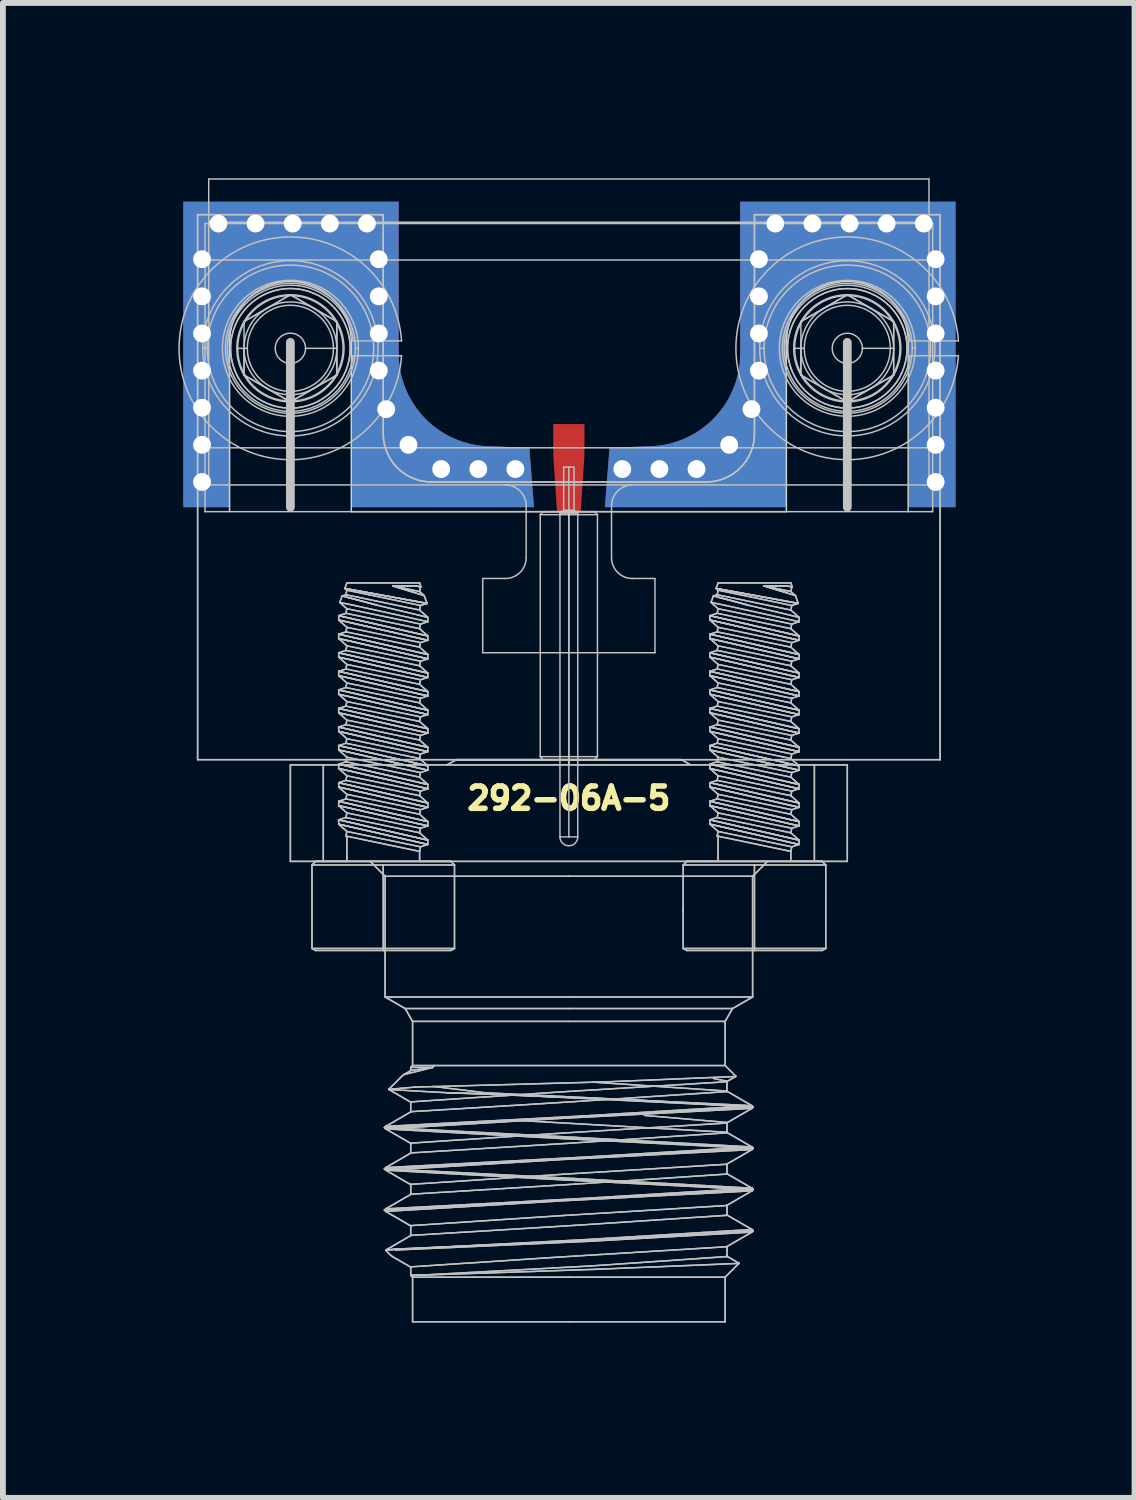
<source format=kicad_pcb>
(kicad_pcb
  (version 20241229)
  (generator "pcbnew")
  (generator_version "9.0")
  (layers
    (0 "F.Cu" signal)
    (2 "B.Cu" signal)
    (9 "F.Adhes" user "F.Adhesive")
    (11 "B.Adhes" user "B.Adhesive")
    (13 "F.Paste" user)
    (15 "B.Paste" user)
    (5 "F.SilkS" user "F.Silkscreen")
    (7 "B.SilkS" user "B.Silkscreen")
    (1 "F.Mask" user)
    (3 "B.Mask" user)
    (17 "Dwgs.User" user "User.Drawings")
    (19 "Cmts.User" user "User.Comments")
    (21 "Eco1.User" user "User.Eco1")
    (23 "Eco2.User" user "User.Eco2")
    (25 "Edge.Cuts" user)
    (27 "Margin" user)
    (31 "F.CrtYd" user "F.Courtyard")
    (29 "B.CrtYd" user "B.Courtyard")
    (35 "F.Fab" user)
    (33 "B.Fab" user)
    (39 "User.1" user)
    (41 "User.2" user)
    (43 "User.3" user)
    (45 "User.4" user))
  (footprint "292-06A-5"
    (layer "F.Cu")
    (at 6.68 5.702)
    (property "Reference" "292-06A-5" (at 0 4.902 180) (layer "F.SilkS") (effects (font (size 0.381 0.381) (thickness 0.095))))
    (attr through_hole)
    (fp_poly (pts (xy 0.98 -1.1) (xy -0.92 -1.1) (xy -0.92 0) (xy 0.98 0)) (stroke (width 0) (type solid)) (fill yes) (layer "F.Mask"))
    (fp_line (start -6.35 -5.08) (end -6.35 4.242) (stroke (width 0.025) (type solid)) (layer "Dwgs.User"))
    (fp_line (start -6.35 -5.08) (end -6.35 4.242) (stroke (width 0.025) (type solid)) (layer "Dwgs.User"))
    (fp_line (start -6.223 -4.928) (end -6.223 0) (stroke (width 0.025) (type solid)) (layer "Dwgs.User"))
    (fp_line (start -6.223 0) (end 6.223 0) (stroke (width 0.025) (type solid)) (layer "Dwgs.User"))
    (fp_line (start -6.187 -2.794) (end -6.261 -2.794) (stroke (width 0.025) (type solid)) (layer "Dwgs.User"))
    (fp_line (start -6.16 -5.69) (end -6.16 -4.951) (stroke (width 0.025) (type solid)) (layer "Dwgs.User"))
    (fp_line (start -6.16 -4.951) (end -6.16 -4.305) (stroke (width 0.025) (type solid)) (layer "Dwgs.User"))
    (fp_line (start -6.16 -4.305) (end -6.16 -1.092) (stroke (width 0.025) (type solid)) (layer "Dwgs.User"))
    (fp_line (start -6.16 -4.305) (end 6.16 -4.305) (stroke (width 0.025) (type solid)) (layer "Dwgs.User"))
    (fp_line (start -6.16 -1.092) (end -6.16 -0.457) (stroke (width 0.025) (type solid)) (layer "Dwgs.User"))
    (fp_line (start -6.16 -1.092) (end 6.16 -1.092) (stroke (width 0.025) (type solid)) (layer "Dwgs.User"))
    (fp_line (start -6.16 -0.457) (end 6.16 -0.457) (stroke (width 0.025) (type solid)) (layer "Dwgs.User"))
    (fp_line (start -5.556 -3.252) (end -5.556 -2.336) (stroke (width 0.025) (type solid)) (layer "Dwgs.User"))
    (fp_line (start -5.556 -3.252) (end -5.159 -3.481) (stroke (width 0.025) (type solid)) (layer "Dwgs.User"))
    (fp_line (start -5.556 -2.336) (end -5.556 -2.794) (stroke (width 0.025) (type solid)) (layer "Dwgs.User"))
    (fp_line (start -5.556 -2.336) (end -4.763 -1.877) (stroke (width 0.025) (type solid)) (layer "Dwgs.User"))
    (fp_line (start -5.499 -2.794) (end -5.664 -2.794) (stroke (width 0.025) (type solid)) (layer "Dwgs.User"))
    (fp_line (start -5.159 -3.481) (end -4.763 -3.711) (stroke (width 0.025) (type solid)) (layer "Dwgs.User"))
    (fp_line (start -5.159 -2.107) (end -5.556 -2.336) (stroke (width 0.025) (type solid)) (layer "Dwgs.User"))
    (fp_line (start -4.763 -3.711) (end -5.556 -3.252) (stroke (width 0.025) (type solid)) (layer "Dwgs.User"))
    (fp_line (start -4.763 -3.711) (end -4.366 -3.481) (stroke (width 0.025) (type solid)) (layer "Dwgs.User"))
    (fp_line (start -4.763 -1.877) (end -5.159 -2.107) (stroke (width 0.025) (type solid)) (layer "Dwgs.User"))
    (fp_line (start -4.763 -1.877) (end -3.969 -2.336) (stroke (width 0.025) (type solid)) (layer "Dwgs.User"))
    (fp_line (start -4.763 -0.076) (end -4.763 -2.896) (stroke (width 0.15) (type solid)) (layer "Dwgs.User"))
    (fp_line (start -4.763 4.331) (end -4.2 4.331) (stroke (width 0.025) (type solid)) (layer "Dwgs.User"))
    (fp_line (start -4.763 4.331) (end -4.2 4.331) (stroke (width 0.025) (type solid)) (layer "Dwgs.User"))
    (fp_line (start -4.763 5.982) (end -4.763 4.331) (stroke (width 0.025) (type solid)) (layer "Dwgs.User"))
    (fp_line (start -4.763 5.982) (end -4.763 4.331) (stroke (width 0.025) (type solid)) (layer "Dwgs.User"))
    (fp_line (start -4.763 5.982) (end -4.2 5.982) (stroke (width 0.025) (type solid)) (layer "Dwgs.User"))
    (fp_line (start -4.763 5.982) (end -4.2 5.982) (stroke (width 0.025) (type solid)) (layer "Dwgs.User"))
    (fp_line (start -4.504 -2.794) (end -3.969 -2.794) (stroke (width 0.025) (type solid)) (layer "Dwgs.User"))
    (fp_line (start -4.394 6.043) (end -4.394 7.471) (stroke (width 0.025) (type solid)) (layer "Dwgs.User"))
    (fp_line (start -4.394 6.043) (end -4.394 7.471) (stroke (width 0.025) (type solid)) (layer "Dwgs.User"))
    (fp_line (start -4.394 6.043) (end -4.333 5.982) (stroke (width 0.025) (type solid)) (layer "Dwgs.User"))
    (fp_line (start -4.394 6.043) (end -4.333 5.982) (stroke (width 0.025) (type solid)) (layer "Dwgs.User"))
    (fp_line (start -4.394 7.471) (end -3.175 7.471) (stroke (width 0.025) (type solid)) (layer "Dwgs.User"))
    (fp_line (start -4.394 7.471) (end -3.175 7.471) (stroke (width 0.025) (type solid)) (layer "Dwgs.User"))
    (fp_line (start -4.366 -3.481) (end -3.969 -3.252) (stroke (width 0.025) (type solid)) (layer "Dwgs.User"))
    (fp_line (start -4.366 -2.107) (end -4.763 -1.877) (stroke (width 0.025) (type solid)) (layer "Dwgs.User"))
    (fp_line (start -4.333 5.982) (end -2.017 5.982) (stroke (width 0.025) (type solid)) (layer "Dwgs.User"))
    (fp_line (start -4.333 5.982) (end -2.017 5.982) (stroke (width 0.025) (type solid)) (layer "Dwgs.User"))
    (fp_line (start -4.333 7.506) (end -4.394 7.471) (stroke (width 0.025) (type solid)) (layer "Dwgs.User"))
    (fp_line (start -4.333 7.506) (end -4.394 7.471) (stroke (width 0.025) (type solid)) (layer "Dwgs.User"))
    (fp_line (start -4.2 4.331) (end 4.2 4.331) (stroke (width 0.025) (type solid)) (layer "Dwgs.User"))
    (fp_line (start -4.2 4.331) (end 4.2 4.331) (stroke (width 0.025) (type solid)) (layer "Dwgs.User"))
    (fp_line (start -4.2 5.982) (end -4.2 4.331) (stroke (width 0.025) (type solid)) (layer "Dwgs.User"))
    (fp_line (start -4.2 5.982) (end -4.2 4.331) (stroke (width 0.025) (type solid)) (layer "Dwgs.User"))
    (fp_line (start -4.2 5.982) (end 4.2 5.982) (stroke (width 0.025) (type solid)) (layer "Dwgs.User"))
    (fp_line (start -4.2 5.982) (end 4.2 5.982) (stroke (width 0.025) (type solid)) (layer "Dwgs.User"))
    (fp_line (start -3.969 -3.252) (end -4.763 -3.711) (stroke (width 0.025) (type solid)) (layer "Dwgs.User"))
    (fp_line (start -3.969 -3.252) (end -3.969 -2.794) (stroke (width 0.025) (type solid)) (layer "Dwgs.User"))
    (fp_line (start -3.969 -2.794) (end -3.969 -2.336) (stroke (width 0.025) (type solid)) (layer "Dwgs.User"))
    (fp_line (start -3.969 -2.336) (end -4.366 -2.107) (stroke (width 0.025) (type solid)) (layer "Dwgs.User"))
    (fp_line (start -3.969 -2.336) (end -3.969 -3.252) (stroke (width 0.025) (type solid)) (layer "Dwgs.User"))
    (fp_line (start -3.937 1.779) (end -3.937 1.853) (stroke (width 0.025) (type solid)) (layer "Dwgs.User"))
    (fp_line (start -3.937 1.779) (end -3.937 1.853) (stroke (width 0.025) (type solid)) (layer "Dwgs.User"))
    (fp_line (start -3.937 1.779) (end -2.413 2.126) (stroke (width 0.025) (type solid)) (layer "Dwgs.User"))
    (fp_line (start -3.937 1.779) (end -2.413 2.126) (stroke (width 0.025) (type solid)) (layer "Dwgs.User"))
    (fp_line (start -3.937 1.853) (end -2.413 2.2) (stroke (width 0.025) (type solid)) (layer "Dwgs.User"))
    (fp_line (start -3.937 1.853) (end -2.413 2.2) (stroke (width 0.025) (type solid)) (layer "Dwgs.User"))
    (fp_line (start -3.937 2.096) (end -3.937 2.17) (stroke (width 0.025) (type solid)) (layer "Dwgs.User"))
    (fp_line (start -3.937 2.096) (end -3.937 2.17) (stroke (width 0.025) (type solid)) (layer "Dwgs.User"))
    (fp_line (start -3.937 2.096) (end -2.413 2.443) (stroke (width 0.025) (type solid)) (layer "Dwgs.User"))
    (fp_line (start -3.937 2.096) (end -2.413 2.443) (stroke (width 0.025) (type solid)) (layer "Dwgs.User"))
    (fp_line (start -3.937 2.17) (end -2.413 2.517) (stroke (width 0.025) (type solid)) (layer "Dwgs.User"))
    (fp_line (start -3.937 2.17) (end -2.413 2.517) (stroke (width 0.025) (type solid)) (layer "Dwgs.User"))
    (fp_line (start -3.937 2.414) (end -3.937 2.488) (stroke (width 0.025) (type solid)) (layer "Dwgs.User"))
    (fp_line (start -3.937 2.414) (end -3.937 2.488) (stroke (width 0.025) (type solid)) (layer "Dwgs.User"))
    (fp_line (start -3.937 2.414) (end -2.413 2.761) (stroke (width 0.025) (type solid)) (layer "Dwgs.User"))
    (fp_line (start -3.937 2.414) (end -2.413 2.761) (stroke (width 0.025) (type solid)) (layer "Dwgs.User"))
    (fp_line (start -3.937 2.488) (end -2.413 2.835) (stroke (width 0.025) (type solid)) (layer "Dwgs.User"))
    (fp_line (start -3.937 2.488) (end -2.413 2.835) (stroke (width 0.025) (type solid)) (layer "Dwgs.User"))
    (fp_line (start -3.937 2.731) (end -3.937 2.805) (stroke (width 0.025) (type solid)) (layer "Dwgs.User"))
    (fp_line (start -3.937 2.731) (end -3.937 2.805) (stroke (width 0.025) (type solid)) (layer "Dwgs.User"))
    (fp_line (start -3.937 2.731) (end -2.413 3.078) (stroke (width 0.025) (type solid)) (layer "Dwgs.User"))
    (fp_line (start -3.937 2.731) (end -2.413 3.078) (stroke (width 0.025) (type solid)) (layer "Dwgs.User"))
    (fp_line (start -3.937 2.805) (end -2.413 3.152) (stroke (width 0.025) (type solid)) (layer "Dwgs.User"))
    (fp_line (start -3.937 2.805) (end -2.413 3.152) (stroke (width 0.025) (type solid)) (layer "Dwgs.User"))
    (fp_line (start -3.937 3.049) (end -3.937 3.123) (stroke (width 0.025) (type solid)) (layer "Dwgs.User"))
    (fp_line (start -3.937 3.049) (end -3.937 3.123) (stroke (width 0.025) (type solid)) (layer "Dwgs.User"))
    (fp_line (start -3.937 3.049) (end -2.413 3.396) (stroke (width 0.025) (type solid)) (layer "Dwgs.User"))
    (fp_line (start -3.937 3.049) (end -2.413 3.396) (stroke (width 0.025) (type solid)) (layer "Dwgs.User"))
    (fp_line (start -3.937 3.123) (end -2.413 3.47) (stroke (width 0.025) (type solid)) (layer "Dwgs.User"))
    (fp_line (start -3.937 3.123) (end -2.413 3.47) (stroke (width 0.025) (type solid)) (layer "Dwgs.User"))
    (fp_line (start -3.937 3.366) (end -3.937 3.44) (stroke (width 0.025) (type solid)) (layer "Dwgs.User"))
    (fp_line (start -3.937 3.366) (end -3.937 3.44) (stroke (width 0.025) (type solid)) (layer "Dwgs.User"))
    (fp_line (start -3.937 3.366) (end -2.413 3.713) (stroke (width 0.025) (type solid)) (layer "Dwgs.User"))
    (fp_line (start -3.937 3.366) (end -2.413 3.713) (stroke (width 0.025) (type solid)) (layer "Dwgs.User"))
    (fp_line (start -3.937 3.44) (end -2.413 3.787) (stroke (width 0.025) (type solid)) (layer "Dwgs.User"))
    (fp_line (start -3.937 3.44) (end -2.413 3.787) (stroke (width 0.025) (type solid)) (layer "Dwgs.User"))
    (fp_line (start -3.937 3.684) (end -3.937 3.758) (stroke (width 0.025) (type solid)) (layer "Dwgs.User"))
    (fp_line (start -3.937 3.684) (end -3.937 3.758) (stroke (width 0.025) (type solid)) (layer "Dwgs.User"))
    (fp_line (start -3.937 3.684) (end -2.413 4.031) (stroke (width 0.025) (type solid)) (layer "Dwgs.User"))
    (fp_line (start -3.937 3.684) (end -2.413 4.031) (stroke (width 0.025) (type solid)) (layer "Dwgs.User"))
    (fp_line (start -3.937 3.758) (end -2.413 4.105) (stroke (width 0.025) (type solid)) (layer "Dwgs.User"))
    (fp_line (start -3.937 3.758) (end -2.413 4.105) (stroke (width 0.025) (type solid)) (layer "Dwgs.User"))
    (fp_line (start -3.937 4.001) (end -3.937 4.075) (stroke (width 0.025) (type solid)) (layer "Dwgs.User"))
    (fp_line (start -3.937 4.001) (end -3.937 4.075) (stroke (width 0.025) (type solid)) (layer "Dwgs.User"))
    (fp_line (start -3.937 4.001) (end -2.413 4.348) (stroke (width 0.025) (type solid)) (layer "Dwgs.User"))
    (fp_line (start -3.937 4.001) (end -2.413 4.348) (stroke (width 0.025) (type solid)) (layer "Dwgs.User"))
    (fp_line (start -3.937 4.075) (end -2.413 4.422) (stroke (width 0.025) (type solid)) (layer "Dwgs.User"))
    (fp_line (start -3.937 4.075) (end -2.413 4.422) (stroke (width 0.025) (type solid)) (layer "Dwgs.User"))
    (fp_line (start -3.937 4.319) (end -3.937 4.393) (stroke (width 0.025) (type solid)) (layer "Dwgs.User"))
    (fp_line (start -3.937 4.319) (end -3.937 4.393) (stroke (width 0.025) (type solid)) (layer "Dwgs.User"))
    (fp_line (start -3.937 4.319) (end -2.413 4.666) (stroke (width 0.025) (type solid)) (layer "Dwgs.User"))
    (fp_line (start -3.937 4.319) (end -2.413 4.666) (stroke (width 0.025) (type solid)) (layer "Dwgs.User"))
    (fp_line (start -3.937 4.393) (end -2.413 4.74) (stroke (width 0.025) (type solid)) (layer "Dwgs.User"))
    (fp_line (start -3.937 4.393) (end -2.413 4.74) (stroke (width 0.025) (type solid)) (layer "Dwgs.User"))
    (fp_line (start -3.937 4.636) (end -3.937 4.71) (stroke (width 0.025) (type solid)) (layer "Dwgs.User"))
    (fp_line (start -3.937 4.636) (end -3.937 4.71) (stroke (width 0.025) (type solid)) (layer "Dwgs.User"))
    (fp_line (start -3.937 4.636) (end -2.413 4.983) (stroke (width 0.025) (type solid)) (layer "Dwgs.User"))
    (fp_line (start -3.937 4.636) (end -2.413 4.983) (stroke (width 0.025) (type solid)) (layer "Dwgs.User"))
    (fp_line (start -3.937 4.71) (end -2.413 5.057) (stroke (width 0.025) (type solid)) (layer "Dwgs.User"))
    (fp_line (start -3.937 4.71) (end -2.413 5.057) (stroke (width 0.025) (type solid)) (layer "Dwgs.User"))
    (fp_line (start -3.937 4.954) (end -3.937 5.028) (stroke (width 0.025) (type solid)) (layer "Dwgs.User"))
    (fp_line (start -3.937 4.954) (end -3.937 5.028) (stroke (width 0.025) (type solid)) (layer "Dwgs.User"))
    (fp_line (start -3.937 4.954) (end -2.413 5.301) (stroke (width 0.025) (type solid)) (layer "Dwgs.User"))
    (fp_line (start -3.937 4.954) (end -2.413 5.301) (stroke (width 0.025) (type solid)) (layer "Dwgs.User"))
    (fp_line (start -3.937 5.028) (end -2.413 5.375) (stroke (width 0.025) (type solid)) (layer "Dwgs.User"))
    (fp_line (start -3.937 5.028) (end -2.413 5.375) (stroke (width 0.025) (type solid)) (layer "Dwgs.User"))
    (fp_line (start -3.937 5.271) (end -3.937 5.345) (stroke (width 0.025) (type solid)) (layer "Dwgs.User"))
    (fp_line (start -3.937 5.271) (end -3.937 5.345) (stroke (width 0.025) (type solid)) (layer "Dwgs.User"))
    (fp_line (start -3.937 5.271) (end -2.413 5.618) (stroke (width 0.025) (type solid)) (layer "Dwgs.User"))
    (fp_line (start -3.937 5.271) (end -2.413 5.618) (stroke (width 0.025) (type solid)) (layer "Dwgs.User"))
    (fp_line (start -3.937 5.345) (end -2.413 5.692) (stroke (width 0.025) (type solid)) (layer "Dwgs.User"))
    (fp_line (start -3.937 5.345) (end -2.413 5.692) (stroke (width 0.025) (type solid)) (layer "Dwgs.User"))
    (fp_line (start -3.878 1.442) (end -3.918 1.552) (stroke (width 0.025) (type solid)) (layer "Dwgs.User"))
    (fp_line (start -3.878 1.442) (end -3.918 1.552) (stroke (width 0.025) (type solid)) (layer "Dwgs.User"))
    (fp_line (start -3.878 1.442) (end -3.264 1.604) (stroke (width 0.025) (type solid)) (layer "Dwgs.User"))
    (fp_line (start -3.878 1.442) (end -3.264 1.604) (stroke (width 0.025) (type solid)) (layer "Dwgs.User"))
    (fp_line (start -3.846 1.759) (end -3.846 1.759) (stroke (width 0.025) (type solid)) (layer "Dwgs.User"))
    (fp_line (start -3.831 1.313) (end -2.426 1.569) (stroke (width 0.025) (type solid)) (layer "Dwgs.User"))
    (fp_line (start -3.831 1.313) (end -2.426 1.569) (stroke (width 0.025) (type solid)) (layer "Dwgs.User"))
    (fp_line (start -3.813 1.421) (end -3.878 1.442) (stroke (width 0.025) (type solid)) (layer "Dwgs.User"))
    (fp_line (start -3.813 1.421) (end -3.878 1.442) (stroke (width 0.025) (type solid)) (layer "Dwgs.User"))
    (fp_line (start -3.813 1.421) (end -3.797 1.343) (stroke (width 0.025) (type solid)) (layer "Dwgs.User"))
    (fp_line (start -3.813 1.421) (end -3.797 1.343) (stroke (width 0.025) (type solid)) (layer "Dwgs.User"))
    (fp_line (start -3.813 1.738) (end -3.937 1.779) (stroke (width 0.025) (type solid)) (layer "Dwgs.User"))
    (fp_line (start -3.813 1.738) (end -3.937 1.779) (stroke (width 0.025) (type solid)) (layer "Dwgs.User"))
    (fp_line (start -3.813 1.738) (end -3.797 1.66) (stroke (width 0.025) (type solid)) (layer "Dwgs.User"))
    (fp_line (start -3.813 1.738) (end -3.797 1.66) (stroke (width 0.025) (type solid)) (layer "Dwgs.User"))
    (fp_line (start -3.813 2.056) (end -3.937 2.096) (stroke (width 0.025) (type solid)) (layer "Dwgs.User"))
    (fp_line (start -3.813 2.056) (end -3.937 2.096) (stroke (width 0.025) (type solid)) (layer "Dwgs.User"))
    (fp_line (start -3.813 2.056) (end -3.797 1.978) (stroke (width 0.025) (type solid)) (layer "Dwgs.User"))
    (fp_line (start -3.813 2.056) (end -3.797 1.978) (stroke (width 0.025) (type solid)) (layer "Dwgs.User"))
    (fp_line (start -3.813 2.373) (end -3.937 2.414) (stroke (width 0.025) (type solid)) (layer "Dwgs.User"))
    (fp_line (start -3.813 2.373) (end -3.937 2.414) (stroke (width 0.025) (type solid)) (layer "Dwgs.User"))
    (fp_line (start -3.813 2.373) (end -3.797 2.295) (stroke (width 0.025) (type solid)) (layer "Dwgs.User"))
    (fp_line (start -3.813 2.373) (end -3.797 2.295) (stroke (width 0.025) (type solid)) (layer "Dwgs.User"))
    (fp_line (start -3.813 2.691) (end -3.937 2.731) (stroke (width 0.025) (type solid)) (layer "Dwgs.User"))
    (fp_line (start -3.813 2.691) (end -3.937 2.731) (stroke (width 0.025) (type solid)) (layer "Dwgs.User"))
    (fp_line (start -3.813 2.691) (end -3.797 2.613) (stroke (width 0.025) (type solid)) (layer "Dwgs.User"))
    (fp_line (start -3.813 2.691) (end -3.797 2.613) (stroke (width 0.025) (type solid)) (layer "Dwgs.User"))
    (fp_line (start -3.813 3.008) (end -3.937 3.049) (stroke (width 0.025) (type solid)) (layer "Dwgs.User"))
    (fp_line (start -3.813 3.008) (end -3.937 3.049) (stroke (width 0.025) (type solid)) (layer "Dwgs.User"))
    (fp_line (start -3.813 3.008) (end -3.797 2.93) (stroke (width 0.025) (type solid)) (layer "Dwgs.User"))
    (fp_line (start -3.813 3.008) (end -3.797 2.93) (stroke (width 0.025) (type solid)) (layer "Dwgs.User"))
    (fp_line (start -3.813 3.326) (end -3.937 3.366) (stroke (width 0.025) (type solid)) (layer "Dwgs.User"))
    (fp_line (start -3.813 3.326) (end -3.937 3.366) (stroke (width 0.025) (type solid)) (layer "Dwgs.User"))
    (fp_line (start -3.813 3.326) (end -3.797 3.248) (stroke (width 0.025) (type solid)) (layer "Dwgs.User"))
    (fp_line (start -3.813 3.326) (end -3.797 3.248) (stroke (width 0.025) (type solid)) (layer "Dwgs.User"))
    (fp_line (start -3.813 3.643) (end -3.937 3.684) (stroke (width 0.025) (type solid)) (layer "Dwgs.User"))
    (fp_line (start -3.813 3.643) (end -3.937 3.684) (stroke (width 0.025) (type solid)) (layer "Dwgs.User"))
    (fp_line (start -3.813 3.643) (end -3.797 3.565) (stroke (width 0.025) (type solid)) (layer "Dwgs.User"))
    (fp_line (start -3.813 3.643) (end -3.797 3.565) (stroke (width 0.025) (type solid)) (layer "Dwgs.User"))
    (fp_line (start -3.813 3.961) (end -3.937 4.001) (stroke (width 0.025) (type solid)) (layer "Dwgs.User"))
    (fp_line (start -3.813 3.961) (end -3.937 4.001) (stroke (width 0.025) (type solid)) (layer "Dwgs.User"))
    (fp_line (start -3.813 3.961) (end -3.797 3.883) (stroke (width 0.025) (type solid)) (layer "Dwgs.User"))
    (fp_line (start -3.813 3.961) (end -3.797 3.883) (stroke (width 0.025) (type solid)) (layer "Dwgs.User"))
    (fp_line (start -3.813 4.278) (end -3.937 4.319) (stroke (width 0.025) (type solid)) (layer "Dwgs.User"))
    (fp_line (start -3.813 4.278) (end -3.937 4.319) (stroke (width 0.025) (type solid)) (layer "Dwgs.User"))
    (fp_line (start -3.813 4.278) (end -3.797 4.2) (stroke (width 0.025) (type solid)) (layer "Dwgs.User"))
    (fp_line (start -3.813 4.278) (end -3.797 4.2) (stroke (width 0.025) (type solid)) (layer "Dwgs.User"))
    (fp_line (start -3.813 4.596) (end -3.937 4.636) (stroke (width 0.025) (type solid)) (layer "Dwgs.User"))
    (fp_line (start -3.813 4.596) (end -3.937 4.636) (stroke (width 0.025) (type solid)) (layer "Dwgs.User"))
    (fp_line (start -3.813 4.596) (end -3.797 4.518) (stroke (width 0.025) (type solid)) (layer "Dwgs.User"))
    (fp_line (start -3.813 4.596) (end -3.797 4.518) (stroke (width 0.025) (type solid)) (layer "Dwgs.User"))
    (fp_line (start -3.813 4.913) (end -3.937 4.954) (stroke (width 0.025) (type solid)) (layer "Dwgs.User"))
    (fp_line (start -3.813 4.913) (end -3.937 4.954) (stroke (width 0.025) (type solid)) (layer "Dwgs.User"))
    (fp_line (start -3.813 4.913) (end -3.797 4.835) (stroke (width 0.025) (type solid)) (layer "Dwgs.User"))
    (fp_line (start -3.813 4.913) (end -3.797 4.835) (stroke (width 0.025) (type solid)) (layer "Dwgs.User"))
    (fp_line (start -3.813 5.231) (end -3.937 5.271) (stroke (width 0.025) (type solid)) (layer "Dwgs.User"))
    (fp_line (start -3.813 5.231) (end -3.937 5.271) (stroke (width 0.025) (type solid)) (layer "Dwgs.User"))
    (fp_line (start -3.813 5.231) (end -3.797 5.153) (stroke (width 0.025) (type solid)) (layer "Dwgs.User"))
    (fp_line (start -3.813 5.231) (end -3.797 5.153) (stroke (width 0.025) (type solid)) (layer "Dwgs.User"))
    (fp_line (start -3.813 5.548) (end -3.797 5.47) (stroke (width 0.025) (type solid)) (layer "Dwgs.User"))
    (fp_line (start -3.813 5.548) (end -3.797 5.47) (stroke (width 0.025) (type solid)) (layer "Dwgs.User"))
    (fp_line (start -3.797 1.219) (end -3.831 1.313) (stroke (width 0.025) (type solid)) (layer "Dwgs.User"))
    (fp_line (start -3.797 1.219) (end -3.831 1.313) (stroke (width 0.025) (type solid)) (layer "Dwgs.User"))
    (fp_line (start -3.797 1.219) (end -2.553 1.219) (stroke (width 0.025) (type solid)) (layer "Dwgs.User"))
    (fp_line (start -3.797 1.219) (end -2.553 1.219) (stroke (width 0.025) (type solid)) (layer "Dwgs.User"))
    (fp_line (start -3.797 1.343) (end -3.831 1.313) (stroke (width 0.025) (type solid)) (layer "Dwgs.User"))
    (fp_line (start -3.797 1.343) (end -3.831 1.313) (stroke (width 0.025) (type solid)) (layer "Dwgs.User"))
    (fp_line (start -3.797 1.343) (end -2.537 1.605) (stroke (width 0.025) (type solid)) (layer "Dwgs.User"))
    (fp_line (start -3.797 1.343) (end -2.537 1.605) (stroke (width 0.025) (type solid)) (layer "Dwgs.User"))
    (fp_line (start -3.797 1.66) (end -3.918 1.552) (stroke (width 0.025) (type solid)) (layer "Dwgs.User"))
    (fp_line (start -3.797 1.66) (end -3.918 1.552) (stroke (width 0.025) (type solid)) (layer "Dwgs.User"))
    (fp_line (start -3.797 1.66) (end -2.537 1.923) (stroke (width 0.025) (type solid)) (layer "Dwgs.User"))
    (fp_line (start -3.797 1.66) (end -2.537 1.923) (stroke (width 0.025) (type solid)) (layer "Dwgs.User"))
    (fp_line (start -3.797 1.978) (end -3.937 1.853) (stroke (width 0.025) (type solid)) (layer "Dwgs.User"))
    (fp_line (start -3.797 1.978) (end -3.937 1.853) (stroke (width 0.025) (type solid)) (layer "Dwgs.User"))
    (fp_line (start -3.797 1.978) (end -2.537 2.24) (stroke (width 0.025) (type solid)) (layer "Dwgs.User"))
    (fp_line (start -3.797 1.978) (end -2.537 2.24) (stroke (width 0.025) (type solid)) (layer "Dwgs.User"))
    (fp_line (start -3.797 2.295) (end -3.937 2.17) (stroke (width 0.025) (type solid)) (layer "Dwgs.User"))
    (fp_line (start -3.797 2.295) (end -3.937 2.17) (stroke (width 0.025) (type solid)) (layer "Dwgs.User"))
    (fp_line (start -3.797 2.295) (end -2.537 2.558) (stroke (width 0.025) (type solid)) (layer "Dwgs.User"))
    (fp_line (start -3.797 2.295) (end -2.537 2.558) (stroke (width 0.025) (type solid)) (layer "Dwgs.User"))
    (fp_line (start -3.797 2.613) (end -3.937 2.488) (stroke (width 0.025) (type solid)) (layer "Dwgs.User"))
    (fp_line (start -3.797 2.613) (end -3.937 2.488) (stroke (width 0.025) (type solid)) (layer "Dwgs.User"))
    (fp_line (start -3.797 2.613) (end -2.537 2.875) (stroke (width 0.025) (type solid)) (layer "Dwgs.User"))
    (fp_line (start -3.797 2.613) (end -2.537 2.875) (stroke (width 0.025) (type solid)) (layer "Dwgs.User"))
    (fp_line (start -3.797 2.93) (end -3.937 2.805) (stroke (width 0.025) (type solid)) (layer "Dwgs.User"))
    (fp_line (start -3.797 2.93) (end -3.937 2.805) (stroke (width 0.025) (type solid)) (layer "Dwgs.User"))
    (fp_line (start -3.797 2.93) (end -2.537 3.193) (stroke (width 0.025) (type solid)) (layer "Dwgs.User"))
    (fp_line (start -3.797 2.93) (end -2.537 3.193) (stroke (width 0.025) (type solid)) (layer "Dwgs.User"))
    (fp_line (start -3.797 3.248) (end -3.937 3.123) (stroke (width 0.025) (type solid)) (layer "Dwgs.User"))
    (fp_line (start -3.797 3.248) (end -3.937 3.123) (stroke (width 0.025) (type solid)) (layer "Dwgs.User"))
    (fp_line (start -3.797 3.248) (end -2.537 3.51) (stroke (width 0.025) (type solid)) (layer "Dwgs.User"))
    (fp_line (start -3.797 3.248) (end -2.537 3.51) (stroke (width 0.025) (type solid)) (layer "Dwgs.User"))
    (fp_line (start -3.797 3.565) (end -3.937 3.44) (stroke (width 0.025) (type solid)) (layer "Dwgs.User"))
    (fp_line (start -3.797 3.565) (end -3.937 3.44) (stroke (width 0.025) (type solid)) (layer "Dwgs.User"))
    (fp_line (start -3.797 3.565) (end -2.537 3.828) (stroke (width 0.025) (type solid)) (layer "Dwgs.User"))
    (fp_line (start -3.797 3.565) (end -2.537 3.828) (stroke (width 0.025) (type solid)) (layer "Dwgs.User"))
    (fp_line (start -3.797 3.883) (end -3.937 3.758) (stroke (width 0.025) (type solid)) (layer "Dwgs.User"))
    (fp_line (start -3.797 3.883) (end -3.937 3.758) (stroke (width 0.025) (type solid)) (layer "Dwgs.User"))
    (fp_line (start -3.797 3.883) (end -2.537 4.145) (stroke (width 0.025) (type solid)) (layer "Dwgs.User"))
    (fp_line (start -3.797 3.883) (end -2.537 4.145) (stroke (width 0.025) (type solid)) (layer "Dwgs.User"))
    (fp_line (start -3.797 4.2) (end -3.937 4.075) (stroke (width 0.025) (type solid)) (layer "Dwgs.User"))
    (fp_line (start -3.797 4.2) (end -3.937 4.075) (stroke (width 0.025) (type solid)) (layer "Dwgs.User"))
    (fp_line (start -3.797 4.2) (end -2.537 4.463) (stroke (width 0.025) (type solid)) (layer "Dwgs.User"))
    (fp_line (start -3.797 4.2) (end -2.537 4.463) (stroke (width 0.025) (type solid)) (layer "Dwgs.User"))
    (fp_line (start -3.797 4.518) (end -3.937 4.393) (stroke (width 0.025) (type solid)) (layer "Dwgs.User"))
    (fp_line (start -3.797 4.518) (end -3.937 4.393) (stroke (width 0.025) (type solid)) (layer "Dwgs.User"))
    (fp_line (start -3.797 4.518) (end -2.537 4.78) (stroke (width 0.025) (type solid)) (layer "Dwgs.User"))
    (fp_line (start -3.797 4.518) (end -2.537 4.78) (stroke (width 0.025) (type solid)) (layer "Dwgs.User"))
    (fp_line (start -3.797 4.835) (end -3.937 4.71) (stroke (width 0.025) (type solid)) (layer "Dwgs.User"))
    (fp_line (start -3.797 4.835) (end -3.937 4.71) (stroke (width 0.025) (type solid)) (layer "Dwgs.User"))
    (fp_line (start -3.797 4.835) (end -2.537 5.098) (stroke (width 0.025) (type solid)) (layer "Dwgs.User"))
    (fp_line (start -3.797 4.835) (end -2.537 5.098) (stroke (width 0.025) (type solid)) (layer "Dwgs.User"))
    (fp_line (start -3.797 5.153) (end -3.937 5.028) (stroke (width 0.025) (type solid)) (layer "Dwgs.User"))
    (fp_line (start -3.797 5.153) (end -3.937 5.028) (stroke (width 0.025) (type solid)) (layer "Dwgs.User"))
    (fp_line (start -3.797 5.153) (end -2.537 5.415) (stroke (width 0.025) (type solid)) (layer "Dwgs.User"))
    (fp_line (start -3.797 5.153) (end -2.537 5.415) (stroke (width 0.025) (type solid)) (layer "Dwgs.User"))
    (fp_line (start -3.797 5.47) (end -3.937 5.345) (stroke (width 0.025) (type solid)) (layer "Dwgs.User"))
    (fp_line (start -3.797 5.47) (end -3.937 5.345) (stroke (width 0.025) (type solid)) (layer "Dwgs.User"))
    (fp_line (start -3.797 5.47) (end -2.537 5.733) (stroke (width 0.025) (type solid)) (layer "Dwgs.User"))
    (fp_line (start -3.797 5.47) (end -2.537 5.733) (stroke (width 0.025) (type solid)) (layer "Dwgs.User"))
    (fp_line (start -3.797 5.982) (end -4.333 5.982) (stroke (width 0.025) (type solid)) (layer "Dwgs.User"))
    (fp_line (start -3.797 5.982) (end -4.333 5.982) (stroke (width 0.025) (type solid)) (layer "Dwgs.User"))
    (fp_line (start -3.797 5.982) (end -3.797 5.551) (stroke (width 0.025) (type solid)) (layer "Dwgs.User"))
    (fp_line (start -3.797 5.982) (end -3.797 5.551) (stroke (width 0.025) (type solid)) (layer "Dwgs.User"))
    (fp_line (start -3.69 -2.667) (end -2.862 -2.667) (stroke (width 0.025) (type solid)) (layer "Dwgs.User"))
    (fp_line (start -3.668 1.604) (end -3.918 1.552) (stroke (width 0.025) (type solid)) (layer "Dwgs.User"))
    (fp_line (start -3.668 1.604) (end -3.918 1.552) (stroke (width 0.025) (type solid)) (layer "Dwgs.User"))
    (fp_line (start -3.668 1.604) (end -2.413 1.882) (stroke (width 0.025) (type solid)) (layer "Dwgs.User"))
    (fp_line (start -3.668 1.604) (end -2.413 1.882) (stroke (width 0.025) (type solid)) (layer "Dwgs.User"))
    (fp_line (start -3.651 -2.794) (end -3.6 -2.794) (stroke (width 0.025) (type solid)) (layer "Dwgs.User"))
    (fp_line (start -3.286 1.597) (end -3.788 1.464) (stroke (width 0.025) (type solid)) (layer "Dwgs.User"))
    (fp_line (start -3.286 1.597) (end -3.788 1.464) (stroke (width 0.025) (type solid)) (layer "Dwgs.User"))
    (fp_line (start -3.175 -5.08) (end -6.35 -5.08) (stroke (width 0.025) (type solid)) (layer "Dwgs.User"))
    (fp_line (start -3.175 -5.08) (end -6.35 -5.08) (stroke (width 0.025) (type solid)) (layer "Dwgs.User"))
    (fp_line (start -3.175 -5.08) (end -3.175 -1.333) (stroke (width 0.025) (type solid)) (layer "Dwgs.User"))
    (fp_line (start -3.175 -5.08) (end -3.175 -1.333) (stroke (width 0.025) (type solid)) (layer "Dwgs.User"))
    (fp_line (start -3.175 6.043) (end -4.394 6.043) (stroke (width 0.025) (type solid)) (layer "Dwgs.User"))
    (fp_line (start -3.175 6.043) (end -4.394 6.043) (stroke (width 0.025) (type solid)) (layer "Dwgs.User"))
    (fp_line (start -3.175 6.043) (end -3.175 7.471) (stroke (width 0.025) (type solid)) (layer "Dwgs.User"))
    (fp_line (start -3.175 6.043) (end -3.175 7.471) (stroke (width 0.025) (type solid)) (layer "Dwgs.User"))
    (fp_line (start -3.175 7.471) (end -1.956 7.471) (stroke (width 0.025) (type solid)) (layer "Dwgs.User"))
    (fp_line (start -3.175 7.471) (end -1.956 7.471) (stroke (width 0.025) (type solid)) (layer "Dwgs.User"))
    (fp_line (start -3.175 7.506) (end -4.333 7.506) (stroke (width 0.025) (type solid)) (layer "Dwgs.User"))
    (fp_line (start -3.175 7.506) (end -4.333 7.506) (stroke (width 0.025) (type solid)) (layer "Dwgs.User"))
    (fp_line (start -3.175 7.506) (end -3.175 7.471) (stroke (width 0.025) (type solid)) (layer "Dwgs.User"))
    (fp_line (start -3.175 7.506) (end -3.175 7.471) (stroke (width 0.025) (type solid)) (layer "Dwgs.User"))
    (fp_line (start -3.153 10.533) (end 0 10.36) (stroke (width 0.025) (type solid)) (layer "Dwgs.User"))
    (fp_line (start -3.153 10.533) (end 0 10.36) (stroke (width 0.025) (type solid)) (layer "Dwgs.User"))
    (fp_line (start -3.153 10.539) (end -3.153 10.533) (stroke (width 0.025) (type solid)) (layer "Dwgs.User"))
    (fp_line (start -3.153 10.539) (end -3.153 10.533) (stroke (width 0.025) (type solid)) (layer "Dwgs.User"))
    (fp_line (start -3.153 10.539) (end -3.132 10.558) (stroke (width 0.025) (type solid)) (layer "Dwgs.User"))
    (fp_line (start -3.153 10.539) (end -3.132 10.558) (stroke (width 0.025) (type solid)) (layer "Dwgs.User"))
    (fp_line (start -3.153 11.239) (end 0 11.065) (stroke (width 0.025) (type solid)) (layer "Dwgs.User"))
    (fp_line (start -3.153 11.239) (end 0 11.065) (stroke (width 0.025) (type solid)) (layer "Dwgs.User"))
    (fp_line (start -3.153 11.245) (end -3.153 11.239) (stroke (width 0.025) (type solid)) (layer "Dwgs.User"))
    (fp_line (start -3.153 11.245) (end -3.153 11.239) (stroke (width 0.025) (type solid)) (layer "Dwgs.User"))
    (fp_line (start -3.153 11.245) (end -3.132 11.264) (stroke (width 0.025) (type solid)) (layer "Dwgs.User"))
    (fp_line (start -3.153 11.245) (end -3.132 11.264) (stroke (width 0.025) (type solid)) (layer "Dwgs.User"))
    (fp_line (start -3.153 11.944) (end 0 11.771) (stroke (width 0.025) (type solid)) (layer "Dwgs.User"))
    (fp_line (start -3.153 11.944) (end 0 11.771) (stroke (width 0.025) (type solid)) (layer "Dwgs.User"))
    (fp_line (start -3.153 11.95) (end -3.153 11.944) (stroke (width 0.025) (type solid)) (layer "Dwgs.User"))
    (fp_line (start -3.153 11.95) (end -3.153 11.944) (stroke (width 0.025) (type solid)) (layer "Dwgs.User"))
    (fp_line (start -3.153 11.95) (end -3.132 11.969) (stroke (width 0.025) (type solid)) (layer "Dwgs.User"))
    (fp_line (start -3.153 11.95) (end -3.132 11.969) (stroke (width 0.025) (type solid)) (layer "Dwgs.User"))
    (fp_line (start -3.143 6.236) (end -3.397 5.982) (stroke (width 0.025) (type solid)) (layer "Dwgs.User"))
    (fp_line (start -3.143 6.236) (end -3.397 5.982) (stroke (width 0.025) (type solid)) (layer "Dwgs.User"))
    (fp_line (start -3.143 6.236) (end 0 6.236) (stroke (width 0.025) (type solid)) (layer "Dwgs.User"))
    (fp_line (start -3.143 6.236) (end 0 6.236) (stroke (width 0.025) (type solid)) (layer "Dwgs.User"))
    (fp_line (start -3.143 8.301) (end -3.143 6.236) (stroke (width 0.025) (type solid)) (layer "Dwgs.User"))
    (fp_line (start -3.143 8.301) (end -3.143 6.236) (stroke (width 0.025) (type solid)) (layer "Dwgs.User"))
    (fp_line (start -3.143 8.301) (end 0 8.301) (stroke (width 0.025) (type solid)) (layer "Dwgs.User"))
    (fp_line (start -3.143 8.301) (end 0 8.301) (stroke (width 0.025) (type solid)) (layer "Dwgs.User"))
    (fp_line (start -3.132 10.514) (end -3.153 10.533) (stroke (width 0.025) (type solid)) (layer "Dwgs.User"))
    (fp_line (start -3.132 10.514) (end -3.153 10.533) (stroke (width 0.025) (type solid)) (layer "Dwgs.User"))
    (fp_line (start -3.132 10.514) (end 0.191 10.339) (stroke (width 0.025) (type solid)) (layer "Dwgs.User"))
    (fp_line (start -3.132 10.514) (end 0.191 10.339) (stroke (width 0.025) (type solid)) (layer "Dwgs.User"))
    (fp_line (start -3.132 10.558) (end -2.698 10.809) (stroke (width 0.025) (type solid)) (layer "Dwgs.User"))
    (fp_line (start -3.132 10.558) (end -2.698 10.809) (stroke (width 0.025) (type solid)) (layer "Dwgs.User"))
    (fp_line (start -3.132 10.558) (end -0.191 10.381) (stroke (width 0.025) (type solid)) (layer "Dwgs.User"))
    (fp_line (start -3.132 10.558) (end -0.191 10.381) (stroke (width 0.025) (type solid)) (layer "Dwgs.User"))
    (fp_line (start -3.132 11.219) (end -3.153 11.239) (stroke (width 0.025) (type solid)) (layer "Dwgs.User"))
    (fp_line (start -3.132 11.219) (end -3.153 11.239) (stroke (width 0.025) (type solid)) (layer "Dwgs.User"))
    (fp_line (start -3.132 11.219) (end 0.191 11.044) (stroke (width 0.025) (type solid)) (layer "Dwgs.User"))
    (fp_line (start -3.132 11.219) (end 0.191 11.044) (stroke (width 0.025) (type solid)) (layer "Dwgs.User"))
    (fp_line (start -3.132 11.264) (end -2.698 11.515) (stroke (width 0.025) (type solid)) (layer "Dwgs.User"))
    (fp_line (start -3.132 11.264) (end -2.698 11.515) (stroke (width 0.025) (type solid)) (layer "Dwgs.User"))
    (fp_line (start -3.132 11.264) (end -0.191 11.086) (stroke (width 0.025) (type solid)) (layer "Dwgs.User"))
    (fp_line (start -3.132 11.264) (end -0.191 11.086) (stroke (width 0.025) (type solid)) (layer "Dwgs.User"))
    (fp_line (start -3.132 11.925) (end -3.153 11.944) (stroke (width 0.025) (type solid)) (layer "Dwgs.User"))
    (fp_line (start -3.132 11.925) (end -3.153 11.944) (stroke (width 0.025) (type solid)) (layer "Dwgs.User"))
    (fp_line (start -3.132 11.925) (end 0.191 11.75) (stroke (width 0.025) (type solid)) (layer "Dwgs.User"))
    (fp_line (start -3.132 11.925) (end 0.191 11.75) (stroke (width 0.025) (type solid)) (layer "Dwgs.User"))
    (fp_line (start -3.132 11.969) (end -2.698 12.221) (stroke (width 0.025) (type solid)) (layer "Dwgs.User"))
    (fp_line (start -3.132 11.969) (end -2.698 12.221) (stroke (width 0.025) (type solid)) (layer "Dwgs.User"))
    (fp_line (start -3.132 11.969) (end -0.191 11.792) (stroke (width 0.025) (type solid)) (layer "Dwgs.User"))
    (fp_line (start -3.132 11.969) (end -0.191 11.792) (stroke (width 0.025) (type solid)) (layer "Dwgs.User"))
    (fp_line (start -3.131 12.63) (end -3.132 12.635) (stroke (width 0.025) (type solid)) (layer "Dwgs.User"))
    (fp_line (start -3.131 12.63) (end -3.132 12.635) (stroke (width 0.025) (type solid)) (layer "Dwgs.User"))
    (fp_line (start -3.129 12.629) (end -3.131 12.63) (stroke (width 0.025) (type solid)) (layer "Dwgs.User"))
    (fp_line (start -3.129 12.629) (end -3.131 12.63) (stroke (width 0.025) (type solid)) (layer "Dwgs.User"))
    (fp_line (start -3.129 12.629) (end 0.21 12.455) (stroke (width 0.025) (type solid)) (layer "Dwgs.User"))
    (fp_line (start -3.129 12.629) (end 0.21 12.455) (stroke (width 0.025) (type solid)) (layer "Dwgs.User"))
    (fp_line (start -3.079 9.88) (end -2.619 9.842) (stroke (width 0.025) (type solid)) (layer "Dwgs.User"))
    (fp_line (start -3.079 9.88) (end -2.619 9.842) (stroke (width 0.025) (type solid)) (layer "Dwgs.User"))
    (fp_line (start -3.077 9.884) (end -3.079 9.88) (stroke (width 0.025) (type solid)) (layer "Dwgs.User"))
    (fp_line (start -3.077 9.884) (end -3.079 9.88) (stroke (width 0.025) (type solid)) (layer "Dwgs.User"))
    (fp_line (start -3.077 9.884) (end -2.698 10.104) (stroke (width 0.025) (type solid)) (layer "Dwgs.User"))
    (fp_line (start -3.077 9.884) (end -2.698 10.104) (stroke (width 0.025) (type solid)) (layer "Dwgs.User"))
    (fp_line (start -3.047 12.72) (end -3.132 12.635) (stroke (width 0.025) (type solid)) (layer "Dwgs.User"))
    (fp_line (start -3.047 12.72) (end -3.132 12.635) (stroke (width 0.025) (type solid)) (layer "Dwgs.User"))
    (fp_line (start -3.022 12.739) (end -2.698 12.926) (stroke (width 0.025) (type solid)) (layer "Dwgs.User"))
    (fp_line (start -3.022 12.739) (end -2.698 12.926) (stroke (width 0.025) (type solid)) (layer "Dwgs.User"))
    (fp_line (start -3.022 12.739) (end -3.047 12.72) (stroke (width 0.025) (type solid)) (layer "Dwgs.User"))
    (fp_line (start -3.022 12.739) (end -3.047 12.72) (stroke (width 0.025) (type solid)) (layer "Dwgs.User"))
    (fp_line (start -3.012 1.27) (end -2.622 1.27) (stroke (width 0.025) (type solid)) (layer "Dwgs.User"))
    (fp_line (start -3.012 1.27) (end -2.622 1.27) (stroke (width 0.025) (type solid)) (layer "Dwgs.User"))
    (fp_line (start -3.012 1.27) (end -2.474 1.436) (stroke (width 0.025) (type solid)) (layer "Dwgs.User"))
    (fp_line (start -3.012 1.27) (end -2.474 1.436) (stroke (width 0.025) (type solid)) (layer "Dwgs.User"))
    (fp_line (start -2.967 12.613) (end -3.129 12.629) (stroke (width 0.025) (type solid)) (layer "Dwgs.User"))
    (fp_line (start -2.967 12.613) (end -3.129 12.629) (stroke (width 0.025) (type solid)) (layer "Dwgs.User"))
    (fp_line (start -2.967 12.613) (end 0.483 12.46) (stroke (width 0.025) (type solid)) (layer "Dwgs.User"))
    (fp_line (start -2.967 12.613) (end 0.483 12.46) (stroke (width 0.025) (type solid)) (layer "Dwgs.User"))
    (fp_line (start -2.965 12.629) (end -2.967 12.613) (stroke (width 0.025) (type solid)) (layer "Dwgs.User"))
    (fp_line (start -2.965 12.629) (end -2.967 12.613) (stroke (width 0.025) (type solid)) (layer "Dwgs.User"))
    (fp_line (start -2.965 12.629) (end 0.403 12.477) (stroke (width 0.025) (type solid)) (layer "Dwgs.User"))
    (fp_line (start -2.965 12.629) (end 0.403 12.477) (stroke (width 0.025) (type solid)) (layer "Dwgs.User"))
    (fp_line (start -2.862 -2.921) (end -3.69 -2.921) (stroke (width 0.025) (type solid)) (layer "Dwgs.User"))
    (fp_line (start -2.847 9.648) (end -3.079 9.88) (stroke (width 0.025) (type solid)) (layer "Dwgs.User"))
    (fp_line (start -2.847 9.648) (end -3.079 9.88) (stroke (width 0.025) (type solid)) (layer "Dwgs.User"))
    (fp_line (start -2.82 9.628) (end -2.847 9.648) (stroke (width 0.025) (type solid)) (layer "Dwgs.User"))
    (fp_line (start -2.82 9.628) (end -2.847 9.648) (stroke (width 0.025) (type solid)) (layer "Dwgs.User"))
    (fp_line (start -2.8 8.499) (end -3.143 8.301) (stroke (width 0.025) (type solid)) (layer "Dwgs.User"))
    (fp_line (start -2.8 8.499) (end -3.143 8.301) (stroke (width 0.025) (type solid)) (layer "Dwgs.User"))
    (fp_line (start -2.8 8.499) (end -2.673 8.719) (stroke (width 0.025) (type solid)) (layer "Dwgs.User"))
    (fp_line (start -2.8 8.499) (end -2.673 8.719) (stroke (width 0.025) (type solid)) (layer "Dwgs.User"))
    (fp_line (start -2.705 9.506) (end -2.705 9.562) (stroke (width 0.025) (type solid)) (layer "Dwgs.User"))
    (fp_line (start -2.705 9.506) (end -2.705 9.562) (stroke (width 0.025) (type solid)) (layer "Dwgs.User"))
    (fp_line (start -2.705 10.095) (end -0.095 9.922) (stroke (width 0.025) (type solid)) (layer "Dwgs.User"))
    (fp_line (start -2.705 10.095) (end -0.095 9.922) (stroke (width 0.025) (type solid)) (layer "Dwgs.User"))
    (fp_line (start -2.705 10.095) (end -2.705 10.267) (stroke (width 0.025) (type solid)) (layer "Dwgs.User"))
    (fp_line (start -2.705 10.095) (end -2.705 10.267) (stroke (width 0.025) (type solid)) (layer "Dwgs.User"))
    (fp_line (start -2.705 10.801) (end -0.095 10.628) (stroke (width 0.025) (type solid)) (layer "Dwgs.User"))
    (fp_line (start -2.705 10.801) (end -0.095 10.628) (stroke (width 0.025) (type solid)) (layer "Dwgs.User"))
    (fp_line (start -2.705 10.801) (end -2.705 10.973) (stroke (width 0.025) (type solid)) (layer "Dwgs.User"))
    (fp_line (start -2.705 10.801) (end -2.705 10.973) (stroke (width 0.025) (type solid)) (layer "Dwgs.User"))
    (fp_line (start -2.705 11.506) (end -2.705 11.678) (stroke (width 0.025) (type solid)) (layer "Dwgs.User"))
    (fp_line (start -2.705 11.506) (end -2.705 11.678) (stroke (width 0.025) (type solid)) (layer "Dwgs.User"))
    (fp_line (start -2.705 11.506) (end -0.095 11.333) (stroke (width 0.025) (type solid)) (layer "Dwgs.User"))
    (fp_line (start -2.705 11.506) (end -0.095 11.333) (stroke (width 0.025) (type solid)) (layer "Dwgs.User"))
    (fp_line (start -2.705 12.212) (end -2.705 12.384) (stroke (width 0.025) (type solid)) (layer "Dwgs.User"))
    (fp_line (start -2.705 12.212) (end -2.705 12.384) (stroke (width 0.025) (type solid)) (layer "Dwgs.User"))
    (fp_line (start -2.705 12.212) (end -0.095 12.039) (stroke (width 0.025) (type solid)) (layer "Dwgs.User"))
    (fp_line (start -2.705 12.212) (end -0.095 12.039) (stroke (width 0.025) (type solid)) (layer "Dwgs.User"))
    (fp_line (start -2.705 12.917) (end -2.705 13.062) (stroke (width 0.025) (type solid)) (layer "Dwgs.User"))
    (fp_line (start -2.705 12.917) (end -2.705 13.062) (stroke (width 0.025) (type solid)) (layer "Dwgs.User"))
    (fp_line (start -2.705 12.917) (end -0.095 12.745) (stroke (width 0.025) (type solid)) (layer "Dwgs.User"))
    (fp_line (start -2.705 12.917) (end -0.095 12.745) (stroke (width 0.025) (type solid)) (layer "Dwgs.User"))
    (fp_line (start -2.705 13.062) (end -2.604 13.062) (stroke (width 0.025) (type solid)) (layer "Dwgs.User"))
    (fp_line (start -2.705 13.062) (end -2.604 13.062) (stroke (width 0.025) (type solid)) (layer "Dwgs.User"))
    (fp_line (start -2.698 9.557) (end -2.82 9.628) (stroke (width 0.025) (type solid)) (layer "Dwgs.User"))
    (fp_line (start -2.698 9.557) (end -2.82 9.628) (stroke (width 0.025) (type solid)) (layer "Dwgs.User"))
    (fp_line (start -2.698 9.557) (end -2.33 9.506) (stroke (width 0.025) (type solid)) (layer "Dwgs.User"))
    (fp_line (start -2.698 9.557) (end -2.33 9.506) (stroke (width 0.025) (type solid)) (layer "Dwgs.User"))
    (fp_line (start -2.698 10.104) (end -2.705 10.095) (stroke (width 0.025) (type solid)) (layer "Dwgs.User"))
    (fp_line (start -2.698 10.104) (end -2.705 10.095) (stroke (width 0.025) (type solid)) (layer "Dwgs.User"))
    (fp_line (start -2.698 10.263) (end -3.132 10.514) (stroke (width 0.025) (type solid)) (layer "Dwgs.User"))
    (fp_line (start -2.698 10.263) (end -3.132 10.514) (stroke (width 0.025) (type solid)) (layer "Dwgs.User"))
    (fp_line (start -2.698 10.263) (end 0.095 10.091) (stroke (width 0.025) (type solid)) (layer "Dwgs.User"))
    (fp_line (start -2.698 10.263) (end 0.095 10.091) (stroke (width 0.025) (type solid)) (layer "Dwgs.User"))
    (fp_line (start -2.698 10.809) (end -2.705 10.801) (stroke (width 0.025) (type solid)) (layer "Dwgs.User"))
    (fp_line (start -2.698 10.809) (end -2.705 10.801) (stroke (width 0.025) (type solid)) (layer "Dwgs.User"))
    (fp_line (start -2.698 10.968) (end -3.132 11.219) (stroke (width 0.025) (type solid)) (layer "Dwgs.User"))
    (fp_line (start -2.698 10.968) (end -3.132 11.219) (stroke (width 0.025) (type solid)) (layer "Dwgs.User"))
    (fp_line (start -2.698 10.968) (end 0.095 10.797) (stroke (width 0.025) (type solid)) (layer "Dwgs.User"))
    (fp_line (start -2.698 10.968) (end 0.095 10.797) (stroke (width 0.025) (type solid)) (layer "Dwgs.User"))
    (fp_line (start -2.698 11.515) (end -2.705 11.506) (stroke (width 0.025) (type solid)) (layer "Dwgs.User"))
    (fp_line (start -2.698 11.515) (end -2.705 11.506) (stroke (width 0.025) (type solid)) (layer "Dwgs.User"))
    (fp_line (start -2.698 11.674) (end -3.132 11.925) (stroke (width 0.025) (type solid)) (layer "Dwgs.User"))
    (fp_line (start -2.698 11.674) (end -3.132 11.925) (stroke (width 0.025) (type solid)) (layer "Dwgs.User"))
    (fp_line (start -2.698 11.674) (end 0.095 11.503) (stroke (width 0.025) (type solid)) (layer "Dwgs.User"))
    (fp_line (start -2.698 11.674) (end 0.095 11.503) (stroke (width 0.025) (type solid)) (layer "Dwgs.User"))
    (fp_line (start -2.698 12.221) (end -2.705 12.212) (stroke (width 0.025) (type solid)) (layer "Dwgs.User"))
    (fp_line (start -2.698 12.221) (end -2.705 12.212) (stroke (width 0.025) (type solid)) (layer "Dwgs.User"))
    (fp_line (start -2.698 12.379) (end -3.131 12.63) (stroke (width 0.025) (type solid)) (layer "Dwgs.User"))
    (fp_line (start -2.698 12.379) (end -3.131 12.63) (stroke (width 0.025) (type solid)) (layer "Dwgs.User"))
    (fp_line (start -2.698 12.379) (end 0.095 12.208) (stroke (width 0.025) (type solid)) (layer "Dwgs.User"))
    (fp_line (start -2.698 12.379) (end 0.095 12.208) (stroke (width 0.025) (type solid)) (layer "Dwgs.User"))
    (fp_line (start -2.698 12.926) (end -2.705 12.917) (stroke (width 0.025) (type solid)) (layer "Dwgs.User"))
    (fp_line (start -2.698 12.926) (end -2.705 12.917) (stroke (width 0.025) (type solid)) (layer "Dwgs.User"))
    (fp_line (start -2.673 8.719) (end -2.673 9.474) (stroke (width 0.025) (type solid)) (layer "Dwgs.User"))
    (fp_line (start -2.673 8.719) (end -2.673 9.474) (stroke (width 0.025) (type solid)) (layer "Dwgs.User"))
    (fp_line (start -2.673 8.719) (end 0 8.719) (stroke (width 0.025) (type solid)) (layer "Dwgs.User"))
    (fp_line (start -2.673 8.719) (end 0 8.719) (stroke (width 0.025) (type solid)) (layer "Dwgs.User"))
    (fp_line (start -2.673 9.474) (end -2.705 9.506) (stroke (width 0.025) (type solid)) (layer "Dwgs.User"))
    (fp_line (start -2.673 9.474) (end -2.705 9.506) (stroke (width 0.025) (type solid)) (layer "Dwgs.User"))
    (fp_line (start -2.673 9.474) (end -2.302 9.474) (stroke (width 0.025) (type solid)) (layer "Dwgs.User"))
    (fp_line (start -2.673 9.474) (end -2.302 9.474) (stroke (width 0.025) (type solid)) (layer "Dwgs.User"))
    (fp_line (start -2.673 13.094) (end -2.705 13.062) (stroke (width 0.025) (type solid)) (layer "Dwgs.User"))
    (fp_line (start -2.673 13.094) (end -2.705 13.062) (stroke (width 0.025) (type solid)) (layer "Dwgs.User"))
    (fp_line (start -2.673 13.094) (end -2.673 13.856) (stroke (width 0.025) (type solid)) (layer "Dwgs.User"))
    (fp_line (start -2.673 13.094) (end -2.673 13.856) (stroke (width 0.025) (type solid)) (layer "Dwgs.User"))
    (fp_line (start -2.673 13.094) (end 0 13.094) (stroke (width 0.025) (type solid)) (layer "Dwgs.User"))
    (fp_line (start -2.673 13.094) (end 0 13.094) (stroke (width 0.025) (type solid)) (layer "Dwgs.User"))
    (fp_line (start -2.673 13.856) (end 0 13.856) (stroke (width 0.025) (type solid)) (layer "Dwgs.User"))
    (fp_line (start -2.673 13.856) (end 0 13.856) (stroke (width 0.025) (type solid)) (layer "Dwgs.User"))
    (fp_line (start -2.632 1.385) (end -3.012 1.27) (stroke (width 0.025) (type solid)) (layer "Dwgs.User"))
    (fp_line (start -2.632 1.385) (end -3.012 1.27) (stroke (width 0.025) (type solid)) (layer "Dwgs.User"))
    (fp_line (start -2.622 1.27) (end -3.012 1.27) (stroke (width 0.025) (type solid)) (layer "Dwgs.User"))
    (fp_line (start -2.622 1.27) (end -3.012 1.27) (stroke (width 0.025) (type solid)) (layer "Dwgs.User"))
    (fp_line (start -2.622 1.27) (end -2.536 1.286) (stroke (width 0.025) (type solid)) (layer "Dwgs.User"))
    (fp_line (start -2.622 1.27) (end -2.536 1.286) (stroke (width 0.025) (type solid)) (layer "Dwgs.User"))
    (fp_line (start -2.619 9.842) (end 0.619 9.753) (stroke (width 0.025) (type solid)) (layer "Dwgs.User"))
    (fp_line (start -2.619 9.842) (end 0.619 9.753) (stroke (width 0.025) (type solid)) (layer "Dwgs.User"))
    (fp_line (start -2.604 13.062) (end -2.705 13.062) (stroke (width 0.025) (type solid)) (layer "Dwgs.User"))
    (fp_line (start -2.604 13.062) (end -2.705 13.062) (stroke (width 0.025) (type solid)) (layer "Dwgs.User"))
    (fp_line (start -2.604 13.062) (end 0.354 12.903) (stroke (width 0.025) (type solid)) (layer "Dwgs.User"))
    (fp_line (start -2.604 13.062) (end 0.354 12.903) (stroke (width 0.025) (type solid)) (layer "Dwgs.User"))
    (fp_line (start -2.553 1.219) (end -2.53 1.283) (stroke (width 0.025) (type solid)) (layer "Dwgs.User"))
    (fp_line (start -2.553 1.219) (end -2.53 1.283) (stroke (width 0.025) (type solid)) (layer "Dwgs.User"))
    (fp_line (start -2.553 1.366) (end -3.012 1.27) (stroke (width 0.025) (type solid)) (layer "Dwgs.User"))
    (fp_line (start -2.553 1.366) (end -3.012 1.27) (stroke (width 0.025) (type solid)) (layer "Dwgs.User"))
    (fp_line (start -2.553 1.366) (end -2.536 1.286) (stroke (width 0.025) (type solid)) (layer "Dwgs.User"))
    (fp_line (start -2.553 1.366) (end -2.536 1.286) (stroke (width 0.025) (type solid)) (layer "Dwgs.User"))
    (fp_line (start -2.553 1.366) (end -2.474 1.436) (stroke (width 0.025) (type solid)) (layer "Dwgs.User"))
    (fp_line (start -2.553 1.366) (end -2.474 1.436) (stroke (width 0.025) (type solid)) (layer "Dwgs.User"))
    (fp_line (start -2.553 1.683) (end -3.813 1.421) (stroke (width 0.025) (type solid)) (layer "Dwgs.User"))
    (fp_line (start -2.553 1.683) (end -3.813 1.421) (stroke (width 0.025) (type solid)) (layer "Dwgs.User"))
    (fp_line (start -2.553 1.683) (end -2.537 1.605) (stroke (width 0.025) (type solid)) (layer "Dwgs.User"))
    (fp_line (start -2.553 1.683) (end -2.537 1.605) (stroke (width 0.025) (type solid)) (layer "Dwgs.User"))
    (fp_line (start -2.553 1.683) (end -2.413 1.808) (stroke (width 0.025) (type solid)) (layer "Dwgs.User"))
    (fp_line (start -2.553 1.683) (end -2.413 1.808) (stroke (width 0.025) (type solid)) (layer "Dwgs.User"))
    (fp_line (start -2.553 2.001) (end -3.813 1.738) (stroke (width 0.025) (type solid)) (layer "Dwgs.User"))
    (fp_line (start -2.553 2.001) (end -3.813 1.738) (stroke (width 0.025) (type solid)) (layer "Dwgs.User"))
    (fp_line (start -2.553 2.001) (end -2.537 1.923) (stroke (width 0.025) (type solid)) (layer "Dwgs.User"))
    (fp_line (start -2.553 2.001) (end -2.537 1.923) (stroke (width 0.025) (type solid)) (layer "Dwgs.User"))
    (fp_line (start -2.553 2.001) (end -2.413 2.126) (stroke (width 0.025) (type solid)) (layer "Dwgs.User"))
    (fp_line (start -2.553 2.001) (end -2.413 2.126) (stroke (width 0.025) (type solid)) (layer "Dwgs.User"))
    (fp_line (start -2.553 2.318) (end -3.813 2.056) (stroke (width 0.025) (type solid)) (layer "Dwgs.User"))
    (fp_line (start -2.553 2.318) (end -3.813 2.056) (stroke (width 0.025) (type solid)) (layer "Dwgs.User"))
    (fp_line (start -2.553 2.318) (end -2.537 2.24) (stroke (width 0.025) (type solid)) (layer "Dwgs.User"))
    (fp_line (start -2.553 2.318) (end -2.537 2.24) (stroke (width 0.025) (type solid)) (layer "Dwgs.User"))
    (fp_line (start -2.553 2.318) (end -2.413 2.443) (stroke (width 0.025) (type solid)) (layer "Dwgs.User"))
    (fp_line (start -2.553 2.318) (end -2.413 2.443) (stroke (width 0.025) (type solid)) (layer "Dwgs.User"))
    (fp_line (start -2.553 2.636) (end -3.813 2.373) (stroke (width 0.025) (type solid)) (layer "Dwgs.User"))
    (fp_line (start -2.553 2.636) (end -3.813 2.373) (stroke (width 0.025) (type solid)) (layer "Dwgs.User"))
    (fp_line (start -2.553 2.636) (end -2.537 2.558) (stroke (width 0.025) (type solid)) (layer "Dwgs.User"))
    (fp_line (start -2.553 2.636) (end -2.537 2.558) (stroke (width 0.025) (type solid)) (layer "Dwgs.User"))
    (fp_line (start -2.553 2.636) (end -2.413 2.761) (stroke (width 0.025) (type solid)) (layer "Dwgs.User"))
    (fp_line (start -2.553 2.636) (end -2.413 2.761) (stroke (width 0.025) (type solid)) (layer "Dwgs.User"))
    (fp_line (start -2.553 2.953) (end -3.813 2.691) (stroke (width 0.025) (type solid)) (layer "Dwgs.User"))
    (fp_line (start -2.553 2.953) (end -3.813 2.691) (stroke (width 0.025) (type solid)) (layer "Dwgs.User"))
    (fp_line (start -2.553 2.953) (end -2.537 2.875) (stroke (width 0.025) (type solid)) (layer "Dwgs.User"))
    (fp_line (start -2.553 2.953) (end -2.537 2.875) (stroke (width 0.025) (type solid)) (layer "Dwgs.User"))
    (fp_line (start -2.553 2.953) (end -2.413 3.078) (stroke (width 0.025) (type solid)) (layer "Dwgs.User"))
    (fp_line (start -2.553 2.953) (end -2.413 3.078) (stroke (width 0.025) (type solid)) (layer "Dwgs.User"))
    (fp_line (start -2.553 3.271) (end -3.813 3.008) (stroke (width 0.025) (type solid)) (layer "Dwgs.User"))
    (fp_line (start -2.553 3.271) (end -3.813 3.008) (stroke (width 0.025) (type solid)) (layer "Dwgs.User"))
    (fp_line (start -2.553 3.271) (end -2.537 3.193) (stroke (width 0.025) (type solid)) (layer "Dwgs.User"))
    (fp_line (start -2.553 3.271) (end -2.537 3.193) (stroke (width 0.025) (type solid)) (layer "Dwgs.User"))
    (fp_line (start -2.553 3.271) (end -2.413 3.396) (stroke (width 0.025) (type solid)) (layer "Dwgs.User"))
    (fp_line (start -2.553 3.271) (end -2.413 3.396) (stroke (width 0.025) (type solid)) (layer "Dwgs.User"))
    (fp_line (start -2.553 3.588) (end -3.813 3.326) (stroke (width 0.025) (type solid)) (layer "Dwgs.User"))
    (fp_line (start -2.553 3.588) (end -3.813 3.326) (stroke (width 0.025) (type solid)) (layer "Dwgs.User"))
    (fp_line (start -2.553 3.588) (end -2.537 3.51) (stroke (width 0.025) (type solid)) (layer "Dwgs.User"))
    (fp_line (start -2.553 3.588) (end -2.537 3.51) (stroke (width 0.025) (type solid)) (layer "Dwgs.User"))
    (fp_line (start -2.553 3.588) (end -2.413 3.713) (stroke (width 0.025) (type solid)) (layer "Dwgs.User"))
    (fp_line (start -2.553 3.588) (end -2.413 3.713) (stroke (width 0.025) (type solid)) (layer "Dwgs.User"))
    (fp_line (start -2.553 3.906) (end -3.813 3.643) (stroke (width 0.025) (type solid)) (layer "Dwgs.User"))
    (fp_line (start -2.553 3.906) (end -3.813 3.643) (stroke (width 0.025) (type solid)) (layer "Dwgs.User"))
    (fp_line (start -2.553 3.906) (end -2.537 3.828) (stroke (width 0.025) (type solid)) (layer "Dwgs.User"))
    (fp_line (start -2.553 3.906) (end -2.537 3.828) (stroke (width 0.025) (type solid)) (layer "Dwgs.User"))
    (fp_line (start -2.553 3.906) (end -2.413 4.031) (stroke (width 0.025) (type solid)) (layer "Dwgs.User"))
    (fp_line (start -2.553 3.906) (end -2.413 4.031) (stroke (width 0.025) (type solid)) (layer "Dwgs.User"))
    (fp_line (start -2.553 4.223) (end -3.813 3.961) (stroke (width 0.025) (type solid)) (layer "Dwgs.User"))
    (fp_line (start -2.553 4.223) (end -3.813 3.961) (stroke (width 0.025) (type solid)) (layer "Dwgs.User"))
    (fp_line (start -2.553 4.223) (end -2.537 4.145) (stroke (width 0.025) (type solid)) (layer "Dwgs.User"))
    (fp_line (start -2.553 4.223) (end -2.537 4.145) (stroke (width 0.025) (type solid)) (layer "Dwgs.User"))
    (fp_line (start -2.553 4.223) (end -2.413 4.348) (stroke (width 0.025) (type solid)) (layer "Dwgs.User"))
    (fp_line (start -2.553 4.223) (end -2.413 4.348) (stroke (width 0.025) (type solid)) (layer "Dwgs.User"))
    (fp_line (start -2.553 4.541) (end -3.813 4.278) (stroke (width 0.025) (type solid)) (layer "Dwgs.User"))
    (fp_line (start -2.553 4.541) (end -3.813 4.278) (stroke (width 0.025) (type solid)) (layer "Dwgs.User"))
    (fp_line (start -2.553 4.541) (end -2.537 4.463) (stroke (width 0.025) (type solid)) (layer "Dwgs.User"))
    (fp_line (start -2.553 4.541) (end -2.537 4.463) (stroke (width 0.025) (type solid)) (layer "Dwgs.User"))
    (fp_line (start -2.553 4.541) (end -2.413 4.666) (stroke (width 0.025) (type solid)) (layer "Dwgs.User"))
    (fp_line (start -2.553 4.541) (end -2.413 4.666) (stroke (width 0.025) (type solid)) (layer "Dwgs.User"))
    (fp_line (start -2.553 4.858) (end -3.813 4.596) (stroke (width 0.025) (type solid)) (layer "Dwgs.User"))
    (fp_line (start -2.553 4.858) (end -3.813 4.596) (stroke (width 0.025) (type solid)) (layer "Dwgs.User"))
    (fp_line (start -2.553 4.858) (end -2.537 4.78) (stroke (width 0.025) (type solid)) (layer "Dwgs.User"))
    (fp_line (start -2.553 4.858) (end -2.537 4.78) (stroke (width 0.025) (type solid)) (layer "Dwgs.User"))
    (fp_line (start -2.553 4.858) (end -2.413 4.983) (stroke (width 0.025) (type solid)) (layer "Dwgs.User"))
    (fp_line (start -2.553 4.858) (end -2.413 4.983) (stroke (width 0.025) (type solid)) (layer "Dwgs.User"))
    (fp_line (start -2.553 5.176) (end -3.813 4.913) (stroke (width 0.025) (type solid)) (layer "Dwgs.User"))
    (fp_line (start -2.553 5.176) (end -3.813 4.913) (stroke (width 0.025) (type solid)) (layer "Dwgs.User"))
    (fp_line (start -2.553 5.176) (end -2.537 5.098) (stroke (width 0.025) (type solid)) (layer "Dwgs.User"))
    (fp_line (start -2.553 5.176) (end -2.537 5.098) (stroke (width 0.025) (type solid)) (layer "Dwgs.User"))
    (fp_line (start -2.553 5.176) (end -2.413 5.301) (stroke (width 0.025) (type solid)) (layer "Dwgs.User"))
    (fp_line (start -2.553 5.176) (end -2.413 5.301) (stroke (width 0.025) (type solid)) (layer "Dwgs.User"))
    (fp_line (start -2.553 5.493) (end -3.813 5.231) (stroke (width 0.025) (type solid)) (layer "Dwgs.User"))
    (fp_line (start -2.553 5.493) (end -3.813 5.231) (stroke (width 0.025) (type solid)) (layer "Dwgs.User"))
    (fp_line (start -2.553 5.493) (end -2.537 5.415) (stroke (width 0.025) (type solid)) (layer "Dwgs.User"))
    (fp_line (start -2.553 5.493) (end -2.537 5.415) (stroke (width 0.025) (type solid)) (layer "Dwgs.User"))
    (fp_line (start -2.553 5.493) (end -2.413 5.618) (stroke (width 0.025) (type solid)) (layer "Dwgs.User"))
    (fp_line (start -2.553 5.493) (end -2.413 5.618) (stroke (width 0.025) (type solid)) (layer "Dwgs.User"))
    (fp_line (start -2.553 5.811) (end -3.813 5.548) (stroke (width 0.025) (type solid)) (layer "Dwgs.User"))
    (fp_line (start -2.553 5.811) (end -3.813 5.548) (stroke (width 0.025) (type solid)) (layer "Dwgs.User"))
    (fp_line (start -2.553 5.811) (end -2.537 5.733) (stroke (width 0.025) (type solid)) (layer "Dwgs.User"))
    (fp_line (start -2.553 5.811) (end -2.537 5.733) (stroke (width 0.025) (type solid)) (layer "Dwgs.User"))
    (fp_line (start -2.553 5.982) (end -3.797 5.982) (stroke (width 0.025) (type solid)) (layer "Dwgs.User"))
    (fp_line (start -2.553 5.982) (end -2.553 5.811) (stroke (width 0.025) (type solid)) (layer "Dwgs.User"))
    (fp_line (start -2.553 5.982) (end -2.553 5.811) (stroke (width 0.025) (type solid)) (layer "Dwgs.User"))
    (fp_line (start -2.537 1.605) (end -2.426 1.569) (stroke (width 0.025) (type solid)) (layer "Dwgs.User"))
    (fp_line (start -2.537 1.605) (end -2.426 1.569) (stroke (width 0.025) (type solid)) (layer "Dwgs.User"))
    (fp_line (start -2.537 1.923) (end -2.413 1.882) (stroke (width 0.025) (type solid)) (layer "Dwgs.User"))
    (fp_line (start -2.537 1.923) (end -2.413 1.882) (stroke (width 0.025) (type solid)) (layer "Dwgs.User"))
    (fp_line (start -2.537 2.24) (end -2.413 2.2) (stroke (width 0.025) (type solid)) (layer "Dwgs.User"))
    (fp_line (start -2.537 2.24) (end -2.413 2.2) (stroke (width 0.025) (type solid)) (layer "Dwgs.User"))
    (fp_line (start -2.537 2.558) (end -2.413 2.517) (stroke (width 0.025) (type solid)) (layer "Dwgs.User"))
    (fp_line (start -2.537 2.558) (end -2.413 2.517) (stroke (width 0.025) (type solid)) (layer "Dwgs.User"))
    (fp_line (start -2.537 2.875) (end -2.413 2.835) (stroke (width 0.025) (type solid)) (layer "Dwgs.User"))
    (fp_line (start -2.537 2.875) (end -2.413 2.835) (stroke (width 0.025) (type solid)) (layer "Dwgs.User"))
    (fp_line (start -2.537 3.193) (end -2.413 3.152) (stroke (width 0.025) (type solid)) (layer "Dwgs.User"))
    (fp_line (start -2.537 3.193) (end -2.413 3.152) (stroke (width 0.025) (type solid)) (layer "Dwgs.User"))
    (fp_line (start -2.537 3.51) (end -2.413 3.47) (stroke (width 0.025) (type solid)) (layer "Dwgs.User"))
    (fp_line (start -2.537 3.51) (end -2.413 3.47) (stroke (width 0.025) (type solid)) (layer "Dwgs.User"))
    (fp_line (start -2.537 3.828) (end -2.413 3.787) (stroke (width 0.025) (type solid)) (layer "Dwgs.User"))
    (fp_line (start -2.537 3.828) (end -2.413 3.787) (stroke (width 0.025) (type solid)) (layer "Dwgs.User"))
    (fp_line (start -2.537 4.145) (end -2.413 4.105) (stroke (width 0.025) (type solid)) (layer "Dwgs.User"))
    (fp_line (start -2.537 4.145) (end -2.413 4.105) (stroke (width 0.025) (type solid)) (layer "Dwgs.User"))
    (fp_line (start -2.537 4.463) (end -2.413 4.422) (stroke (width 0.025) (type solid)) (layer "Dwgs.User"))
    (fp_line (start -2.537 4.463) (end -2.413 4.422) (stroke (width 0.025) (type solid)) (layer "Dwgs.User"))
    (fp_line (start -2.537 4.78) (end -2.413 4.74) (stroke (width 0.025) (type solid)) (layer "Dwgs.User"))
    (fp_line (start -2.537 4.78) (end -2.413 4.74) (stroke (width 0.025) (type solid)) (layer "Dwgs.User"))
    (fp_line (start -2.537 5.098) (end -2.413 5.057) (stroke (width 0.025) (type solid)) (layer "Dwgs.User"))
    (fp_line (start -2.537 5.098) (end -2.413 5.057) (stroke (width 0.025) (type solid)) (layer "Dwgs.User"))
    (fp_line (start -2.537 5.415) (end -2.413 5.375) (stroke (width 0.025) (type solid)) (layer "Dwgs.User"))
    (fp_line (start -2.537 5.415) (end -2.413 5.375) (stroke (width 0.025) (type solid)) (layer "Dwgs.User"))
    (fp_line (start -2.537 5.733) (end -2.413 5.692) (stroke (width 0.025) (type solid)) (layer "Dwgs.User"))
    (fp_line (start -2.537 5.733) (end -2.413 5.692) (stroke (width 0.025) (type solid)) (layer "Dwgs.User"))
    (fp_line (start -2.536 1.286) (end -2.622 1.27) (stroke (width 0.025) (type solid)) (layer "Dwgs.User"))
    (fp_line (start -2.536 1.286) (end -2.622 1.27) (stroke (width 0.025) (type solid)) (layer "Dwgs.User"))
    (fp_line (start -2.474 1.436) (end -2.426 1.569) (stroke (width 0.025) (type solid)) (layer "Dwgs.User"))
    (fp_line (start -2.474 1.436) (end -2.426 1.569) (stroke (width 0.025) (type solid)) (layer "Dwgs.User"))
    (fp_line (start -2.426 1.569) (end -3.831 1.313) (stroke (width 0.025) (type solid)) (layer "Dwgs.User"))
    (fp_line (start -2.426 1.569) (end -3.831 1.313) (stroke (width 0.025) (type solid)) (layer "Dwgs.User"))
    (fp_line (start -2.413 1.808) (end -2.413 1.882) (stroke (width 0.025) (type solid)) (layer "Dwgs.User"))
    (fp_line (start -2.413 1.808) (end -2.413 1.882) (stroke (width 0.025) (type solid)) (layer "Dwgs.User"))
    (fp_line (start -2.413 1.808) (end -3.264 1.604) (stroke (width 0.025) (type solid)) (layer "Dwgs.User"))
    (fp_line (start -2.413 1.808) (end -3.264 1.604) (stroke (width 0.025) (type solid)) (layer "Dwgs.User"))
    (fp_line (start -2.413 2.126) (end -2.413 2.2) (stroke (width 0.025) (type solid)) (layer "Dwgs.User"))
    (fp_line (start -2.413 2.126) (end -2.413 2.2) (stroke (width 0.025) (type solid)) (layer "Dwgs.User"))
    (fp_line (start -2.413 2.126) (end -3.937 1.779) (stroke (width 0.025) (type solid)) (layer "Dwgs.User"))
    (fp_line (start -2.413 2.126) (end -3.937 1.779) (stroke (width 0.025) (type solid)) (layer "Dwgs.User"))
    (fp_line (start -2.413 2.2) (end -3.937 1.853) (stroke (width 0.025) (type solid)) (layer "Dwgs.User"))
    (fp_line (start -2.413 2.2) (end -3.937 1.853) (stroke (width 0.025) (type solid)) (layer "Dwgs.User"))
    (fp_line (start -2.413 2.443) (end -2.413 2.517) (stroke (width 0.025) (type solid)) (layer "Dwgs.User"))
    (fp_line (start -2.413 2.443) (end -2.413 2.517) (stroke (width 0.025) (type solid)) (layer "Dwgs.User"))
    (fp_line (start -2.413 2.443) (end -3.937 2.096) (stroke (width 0.025) (type solid)) (layer "Dwgs.User"))
    (fp_line (start -2.413 2.443) (end -3.937 2.096) (stroke (width 0.025) (type solid)) (layer "Dwgs.User"))
    (fp_line (start -2.413 2.517) (end -3.937 2.17) (stroke (width 0.025) (type solid)) (layer "Dwgs.User"))
    (fp_line (start -2.413 2.517) (end -3.937 2.17) (stroke (width 0.025) (type solid)) (layer "Dwgs.User"))
    (fp_line (start -2.413 2.761) (end -2.413 2.835) (stroke (width 0.025) (type solid)) (layer "Dwgs.User"))
    (fp_line (start -2.413 2.761) (end -2.413 2.835) (stroke (width 0.025) (type solid)) (layer "Dwgs.User"))
    (fp_line (start -2.413 2.761) (end -3.937 2.414) (stroke (width 0.025) (type solid)) (layer "Dwgs.User"))
    (fp_line (start -2.413 2.761) (end -3.937 2.414) (stroke (width 0.025) (type solid)) (layer "Dwgs.User"))
    (fp_line (start -2.413 2.835) (end -3.937 2.488) (stroke (width 0.025) (type solid)) (layer "Dwgs.User"))
    (fp_line (start -2.413 2.835) (end -3.937 2.488) (stroke (width 0.025) (type solid)) (layer "Dwgs.User"))
    (fp_line (start -2.413 3.078) (end -2.413 3.152) (stroke (width 0.025) (type solid)) (layer "Dwgs.User"))
    (fp_line (start -2.413 3.078) (end -2.413 3.152) (stroke (width 0.025) (type solid)) (layer "Dwgs.User"))
    (fp_line (start -2.413 3.078) (end -3.937 2.731) (stroke (width 0.025) (type solid)) (layer "Dwgs.User"))
    (fp_line (start -2.413 3.078) (end -3.937 2.731) (stroke (width 0.025) (type solid)) (layer "Dwgs.User"))
    (fp_line (start -2.413 3.152) (end -3.937 2.805) (stroke (width 0.025) (type solid)) (layer "Dwgs.User"))
    (fp_line (start -2.413 3.152) (end -3.937 2.805) (stroke (width 0.025) (type solid)) (layer "Dwgs.User"))
    (fp_line (start -2.413 3.396) (end -2.413 3.47) (stroke (width 0.025) (type solid)) (layer "Dwgs.User"))
    (fp_line (start -2.413 3.396) (end -2.413 3.47) (stroke (width 0.025) (type solid)) (layer "Dwgs.User"))
    (fp_line (start -2.413 3.396) (end -3.937 3.049) (stroke (width 0.025) (type solid)) (layer "Dwgs.User"))
    (fp_line (start -2.413 3.396) (end -3.937 3.049) (stroke (width 0.025) (type solid)) (layer "Dwgs.User"))
    (fp_line (start -2.413 3.47) (end -3.937 3.123) (stroke (width 0.025) (type solid)) (layer "Dwgs.User"))
    (fp_line (start -2.413 3.47) (end -3.937 3.123) (stroke (width 0.025) (type solid)) (layer "Dwgs.User"))
    (fp_line (start -2.413 3.713) (end -2.413 3.787) (stroke (width 0.025) (type solid)) (layer "Dwgs.User"))
    (fp_line (start -2.413 3.713) (end -2.413 3.787) (stroke (width 0.025) (type solid)) (layer "Dwgs.User"))
    (fp_line (start -2.413 3.713) (end -3.937 3.366) (stroke (width 0.025) (type solid)) (layer "Dwgs.User"))
    (fp_line (start -2.413 3.713) (end -3.937 3.366) (stroke (width 0.025) (type solid)) (layer "Dwgs.User"))
    (fp_line (start -2.413 3.787) (end -3.937 3.44) (stroke (width 0.025) (type solid)) (layer "Dwgs.User"))
    (fp_line (start -2.413 3.787) (end -3.937 3.44) (stroke (width 0.025) (type solid)) (layer "Dwgs.User"))
    (fp_line (start -2.413 4.031) (end -2.413 4.105) (stroke (width 0.025) (type solid)) (layer "Dwgs.User"))
    (fp_line (start -2.413 4.031) (end -2.413 4.105) (stroke (width 0.025) (type solid)) (layer "Dwgs.User"))
    (fp_line (start -2.413 4.031) (end -3.937 3.684) (stroke (width 0.025) (type solid)) (layer "Dwgs.User"))
    (fp_line (start -2.413 4.031) (end -3.937 3.684) (stroke (width 0.025) (type solid)) (layer "Dwgs.User"))
    (fp_line (start -2.413 4.105) (end -3.937 3.758) (stroke (width 0.025) (type solid)) (layer "Dwgs.User"))
    (fp_line (start -2.413 4.105) (end -3.937 3.758) (stroke (width 0.025) (type solid)) (layer "Dwgs.User"))
    (fp_line (start -2.413 4.348) (end -2.413 4.422) (stroke (width 0.025) (type solid)) (layer "Dwgs.User"))
    (fp_line (start -2.413 4.348) (end -2.413 4.422) (stroke (width 0.025) (type solid)) (layer "Dwgs.User"))
    (fp_line (start -2.413 4.348) (end -3.937 4.001) (stroke (width 0.025) (type solid)) (layer "Dwgs.User"))
    (fp_line (start -2.413 4.348) (end -3.937 4.001) (stroke (width 0.025) (type solid)) (layer "Dwgs.User"))
    (fp_line (start -2.413 4.422) (end -3.937 4.075) (stroke (width 0.025) (type solid)) (layer "Dwgs.User"))
    (fp_line (start -2.413 4.422) (end -3.937 4.075) (stroke (width 0.025) (type solid)) (layer "Dwgs.User"))
    (fp_line (start -2.413 4.666) (end -2.413 4.74) (stroke (width 0.025) (type solid)) (layer "Dwgs.User"))
    (fp_line (start -2.413 4.666) (end -2.413 4.74) (stroke (width 0.025) (type solid)) (layer "Dwgs.User"))
    (fp_line (start -2.413 4.666) (end -3.937 4.319) (stroke (width 0.025) (type solid)) (layer "Dwgs.User"))
    (fp_line (start -2.413 4.666) (end -3.937 4.319) (stroke (width 0.025) (type solid)) (layer "Dwgs.User"))
    (fp_line (start -2.413 4.74) (end -3.937 4.393) (stroke (width 0.025) (type solid)) (layer "Dwgs.User"))
    (fp_line (start -2.413 4.74) (end -3.937 4.393) (stroke (width 0.025) (type solid)) (layer "Dwgs.User"))
    (fp_line (start -2.413 4.983) (end -2.413 5.057) (stroke (width 0.025) (type solid)) (layer "Dwgs.User"))
    (fp_line (start -2.413 4.983) (end -2.413 5.057) (stroke (width 0.025) (type solid)) (layer "Dwgs.User"))
    (fp_line (start -2.413 4.983) (end -3.937 4.636) (stroke (width 0.025) (type solid)) (layer "Dwgs.User"))
    (fp_line (start -2.413 4.983) (end -3.937 4.636) (stroke (width 0.025) (type solid)) (layer "Dwgs.User"))
    (fp_line (start -2.413 5.057) (end -3.937 4.71) (stroke (width 0.025) (type solid)) (layer "Dwgs.User"))
    (fp_line (start -2.413 5.057) (end -3.937 4.71) (stroke (width 0.025) (type solid)) (layer "Dwgs.User"))
    (fp_line (start -2.413 5.301) (end -2.413 5.375) (stroke (width 0.025) (type solid)) (layer "Dwgs.User"))
    (fp_line (start -2.413 5.301) (end -2.413 5.375) (stroke (width 0.025) (type solid)) (layer "Dwgs.User"))
    (fp_line (start -2.413 5.301) (end -3.937 4.954) (stroke (width 0.025) (type solid)) (layer "Dwgs.User"))
    (fp_line (start -2.413 5.301) (end -3.937 4.954) (stroke (width 0.025) (type solid)) (layer "Dwgs.User"))
    (fp_line (start -2.413 5.375) (end -3.937 5.028) (stroke (width 0.025) (type solid)) (layer "Dwgs.User"))
    (fp_line (start -2.413 5.375) (end -3.937 5.028) (stroke (width 0.025) (type solid)) (layer "Dwgs.User"))
    (fp_line (start -2.413 5.618) (end -2.413 5.692) (stroke (width 0.025) (type solid)) (layer "Dwgs.User"))
    (fp_line (start -2.413 5.618) (end -2.413 5.692) (stroke (width 0.025) (type solid)) (layer "Dwgs.User"))
    (fp_line (start -2.413 5.618) (end -3.937 5.271) (stroke (width 0.025) (type solid)) (layer "Dwgs.User"))
    (fp_line (start -2.413 5.618) (end -3.937 5.271) (stroke (width 0.025) (type solid)) (layer "Dwgs.User"))
    (fp_line (start -2.413 5.692) (end -3.937 5.345) (stroke (width 0.025) (type solid)) (layer "Dwgs.User"))
    (fp_line (start -2.413 5.692) (end -3.937 5.345) (stroke (width 0.025) (type solid)) (layer "Dwgs.User"))
    (fp_line (start -2.349 -0.508) (end 2.349 -0.508) (stroke (width 0.025) (type solid)) (layer "Dwgs.User"))
    (fp_line (start -2.349 -0.508) (end 2.349 -0.508) (stroke (width 0.025) (type solid)) (layer "Dwgs.User"))
    (fp_line (start -2.33 9.506) (end -2.82 9.628) (stroke (width 0.025) (type solid)) (layer "Dwgs.User"))
    (fp_line (start -2.33 9.506) (end -2.82 9.628) (stroke (width 0.025) (type solid)) (layer "Dwgs.User"))
    (fp_line (start -2.33 9.506) (end -2.705 9.506) (stroke (width 0.025) (type solid)) (layer "Dwgs.User"))
    (fp_line (start -2.33 9.506) (end -2.705 9.506) (stroke (width 0.025) (type solid)) (layer "Dwgs.User"))
    (fp_line (start -2.322 9.831) (end -1.439 9.939) (stroke (width 0.025) (type solid)) (layer "Dwgs.User"))
    (fp_line (start -2.322 9.831) (end -1.439 9.939) (stroke (width 0.025) (type solid)) (layer "Dwgs.User"))
    (fp_line (start -2.302 9.474) (end -2.33 9.506) (stroke (width 0.025) (type solid)) (layer "Dwgs.User"))
    (fp_line (start -2.302 9.474) (end -2.33 9.506) (stroke (width 0.025) (type solid)) (layer "Dwgs.User"))
    (fp_line (start -2.302 9.474) (end 2.673 9.474) (stroke (width 0.025) (type solid)) (layer "Dwgs.User"))
    (fp_line (start -2.302 9.474) (end 2.673 9.474) (stroke (width 0.025) (type solid)) (layer "Dwgs.User"))
    (fp_line (start -2.087 9.939) (end -3.077 9.884) (stroke (width 0.025) (type solid)) (layer "Dwgs.User"))
    (fp_line (start -2.087 9.939) (end -3.077 9.884) (stroke (width 0.025) (type solid)) (layer "Dwgs.User"))
    (fp_line (start -2.085 4.331) (end -1.924 4.242) (stroke (width 0.025) (type solid)) (layer "Dwgs.User"))
    (fp_line (start -2.085 4.331) (end -1.924 4.242) (stroke (width 0.025) (type solid)) (layer "Dwgs.User"))
    (fp_line (start -2.017 5.982) (end -2.553 5.982) (stroke (width 0.025) (type solid)) (layer "Dwgs.User"))
    (fp_line (start -2.017 5.982) (end -2.553 5.982) (stroke (width 0.025) (type solid)) (layer "Dwgs.User"))
    (fp_line (start -2.017 7.506) (end -3.175 7.506) (stroke (width 0.025) (type solid)) (layer "Dwgs.User"))
    (fp_line (start -2.017 7.506) (end -3.175 7.506) (stroke (width 0.025) (type solid)) (layer "Dwgs.User"))
    (fp_line (start -2.017 7.506) (end -1.956 7.471) (stroke (width 0.025) (type solid)) (layer "Dwgs.User"))
    (fp_line (start -2.017 7.506) (end -1.956 7.471) (stroke (width 0.025) (type solid)) (layer "Dwgs.User"))
    (fp_line (start -1.956 6.043) (end -3.175 6.043) (stroke (width 0.025) (type solid)) (layer "Dwgs.User"))
    (fp_line (start -1.956 6.043) (end -3.175 6.043) (stroke (width 0.025) (type solid)) (layer "Dwgs.User"))
    (fp_line (start -1.956 6.043) (end -2.017 5.982) (stroke (width 0.025) (type solid)) (layer "Dwgs.User"))
    (fp_line (start -1.956 6.043) (end -2.017 5.982) (stroke (width 0.025) (type solid)) (layer "Dwgs.User"))
    (fp_line (start -1.956 6.043) (end -1.956 7.471) (stroke (width 0.025) (type solid)) (layer "Dwgs.User"))
    (fp_line (start -1.956 6.043) (end -1.956 7.471) (stroke (width 0.025) (type solid)) (layer "Dwgs.User"))
    (fp_line (start -1.924 4.242) (end 1.924 4.242) (stroke (width 0.025) (type solid)) (layer "Dwgs.User"))
    (fp_line (start -1.924 4.242) (end 1.924 4.242) (stroke (width 0.025) (type solid)) (layer "Dwgs.User"))
    (fp_line (start -1.473 1.143) (end -1.086 1.143) (stroke (width 0.025) (type solid)) (layer "Dwgs.User"))
    (fp_line (start -1.473 2.413) (end -1.473 1.143) (stroke (width 0.025) (type solid)) (layer "Dwgs.User"))
    (fp_line (start -1.473 2.413) (end 1.473 2.413) (stroke (width 0.025) (type solid)) (layer "Dwgs.User"))
    (fp_line (start -1.439 9.939) (end -1.412 9.955) (stroke (width 0.025) (type solid)) (layer "Dwgs.User"))
    (fp_line (start -1.439 9.939) (end -1.412 9.955) (stroke (width 0.025) (type solid)) (layer "Dwgs.User"))
    (fp_line (start -1.412 9.955) (end -2.087 9.939) (stroke (width 0.025) (type solid)) (layer "Dwgs.User"))
    (fp_line (start -1.412 9.955) (end -2.087 9.939) (stroke (width 0.025) (type solid)) (layer "Dwgs.User"))
    (fp_line (start -0.73 0.787) (end -0.73 -0.102) (stroke (width 0.025) (type solid)) (layer "Dwgs.User"))
    (fp_line (start -0.489 0.051) (end -0.489 4.191) (stroke (width 0.025) (type solid)) (layer "Dwgs.User"))
    (fp_line (start -0.489 0.051) (end -0.438 0) (stroke (width 0.025) (type solid)) (layer "Dwgs.User"))
    (fp_line (start -0.489 4.191) (end -0.438 4.242) (stroke (width 0.025) (type solid)) (layer "Dwgs.User"))
    (fp_line (start -0.438 0) (end 0.438 0) (stroke (width 0.025) (type solid)) (layer "Dwgs.User"))
    (fp_line (start -0.191 10.381) (end 3.132 10.206) (stroke (width 0.025) (type solid)) (layer "Dwgs.User"))
    (fp_line (start -0.191 10.381) (end 3.132 10.206) (stroke (width 0.025) (type solid)) (layer "Dwgs.User"))
    (fp_line (start -0.191 11.086) (end 3.132 10.911) (stroke (width 0.025) (type solid)) (layer "Dwgs.User"))
    (fp_line (start -0.191 11.086) (end 3.132 10.911) (stroke (width 0.025) (type solid)) (layer "Dwgs.User"))
    (fp_line (start -0.191 11.792) (end 3.132 11.617) (stroke (width 0.025) (type solid)) (layer "Dwgs.User"))
    (fp_line (start -0.191 11.792) (end 3.132 11.617) (stroke (width 0.025) (type solid)) (layer "Dwgs.User"))
    (fp_line (start -0.152 0.025) (end -0.127 0) (stroke (width 0.025) (type solid)) (layer "Dwgs.User"))
    (fp_line (start -0.152 0.025) (end 0 0.025) (stroke (width 0.025) (type solid)) (layer "Dwgs.User"))
    (fp_line (start -0.152 5.563) (end -0.152 0.025) (stroke (width 0.025) (type solid)) (layer "Dwgs.User"))
    (fp_line (start -0.127 0) (end 0.127 0) (stroke (width 0.025) (type solid)) (layer "Dwgs.User"))
    (fp_line (start -0.095 12.039) (end 2.698 11.868) (stroke (width 0.025) (type solid)) (layer "Dwgs.User"))
    (fp_line (start -0.095 12.039) (end 2.698 11.868) (stroke (width 0.025) (type solid)) (layer "Dwgs.User"))
    (fp_line (start -0.095 11.333) (end 2.698 11.162) (stroke (width 0.025) (type solid)) (layer "Dwgs.User"))
    (fp_line (start -0.095 11.333) (end 2.698 11.162) (stroke (width 0.025) (type solid)) (layer "Dwgs.User"))
    (fp_line (start -0.095 12.745) (end 2.698 12.573) (stroke (width 0.025) (type solid)) (layer "Dwgs.User"))
    (fp_line (start -0.095 12.745) (end 2.698 12.573) (stroke (width 0.025) (type solid)) (layer "Dwgs.User"))
    (fp_line (start -0.095 10.628) (end 2.698 10.457) (stroke (width 0.025) (type solid)) (layer "Dwgs.User"))
    (fp_line (start -0.095 10.628) (end 2.698 10.457) (stroke (width 0.025) (type solid)) (layer "Dwgs.User"))
    (fp_line (start -0.095 9.922) (end 2.698 9.751) (stroke (width 0.025) (type solid)) (layer "Dwgs.User"))
    (fp_line (start -0.095 9.922) (end 2.698 9.751) (stroke (width 0.025) (type solid)) (layer "Dwgs.User"))
    (fp_line (start -0.089 10.724) (end -3.132 10.558) (stroke (width 0.025) (type solid)) (layer "Dwgs.User"))
    (fp_line (start -0.089 10.724) (end -3.132 10.558) (stroke (width 0.025) (type solid)) (layer "Dwgs.User"))
    (fp_line (start -0.089 11.43) (end -3.132 11.264) (stroke (width 0.025) (type solid)) (layer "Dwgs.User"))
    (fp_line (start -0.089 11.43) (end -3.132 11.264) (stroke (width 0.025) (type solid)) (layer "Dwgs.User"))
    (fp_line (start -0.089 -0.025) (end -0.114 0) (stroke (width 0.025) (type solid)) (layer "Dwgs.User"))
    (fp_line (start -0.089 -0.025) (end -0.089 -0.762) (stroke (width 0.025) (type solid)) (layer "Dwgs.User"))
    (fp_line (start -0.089 -0.025) (end 0 -0.025) (stroke (width 0.025) (type solid)) (layer "Dwgs.User"))
    (fp_line (start 0 -0.762) (end -0.089 -0.762) (stroke (width 0.025) (type solid)) (layer "Dwgs.User"))
    (fp_line (start 0 -0.025) (end 0 -0.762) (stroke (width 0.025) (type solid)) (layer "Dwgs.User"))
    (fp_line (start 0 -0.025) (end 0.089 -0.025) (stroke (width 0.025) (type solid)) (layer "Dwgs.User"))
    (fp_line (start 0 0) (end -0.438 0) (stroke (width 0.025) (type solid)) (layer "Dwgs.User"))
    (fp_line (start 0 0) (end -0.114 0) (stroke (width 0.025) (type solid)) (layer "Dwgs.User"))
    (fp_line (start 0 0) (end 0 0.051) (stroke (width 0.025) (type solid)) (layer "Dwgs.User"))
    (fp_line (start 0 0.025) (end 0.152 0.025) (stroke (width 0.025) (type solid)) (layer "Dwgs.User"))
    (fp_line (start 0 0.051) (end -0.489 0.051) (stroke (width 0.025) (type solid)) (layer "Dwgs.User"))
    (fp_line (start 0 0.051) (end 0 4.191) (stroke (width 0.025) (type solid)) (layer "Dwgs.User"))
    (fp_line (start 0 2.794) (end 0 0.025) (stroke (width 0.025) (type solid)) (layer "Dwgs.User"))
    (fp_line (start 0 4.191) (end -0.489 4.191) (stroke (width 0.025) (type solid)) (layer "Dwgs.User"))
    (fp_line (start 0 4.191) (end 0 4.242) (stroke (width 0.025) (type solid)) (layer "Dwgs.User"))
    (fp_line (start 0 4.242) (end -1.924 4.242) (stroke (width 0.025) (type solid)) (layer "Dwgs.User"))
    (fp_line (start 0 4.242) (end -1.924 4.242) (stroke (width 0.025) (type solid)) (layer "Dwgs.User"))
    (fp_line (start 0 4.242) (end -0.438 4.242) (stroke (width 0.025) (type solid)) (layer "Dwgs.User"))
    (fp_line (start 0 4.242) (end 0 4.331) (stroke (width 0.025) (type solid)) (layer "Dwgs.User"))
    (fp_line (start 0 4.242) (end 0 4.331) (stroke (width 0.025) (type solid)) (layer "Dwgs.User"))
    (fp_line (start 0 5.563) (end -0.152 5.563) (stroke (width 0.025) (type solid)) (layer "Dwgs.User"))
    (fp_line (start 0 5.563) (end 0 2.794) (stroke (width 0.025) (type solid)) (layer "Dwgs.User"))
    (fp_line (start 0 6.236) (end 3.143 6.236) (stroke (width 0.025) (type solid)) (layer "Dwgs.User"))
    (fp_line (start 0 6.236) (end 3.143 6.236) (stroke (width 0.025) (type solid)) (layer "Dwgs.User"))
    (fp_line (start 0 8.301) (end 3.143 8.301) (stroke (width 0.025) (type solid)) (layer "Dwgs.User"))
    (fp_line (start 0 8.301) (end 3.143 8.301) (stroke (width 0.025) (type solid)) (layer "Dwgs.User"))
    (fp_line (start 0 8.499) (end -2.8 8.499) (stroke (width 0.025) (type solid)) (layer "Dwgs.User"))
    (fp_line (start 0 8.499) (end -2.8 8.499) (stroke (width 0.025) (type solid)) (layer "Dwgs.User"))
    (fp_line (start 0 8.719) (end 2.673 8.719) (stroke (width 0.025) (type solid)) (layer "Dwgs.User"))
    (fp_line (start 0 8.719) (end 2.673 8.719) (stroke (width 0.025) (type solid)) (layer "Dwgs.User"))
    (fp_line (start 0 10.36) (end 3.153 10.186) (stroke (width 0.025) (type solid)) (layer "Dwgs.User"))
    (fp_line (start 0 10.36) (end 3.153 10.186) (stroke (width 0.025) (type solid)) (layer "Dwgs.User"))
    (fp_line (start 0 10.712) (end -3.137 10.548) (stroke (width 0.025) (type solid)) (layer "Dwgs.User"))
    (fp_line (start 0 10.712) (end -3.137 10.548) (stroke (width 0.025) (type solid)) (layer "Dwgs.User"))
    (fp_line (start 0 11.065) (end 3.153 10.892) (stroke (width 0.025) (type solid)) (layer "Dwgs.User"))
    (fp_line (start 0 11.065) (end 3.153 10.892) (stroke (width 0.025) (type solid)) (layer "Dwgs.User"))
    (fp_line (start 0 11.771) (end 3.153 11.597) (stroke (width 0.025) (type solid)) (layer "Dwgs.User"))
    (fp_line (start 0 11.771) (end 3.153 11.597) (stroke (width 0.025) (type solid)) (layer "Dwgs.User"))
    (fp_line (start 0 13.094) (end 2.673 13.094) (stroke (width 0.025) (type solid)) (layer "Dwgs.User"))
    (fp_line (start 0 13.094) (end 2.673 13.094) (stroke (width 0.025) (type solid)) (layer "Dwgs.User"))
    (fp_line (start 0 13.856) (end 2.673 13.856) (stroke (width 0.025) (type solid)) (layer "Dwgs.User"))
    (fp_line (start 0 13.856) (end 2.673 13.856) (stroke (width 0.025) (type solid)) (layer "Dwgs.User"))
    (fp_line (start 0.089 -0.762) (end 0 -0.762) (stroke (width 0.025) (type solid)) (layer "Dwgs.User"))
    (fp_line (start 0.089 -0.025) (end 0.089 -0.762) (stroke (width 0.025) (type solid)) (layer "Dwgs.User"))
    (fp_line (start 0.089 -0.025) (end 0.114 0) (stroke (width 0.025) (type solid)) (layer "Dwgs.User"))
    (fp_line (start 0.089 10.701) (end -3.114 10.536) (stroke (width 0.025) (type solid)) (layer "Dwgs.User"))
    (fp_line (start 0.089 10.701) (end -3.114 10.536) (stroke (width 0.025) (type solid)) (layer "Dwgs.User"))
    (fp_line (start 0.089 11.406) (end -3.114 11.242) (stroke (width 0.025) (type solid)) (layer "Dwgs.User"))
    (fp_line (start 0.089 11.406) (end -3.114 11.242) (stroke (width 0.025) (type solid)) (layer "Dwgs.User"))
    (fp_line (start 0.095 10.091) (end 2.705 9.919) (stroke (width 0.025) (type solid)) (layer "Dwgs.User"))
    (fp_line (start 0.095 10.091) (end 2.705 9.919) (stroke (width 0.025) (type solid)) (layer "Dwgs.User"))
    (fp_line (start 0.095 10.797) (end 2.705 10.624) (stroke (width 0.025) (type solid)) (layer "Dwgs.User"))
    (fp_line (start 0.095 10.797) (end 2.705 10.624) (stroke (width 0.025) (type solid)) (layer "Dwgs.User"))
    (fp_line (start 0.095 11.503) (end 2.705 11.33) (stroke (width 0.025) (type solid)) (layer "Dwgs.User"))
    (fp_line (start 0.095 11.503) (end 2.705 11.33) (stroke (width 0.025) (type solid)) (layer "Dwgs.User"))
    (fp_line (start 0.095 12.208) (end 2.705 12.035) (stroke (width 0.025) (type solid)) (layer "Dwgs.User"))
    (fp_line (start 0.095 12.208) (end 2.705 12.035) (stroke (width 0.025) (type solid)) (layer "Dwgs.User"))
    (fp_line (start 0.114 11.422) (end -3.137 11.254) (stroke (width 0.025) (type solid)) (layer "Dwgs.User"))
    (fp_line (start 0.114 11.422) (end -3.137 11.254) (stroke (width 0.025) (type solid)) (layer "Dwgs.User"))
    (fp_line (start 0.127 0) (end 0 0) (stroke (width 0.025) (type solid)) (layer "Dwgs.User"))
    (fp_line (start 0.152 0) (end -0.152 0) (stroke (width 0.025) (type solid)) (layer "Dwgs.User"))
    (fp_line (start 0.152 0.025) (end 0.127 0) (stroke (width 0.025) (type solid)) (layer "Dwgs.User"))
    (fp_line (start 0.152 4.242) (end 0 4.242) (stroke (width 0.025) (type solid)) (layer "Dwgs.User"))
    (fp_line (start 0.152 5.563) (end 0 5.563) (stroke (width 0.025) (type solid)) (layer "Dwgs.User"))
    (fp_line (start 0.152 5.563) (end 0.152 0.025) (stroke (width 0.025) (type solid)) (layer "Dwgs.User"))
    (fp_line (start 0.191 10.339) (end 3.132 10.161) (stroke (width 0.025) (type solid)) (layer "Dwgs.User"))
    (fp_line (start 0.191 10.339) (end 3.132 10.161) (stroke (width 0.025) (type solid)) (layer "Dwgs.User"))
    (fp_line (start 0.191 11.044) (end 3.132 10.867) (stroke (width 0.025) (type solid)) (layer "Dwgs.User"))
    (fp_line (start 0.191 11.044) (end 3.132 10.867) (stroke (width 0.025) (type solid)) (layer "Dwgs.User"))
    (fp_line (start 0.191 11.75) (end 3.132 11.572) (stroke (width 0.025) (type solid)) (layer "Dwgs.User"))
    (fp_line (start 0.191 11.75) (end 3.132 11.572) (stroke (width 0.025) (type solid)) (layer "Dwgs.User"))
    (fp_line (start 0.21 12.455) (end 3.132 12.278) (stroke (width 0.025) (type solid)) (layer "Dwgs.User"))
    (fp_line (start 0.21 12.455) (end 3.132 12.278) (stroke (width 0.025) (type solid)) (layer "Dwgs.User"))
    (fp_line (start 0.354 12.903) (end 2.705 12.741) (stroke (width 0.025) (type solid)) (layer "Dwgs.User"))
    (fp_line (start 0.354 12.903) (end 2.705 12.741) (stroke (width 0.025) (type solid)) (layer "Dwgs.User"))
    (fp_line (start 0.403 12.477) (end 3.132 12.322) (stroke (width 0.025) (type solid)) (layer "Dwgs.User"))
    (fp_line (start 0.403 12.477) (end 3.132 12.322) (stroke (width 0.025) (type solid)) (layer "Dwgs.User"))
    (fp_line (start 0.438 0) (end 0 0) (stroke (width 0.025) (type solid)) (layer "Dwgs.User"))
    (fp_line (start 0.438 4.242) (end 0 4.242) (stroke (width 0.025) (type solid)) (layer "Dwgs.User"))
    (fp_line (start 0.459 12.959) (end -2.604 13.062) (stroke (width 0.025) (type solid)) (layer "Dwgs.User"))
    (fp_line (start 0.459 12.959) (end -2.604 13.062) (stroke (width 0.025) (type solid)) (layer "Dwgs.User"))
    (fp_line (start 0.483 12.46) (end 3.153 12.303) (stroke (width 0.025) (type solid)) (layer "Dwgs.User"))
    (fp_line (start 0.483 12.46) (end 3.153 12.303) (stroke (width 0.025) (type solid)) (layer "Dwgs.User"))
    (fp_line (start 0.489 0.051) (end 0 0.051) (stroke (width 0.025) (type solid)) (layer "Dwgs.User"))
    (fp_line (start 0.489 0.051) (end 0.438 0) (stroke (width 0.025) (type solid)) (layer "Dwgs.User"))
    (fp_line (start 0.489 0.051) (end 0.489 4.191) (stroke (width 0.025) (type solid)) (layer "Dwgs.User"))
    (fp_line (start 0.489 4.191) (end 0 4.191) (stroke (width 0.025) (type solid)) (layer "Dwgs.User"))
    (fp_line (start 0.489 4.191) (end 0.438 4.242) (stroke (width 0.025) (type solid)) (layer "Dwgs.User"))
    (fp_line (start 0.619 9.753) (end 2.853 9.661) (stroke (width 0.025) (type solid)) (layer "Dwgs.User"))
    (fp_line (start 0.619 9.753) (end 2.853 9.661) (stroke (width 0.025) (type solid)) (layer "Dwgs.User"))
    (fp_line (start 0.73 -0.102) (end 0.73 0.787) (stroke (width 0.025) (type solid)) (layer "Dwgs.User"))
    (fp_line (start 1.086 1.143) (end 1.473 1.143) (stroke (width 0.025) (type solid)) (layer "Dwgs.User"))
    (fp_line (start 1.102 10.061) (end -2.087 9.939) (stroke (width 0.025) (type solid)) (layer "Dwgs.User"))
    (fp_line (start 1.102 10.061) (end -2.087 9.939) (stroke (width 0.025) (type solid)) (layer "Dwgs.User"))
    (fp_line (start 1.473 1.143) (end 1.473 2.413) (stroke (width 0.025) (type solid)) (layer "Dwgs.User"))
    (fp_line (start 1.924 4.242) (end 0 4.242) (stroke (width 0.025) (type solid)) (layer "Dwgs.User"))
    (fp_line (start 1.924 4.242) (end 0 4.242) (stroke (width 0.025) (type solid)) (layer "Dwgs.User"))
    (fp_line (start 1.954 6.86) (end 1.954 6.759) (stroke (width 0.025) (type solid)) (layer "Dwgs.User"))
    (fp_line (start 1.956 6.043) (end 1.956 7.471) (stroke (width 0.025) (type solid)) (layer "Dwgs.User"))
    (fp_line (start 1.956 6.043) (end 1.956 7.471) (stroke (width 0.025) (type solid)) (layer "Dwgs.User"))
    (fp_line (start 1.956 6.043) (end 2.017 5.982) (stroke (width 0.025) (type solid)) (layer "Dwgs.User"))
    (fp_line (start 1.956 6.043) (end 2.017 5.982) (stroke (width 0.025) (type solid)) (layer "Dwgs.User"))
    (fp_line (start 1.956 7.471) (end 3.175 7.471) (stroke (width 0.025) (type solid)) (layer "Dwgs.User"))
    (fp_line (start 1.956 7.471) (end 3.175 7.471) (stroke (width 0.025) (type solid)) (layer "Dwgs.User"))
    (fp_line (start 2.017 5.982) (end 4.333 5.982) (stroke (width 0.025) (type solid)) (layer "Dwgs.User"))
    (fp_line (start 2.017 5.982) (end 4.333 5.982) (stroke (width 0.025) (type solid)) (layer "Dwgs.User"))
    (fp_line (start 2.017 7.506) (end 1.956 7.471) (stroke (width 0.025) (type solid)) (layer "Dwgs.User"))
    (fp_line (start 2.017 7.506) (end 1.956 7.471) (stroke (width 0.025) (type solid)) (layer "Dwgs.User"))
    (fp_line (start 2.085 4.331) (end 1.924 4.242) (stroke (width 0.025) (type solid)) (layer "Dwgs.User"))
    (fp_line (start 2.085 4.331) (end 1.924 4.242) (stroke (width 0.025) (type solid)) (layer "Dwgs.User"))
    (fp_line (start 2.413 1.779) (end 2.413 1.853) (stroke (width 0.025) (type solid)) (layer "Dwgs.User"))
    (fp_line (start 2.413 1.779) (end 2.413 1.853) (stroke (width 0.025) (type solid)) (layer "Dwgs.User"))
    (fp_line (start 2.413 1.779) (end 3.937 2.126) (stroke (width 0.025) (type solid)) (layer "Dwgs.User"))
    (fp_line (start 2.413 1.779) (end 3.937 2.126) (stroke (width 0.025) (type solid)) (layer "Dwgs.User"))
    (fp_line (start 2.413 1.853) (end 3.937 2.2) (stroke (width 0.025) (type solid)) (layer "Dwgs.User"))
    (fp_line (start 2.413 1.853) (end 3.937 2.2) (stroke (width 0.025) (type solid)) (layer "Dwgs.User"))
    (fp_line (start 2.413 2.096) (end 2.413 2.17) (stroke (width 0.025) (type solid)) (layer "Dwgs.User"))
    (fp_line (start 2.413 2.096) (end 2.413 2.17) (stroke (width 0.025) (type solid)) (layer "Dwgs.User"))
    (fp_line (start 2.413 2.096) (end 3.937 2.443) (stroke (width 0.025) (type solid)) (layer "Dwgs.User"))
    (fp_line (start 2.413 2.096) (end 3.937 2.443) (stroke (width 0.025) (type solid)) (layer "Dwgs.User"))
    (fp_line (start 2.413 2.17) (end 3.937 2.517) (stroke (width 0.025) (type solid)) (layer "Dwgs.User"))
    (fp_line (start 2.413 2.17) (end 3.937 2.517) (stroke (width 0.025) (type solid)) (layer "Dwgs.User"))
    (fp_line (start 2.413 2.414) (end 2.413 2.488) (stroke (width 0.025) (type solid)) (layer "Dwgs.User"))
    (fp_line (start 2.413 2.414) (end 2.413 2.488) (stroke (width 0.025) (type solid)) (layer "Dwgs.User"))
    (fp_line (start 2.413 2.414) (end 3.937 2.761) (stroke (width 0.025) (type solid)) (layer "Dwgs.User"))
    (fp_line (start 2.413 2.414) (end 3.937 2.761) (stroke (width 0.025) (type solid)) (layer "Dwgs.User"))
    (fp_line (start 2.413 2.488) (end 3.937 2.835) (stroke (width 0.025) (type solid)) (layer "Dwgs.User"))
    (fp_line (start 2.413 2.488) (end 3.937 2.835) (stroke (width 0.025) (type solid)) (layer "Dwgs.User"))
    (fp_line (start 2.413 2.731) (end 2.413 2.805) (stroke (width 0.025) (type solid)) (layer "Dwgs.User"))
    (fp_line (start 2.413 2.731) (end 2.413 2.805) (stroke (width 0.025) (type solid)) (layer "Dwgs.User"))
    (fp_line (start 2.413 2.731) (end 3.937 3.078) (stroke (width 0.025) (type solid)) (layer "Dwgs.User"))
    (fp_line (start 2.413 2.731) (end 3.937 3.078) (stroke (width 0.025) (type solid)) (layer "Dwgs.User"))
    (fp_line (start 2.413 2.805) (end 3.937 3.152) (stroke (width 0.025) (type solid)) (layer "Dwgs.User"))
    (fp_line (start 2.413 2.805) (end 3.937 3.152) (stroke (width 0.025) (type solid)) (layer "Dwgs.User"))
    (fp_line (start 2.413 3.049) (end 2.413 3.123) (stroke (width 0.025) (type solid)) (layer "Dwgs.User"))
    (fp_line (start 2.413 3.049) (end 2.413 3.123) (stroke (width 0.025) (type solid)) (layer "Dwgs.User"))
    (fp_line (start 2.413 3.049) (end 3.937 3.396) (stroke (width 0.025) (type solid)) (layer "Dwgs.User"))
    (fp_line (start 2.413 3.049) (end 3.937 3.396) (stroke (width 0.025) (type solid)) (layer "Dwgs.User"))
    (fp_line (start 2.413 3.123) (end 3.937 3.47) (stroke (width 0.025) (type solid)) (layer "Dwgs.User"))
    (fp_line (start 2.413 3.123) (end 3.937 3.47) (stroke (width 0.025) (type solid)) (layer "Dwgs.User"))
    (fp_line (start 2.413 3.366) (end 2.413 3.44) (stroke (width 0.025) (type solid)) (layer "Dwgs.User"))
    (fp_line (start 2.413 3.366) (end 2.413 3.44) (stroke (width 0.025) (type solid)) (layer "Dwgs.User"))
    (fp_line (start 2.413 3.366) (end 3.937 3.713) (stroke (width 0.025) (type solid)) (layer "Dwgs.User"))
    (fp_line (start 2.413 3.366) (end 3.937 3.713) (stroke (width 0.025) (type solid)) (layer "Dwgs.User"))
    (fp_line (start 2.413 3.44) (end 3.937 3.787) (stroke (width 0.025) (type solid)) (layer "Dwgs.User"))
    (fp_line (start 2.413 3.44) (end 3.937 3.787) (stroke (width 0.025) (type solid)) (layer "Dwgs.User"))
    (fp_line (start 2.413 3.684) (end 2.413 3.758) (stroke (width 0.025) (type solid)) (layer "Dwgs.User"))
    (fp_line (start 2.413 3.684) (end 2.413 3.758) (stroke (width 0.025) (type solid)) (layer "Dwgs.User"))
    (fp_line (start 2.413 3.684) (end 3.937 4.031) (stroke (width 0.025) (type solid)) (layer "Dwgs.User"))
    (fp_line (start 2.413 3.684) (end 3.937 4.031) (stroke (width 0.025) (type solid)) (layer "Dwgs.User"))
    (fp_line (start 2.413 3.758) (end 3.937 4.105) (stroke (width 0.025) (type solid)) (layer "Dwgs.User"))
    (fp_line (start 2.413 3.758) (end 3.937 4.105) (stroke (width 0.025) (type solid)) (layer "Dwgs.User"))
    (fp_line (start 2.413 4.001) (end 2.413 4.075) (stroke (width 0.025) (type solid)) (layer "Dwgs.User"))
    (fp_line (start 2.413 4.001) (end 2.413 4.075) (stroke (width 0.025) (type solid)) (layer "Dwgs.User"))
    (fp_line (start 2.413 4.001) (end 3.937 4.348) (stroke (width 0.025) (type solid)) (layer "Dwgs.User"))
    (fp_line (start 2.413 4.001) (end 3.937 4.348) (stroke (width 0.025) (type solid)) (layer "Dwgs.User"))
    (fp_line (start 2.413 4.075) (end 3.937 4.422) (stroke (width 0.025) (type solid)) (layer "Dwgs.User"))
    (fp_line (start 2.413 4.075) (end 3.937 4.422) (stroke (width 0.025) (type solid)) (layer "Dwgs.User"))
    (fp_line (start 2.413 4.319) (end 2.413 4.393) (stroke (width 0.025) (type solid)) (layer "Dwgs.User"))
    (fp_line (start 2.413 4.319) (end 2.413 4.393) (stroke (width 0.025) (type solid)) (layer "Dwgs.User"))
    (fp_line (start 2.413 4.319) (end 3.937 4.666) (stroke (width 0.025) (type solid)) (layer "Dwgs.User"))
    (fp_line (start 2.413 4.319) (end 3.937 4.666) (stroke (width 0.025) (type solid)) (layer "Dwgs.User"))
    (fp_line (start 2.413 4.393) (end 3.937 4.74) (stroke (width 0.025) (type solid)) (layer "Dwgs.User"))
    (fp_line (start 2.413 4.393) (end 3.937 4.74) (stroke (width 0.025) (type solid)) (layer "Dwgs.User"))
    (fp_line (start 2.413 4.636) (end 2.413 4.71) (stroke (width 0.025) (type solid)) (layer "Dwgs.User"))
    (fp_line (start 2.413 4.636) (end 2.413 4.71) (stroke (width 0.025) (type solid)) (layer "Dwgs.User"))
    (fp_line (start 2.413 4.636) (end 3.937 4.983) (stroke (width 0.025) (type solid)) (layer "Dwgs.User"))
    (fp_line (start 2.413 4.636) (end 3.937 4.983) (stroke (width 0.025) (type solid)) (layer "Dwgs.User"))
    (fp_line (start 2.413 4.71) (end 3.937 5.057) (stroke (width 0.025) (type solid)) (layer "Dwgs.User"))
    (fp_line (start 2.413 4.71) (end 3.937 5.057) (stroke (width 0.025) (type solid)) (layer "Dwgs.User"))
    (fp_line (start 2.413 4.954) (end 2.413 5.028) (stroke (width 0.025) (type solid)) (layer "Dwgs.User"))
    (fp_line (start 2.413 4.954) (end 2.413 5.028) (stroke (width 0.025) (type solid)) (layer "Dwgs.User"))
    (fp_line (start 2.413 4.954) (end 3.937 5.301) (stroke (width 0.025) (type solid)) (layer "Dwgs.User"))
    (fp_line (start 2.413 4.954) (end 3.937 5.301) (stroke (width 0.025) (type solid)) (layer "Dwgs.User"))
    (fp_line (start 2.413 5.028) (end 3.937 5.375) (stroke (width 0.025) (type solid)) (layer "Dwgs.User"))
    (fp_line (start 2.413 5.028) (end 3.937 5.375) (stroke (width 0.025) (type solid)) (layer "Dwgs.User"))
    (fp_line (start 2.413 5.271) (end 2.413 5.345) (stroke (width 0.025) (type solid)) (layer "Dwgs.User"))
    (fp_line (start 2.413 5.271) (end 2.413 5.345) (stroke (width 0.025) (type solid)) (layer "Dwgs.User"))
    (fp_line (start 2.413 5.271) (end 3.937 5.618) (stroke (width 0.025) (type solid)) (layer "Dwgs.User"))
    (fp_line (start 2.413 5.271) (end 3.937 5.618) (stroke (width 0.025) (type solid)) (layer "Dwgs.User"))
    (fp_line (start 2.413 5.345) (end 3.937 5.692) (stroke (width 0.025) (type solid)) (layer "Dwgs.User"))
    (fp_line (start 2.413 5.345) (end 3.937 5.692) (stroke (width 0.025) (type solid)) (layer "Dwgs.User"))
    (fp_line (start 2.472 1.442) (end 2.432 1.552) (stroke (width 0.025) (type solid)) (layer "Dwgs.User"))
    (fp_line (start 2.472 1.442) (end 2.432 1.552) (stroke (width 0.025) (type solid)) (layer "Dwgs.User"))
    (fp_line (start 2.472 1.442) (end 3.086 1.604) (stroke (width 0.025) (type solid)) (layer "Dwgs.User"))
    (fp_line (start 2.472 1.442) (end 3.086 1.604) (stroke (width 0.025) (type solid)) (layer "Dwgs.User"))
    (fp_line (start 2.519 1.313) (end 3.924 1.569) (stroke (width 0.025) (type solid)) (layer "Dwgs.User"))
    (fp_line (start 2.519 1.313) (end 3.924 1.569) (stroke (width 0.025) (type solid)) (layer "Dwgs.User"))
    (fp_line (start 2.537 1.421) (end 2.472 1.442) (stroke (width 0.025) (type solid)) (layer "Dwgs.User"))
    (fp_line (start 2.537 1.421) (end 2.472 1.442) (stroke (width 0.025) (type solid)) (layer "Dwgs.User"))
    (fp_line (start 2.537 1.421) (end 2.553 1.343) (stroke (width 0.025) (type solid)) (layer "Dwgs.User"))
    (fp_line (start 2.537 1.421) (end 2.553 1.343) (stroke (width 0.025) (type solid)) (layer "Dwgs.User"))
    (fp_line (start 2.537 1.738) (end 2.413 1.779) (stroke (width 0.025) (type solid)) (layer "Dwgs.User"))
    (fp_line (start 2.537 1.738) (end 2.413 1.779) (stroke (width 0.025) (type solid)) (layer "Dwgs.User"))
    (fp_line (start 2.537 1.738) (end 2.553 1.66) (stroke (width 0.025) (type solid)) (layer "Dwgs.User"))
    (fp_line (start 2.537 1.738) (end 2.553 1.66) (stroke (width 0.025) (type solid)) (layer "Dwgs.User"))
    (fp_line (start 2.537 2.056) (end 2.413 2.096) (stroke (width 0.025) (type solid)) (layer "Dwgs.User"))
    (fp_line (start 2.537 2.056) (end 2.413 2.096) (stroke (width 0.025) (type solid)) (layer "Dwgs.User"))
    (fp_line (start 2.537 2.056) (end 2.553 1.978) (stroke (width 0.025) (type solid)) (layer "Dwgs.User"))
    (fp_line (start 2.537 2.056) (end 2.553 1.978) (stroke (width 0.025) (type solid)) (layer "Dwgs.User"))
    (fp_line (start 2.537 2.373) (end 2.413 2.414) (stroke (width 0.025) (type solid)) (layer "Dwgs.User"))
    (fp_line (start 2.537 2.373) (end 2.413 2.414) (stroke (width 0.025) (type solid)) (layer "Dwgs.User"))
    (fp_line (start 2.537 2.373) (end 2.553 2.295) (stroke (width 0.025) (type solid)) (layer "Dwgs.User"))
    (fp_line (start 2.537 2.373) (end 2.553 2.295) (stroke (width 0.025) (type solid)) (layer "Dwgs.User"))
    (fp_line (start 2.537 2.691) (end 2.413 2.731) (stroke (width 0.025) (type solid)) (layer "Dwgs.User"))
    (fp_line (start 2.537 2.691) (end 2.413 2.731) (stroke (width 0.025) (type solid)) (layer "Dwgs.User"))
    (fp_line (start 2.537 2.691) (end 2.553 2.613) (stroke (width 0.025) (type solid)) (layer "Dwgs.User"))
    (fp_line (start 2.537 2.691) (end 2.553 2.613) (stroke (width 0.025) (type solid)) (layer "Dwgs.User"))
    (fp_line (start 2.537 3.008) (end 2.413 3.049) (stroke (width 0.025) (type solid)) (layer "Dwgs.User"))
    (fp_line (start 2.537 3.008) (end 2.413 3.049) (stroke (width 0.025) (type solid)) (layer "Dwgs.User"))
    (fp_line (start 2.537 3.008) (end 2.553 2.93) (stroke (width 0.025) (type solid)) (layer "Dwgs.User"))
    (fp_line (start 2.537 3.008) (end 2.553 2.93) (stroke (width 0.025) (type solid)) (layer "Dwgs.User"))
    (fp_line (start 2.537 3.326) (end 2.413 3.366) (stroke (width 0.025) (type solid)) (layer "Dwgs.User"))
    (fp_line (start 2.537 3.326) (end 2.413 3.366) (stroke (width 0.025) (type solid)) (layer "Dwgs.User"))
    (fp_line (start 2.537 3.326) (end 2.553 3.248) (stroke (width 0.025) (type solid)) (layer "Dwgs.User"))
    (fp_line (start 2.537 3.326) (end 2.553 3.248) (stroke (width 0.025) (type solid)) (layer "Dwgs.User"))
    (fp_line (start 2.537 3.643) (end 2.413 3.684) (stroke (width 0.025) (type solid)) (layer "Dwgs.User"))
    (fp_line (start 2.537 3.643) (end 2.413 3.684) (stroke (width 0.025) (type solid)) (layer "Dwgs.User"))
    (fp_line (start 2.537 3.643) (end 2.553 3.565) (stroke (width 0.025) (type solid)) (layer "Dwgs.User"))
    (fp_line (start 2.537 3.643) (end 2.553 3.565) (stroke (width 0.025) (type solid)) (layer "Dwgs.User"))
    (fp_line (start 2.537 3.961) (end 2.413 4.001) (stroke (width 0.025) (type solid)) (layer "Dwgs.User"))
    (fp_line (start 2.537 3.961) (end 2.413 4.001) (stroke (width 0.025) (type solid)) (layer "Dwgs.User"))
    (fp_line (start 2.537 3.961) (end 2.553 3.883) (stroke (width 0.025) (type solid)) (layer "Dwgs.User"))
    (fp_line (start 2.537 3.961) (end 2.553 3.883) (stroke (width 0.025) (type solid)) (layer "Dwgs.User"))
    (fp_line (start 2.537 4.278) (end 2.413 4.319) (stroke (width 0.025) (type solid)) (layer "Dwgs.User"))
    (fp_line (start 2.537 4.278) (end 2.413 4.319) (stroke (width 0.025) (type solid)) (layer "Dwgs.User"))
    (fp_line (start 2.537 4.278) (end 2.553 4.2) (stroke (width 0.025) (type solid)) (layer "Dwgs.User"))
    (fp_line (start 2.537 4.278) (end 2.553 4.2) (stroke (width 0.025) (type solid)) (layer "Dwgs.User"))
    (fp_line (start 2.537 4.596) (end 2.413 4.636) (stroke (width 0.025) (type solid)) (layer "Dwgs.User"))
    (fp_line (start 2.537 4.596) (end 2.413 4.636) (stroke (width 0.025) (type solid)) (layer "Dwgs.User"))
    (fp_line (start 2.537 4.596) (end 2.553 4.518) (stroke (width 0.025) (type solid)) (layer "Dwgs.User"))
    (fp_line (start 2.537 4.596) (end 2.553 4.518) (stroke (width 0.025) (type solid)) (layer "Dwgs.User"))
    (fp_line (start 2.537 4.913) (end 2.413 4.954) (stroke (width 0.025) (type solid)) (layer "Dwgs.User"))
    (fp_line (start 2.537 4.913) (end 2.413 4.954) (stroke (width 0.025) (type solid)) (layer "Dwgs.User"))
    (fp_line (start 2.537 4.913) (end 2.553 4.835) (stroke (width 0.025) (type solid)) (layer "Dwgs.User"))
    (fp_line (start 2.537 4.913) (end 2.553 4.835) (stroke (width 0.025) (type solid)) (layer "Dwgs.User"))
    (fp_line (start 2.537 5.231) (end 2.413 5.271) (stroke (width 0.025) (type solid)) (layer "Dwgs.User"))
    (fp_line (start 2.537 5.231) (end 2.413 5.271) (stroke (width 0.025) (type solid)) (layer "Dwgs.User"))
    (fp_line (start 2.537 5.231) (end 2.553 5.153) (stroke (width 0.025) (type solid)) (layer "Dwgs.User"))
    (fp_line (start 2.537 5.231) (end 2.553 5.153) (stroke (width 0.025) (type solid)) (layer "Dwgs.User"))
    (fp_line (start 2.537 5.548) (end 2.553 5.47) (stroke (width 0.025) (type solid)) (layer "Dwgs.User"))
    (fp_line (start 2.537 5.548) (end 2.553 5.47) (stroke (width 0.025) (type solid)) (layer "Dwgs.User"))
    (fp_line (start 2.553 1.219) (end 2.519 1.313) (stroke (width 0.025) (type solid)) (layer "Dwgs.User"))
    (fp_line (start 2.553 1.219) (end 2.519 1.313) (stroke (width 0.025) (type solid)) (layer "Dwgs.User"))
    (fp_line (start 2.553 1.219) (end 3.797 1.219) (stroke (width 0.025) (type solid)) (layer "Dwgs.User"))
    (fp_line (start 2.553 1.219) (end 3.797 1.219) (stroke (width 0.025) (type solid)) (layer "Dwgs.User"))
    (fp_line (start 2.553 1.343) (end 2.519 1.313) (stroke (width 0.025) (type solid)) (layer "Dwgs.User"))
    (fp_line (start 2.553 1.343) (end 2.519 1.313) (stroke (width 0.025) (type solid)) (layer "Dwgs.User"))
    (fp_line (start 2.553 1.343) (end 3.813 1.605) (stroke (width 0.025) (type solid)) (layer "Dwgs.User"))
    (fp_line (start 2.553 1.343) (end 3.813 1.605) (stroke (width 0.025) (type solid)) (layer "Dwgs.User"))
    (fp_line (start 2.553 1.66) (end 2.432 1.552) (stroke (width 0.025) (type solid)) (layer "Dwgs.User"))
    (fp_line (start 2.553 1.66) (end 2.432 1.552) (stroke (width 0.025) (type solid)) (layer "Dwgs.User"))
    (fp_line (start 2.553 1.66) (end 3.813 1.923) (stroke (width 0.025) (type solid)) (layer "Dwgs.User"))
    (fp_line (start 2.553 1.66) (end 3.813 1.923) (stroke (width 0.025) (type solid)) (layer "Dwgs.User"))
    (fp_line (start 2.553 1.978) (end 2.413 1.853) (stroke (width 0.025) (type solid)) (layer "Dwgs.User"))
    (fp_line (start 2.553 1.978) (end 2.413 1.853) (stroke (width 0.025) (type solid)) (layer "Dwgs.User"))
    (fp_line (start 2.553 1.978) (end 3.813 2.24) (stroke (width 0.025) (type solid)) (layer "Dwgs.User"))
    (fp_line (start 2.553 1.978) (end 3.813 2.24) (stroke (width 0.025) (type solid)) (layer "Dwgs.User"))
    (fp_line (start 2.553 2.295) (end 2.413 2.17) (stroke (width 0.025) (type solid)) (layer "Dwgs.User"))
    (fp_line (start 2.553 2.295) (end 2.413 2.17) (stroke (width 0.025) (type solid)) (layer "Dwgs.User"))
    (fp_line (start 2.553 2.295) (end 3.813 2.558) (stroke (width 0.025) (type solid)) (layer "Dwgs.User"))
    (fp_line (start 2.553 2.295) (end 3.813 2.558) (stroke (width 0.025) (type solid)) (layer "Dwgs.User"))
    (fp_line (start 2.553 2.613) (end 2.413 2.488) (stroke (width 0.025) (type solid)) (layer "Dwgs.User"))
    (fp_line (start 2.553 2.613) (end 2.413 2.488) (stroke (width 0.025) (type solid)) (layer "Dwgs.User"))
    (fp_line (start 2.553 2.613) (end 3.813 2.875) (stroke (width 0.025) (type solid)) (layer "Dwgs.User"))
    (fp_line (start 2.553 2.613) (end 3.813 2.875) (stroke (width 0.025) (type solid)) (layer "Dwgs.User"))
    (fp_line (start 2.553 2.93) (end 2.413 2.805) (stroke (width 0.025) (type solid)) (layer "Dwgs.User"))
    (fp_line (start 2.553 2.93) (end 2.413 2.805) (stroke (width 0.025) (type solid)) (layer "Dwgs.User"))
    (fp_line (start 2.553 2.93) (end 3.813 3.193) (stroke (width 0.025) (type solid)) (layer "Dwgs.User"))
    (fp_line (start 2.553 2.93) (end 3.813 3.193) (stroke (width 0.025) (type solid)) (layer "Dwgs.User"))
    (fp_line (start 2.553 3.248) (end 2.413 3.123) (stroke (width 0.025) (type solid)) (layer "Dwgs.User"))
    (fp_line (start 2.553 3.248) (end 2.413 3.123) (stroke (width 0.025) (type solid)) (layer "Dwgs.User"))
    (fp_line (start 2.553 3.248) (end 3.813 3.51) (stroke (width 0.025) (type solid)) (layer "Dwgs.User"))
    (fp_line (start 2.553 3.248) (end 3.813 3.51) (stroke (width 0.025) (type solid)) (layer "Dwgs.User"))
    (fp_line (start 2.553 3.565) (end 2.413 3.44) (stroke (width 0.025) (type solid)) (layer "Dwgs.User"))
    (fp_line (start 2.553 3.565) (end 2.413 3.44) (stroke (width 0.025) (type solid)) (layer "Dwgs.User"))
    (fp_line (start 2.553 3.565) (end 3.813 3.828) (stroke (width 0.025) (type solid)) (layer "Dwgs.User"))
    (fp_line (start 2.553 3.565) (end 3.813 3.828) (stroke (width 0.025) (type solid)) (layer "Dwgs.User"))
    (fp_line (start 2.553 3.883) (end 2.413 3.758) (stroke (width 0.025) (type solid)) (layer "Dwgs.User"))
    (fp_line (start 2.553 3.883) (end 2.413 3.758) (stroke (width 0.025) (type solid)) (layer "Dwgs.User"))
    (fp_line (start 2.553 3.883) (end 3.813 4.145) (stroke (width 0.025) (type solid)) (layer "Dwgs.User"))
    (fp_line (start 2.553 3.883) (end 3.813 4.145) (stroke (width 0.025) (type solid)) (layer "Dwgs.User"))
    (fp_line (start 2.553 4.2) (end 2.413 4.075) (stroke (width 0.025) (type solid)) (layer "Dwgs.User"))
    (fp_line (start 2.553 4.2) (end 2.413 4.075) (stroke (width 0.025) (type solid)) (layer "Dwgs.User"))
    (fp_line (start 2.553 4.2) (end 3.813 4.463) (stroke (width 0.025) (type solid)) (layer "Dwgs.User"))
    (fp_line (start 2.553 4.2) (end 3.813 4.463) (stroke (width 0.025) (type solid)) (layer "Dwgs.User"))
    (fp_line (start 2.553 4.518) (end 2.413 4.393) (stroke (width 0.025) (type solid)) (layer "Dwgs.User"))
    (fp_line (start 2.553 4.518) (end 2.413 4.393) (stroke (width 0.025) (type solid)) (layer "Dwgs.User"))
    (fp_line (start 2.553 4.518) (end 3.813 4.78) (stroke (width 0.025) (type solid)) (layer "Dwgs.User"))
    (fp_line (start 2.553 4.518) (end 3.813 4.78) (stroke (width 0.025) (type solid)) (layer "Dwgs.User"))
    (fp_line (start 2.553 4.835) (end 2.413 4.71) (stroke (width 0.025) (type solid)) (layer "Dwgs.User"))
    (fp_line (start 2.553 4.835) (end 2.413 4.71) (stroke (width 0.025) (type solid)) (layer "Dwgs.User"))
    (fp_line (start 2.553 4.835) (end 3.813 5.098) (stroke (width 0.025) (type solid)) (layer "Dwgs.User"))
    (fp_line (start 2.553 4.835) (end 3.813 5.098) (stroke (width 0.025) (type solid)) (layer "Dwgs.User"))
    (fp_line (start 2.553 5.153) (end 2.413 5.028) (stroke (width 0.025) (type solid)) (layer "Dwgs.User"))
    (fp_line (start 2.553 5.153) (end 2.413 5.028) (stroke (width 0.025) (type solid)) (layer "Dwgs.User"))
    (fp_line (start 2.553 5.153) (end 3.813 5.415) (stroke (width 0.025) (type solid)) (layer "Dwgs.User"))
    (fp_line (start 2.553 5.153) (end 3.813 5.415) (stroke (width 0.025) (type solid)) (layer "Dwgs.User"))
    (fp_line (start 2.553 5.47) (end 2.413 5.345) (stroke (width 0.025) (type solid)) (layer "Dwgs.User"))
    (fp_line (start 2.553 5.47) (end 2.413 5.345) (stroke (width 0.025) (type solid)) (layer "Dwgs.User"))
    (fp_line (start 2.553 5.47) (end 3.813 5.733) (stroke (width 0.025) (type solid)) (layer "Dwgs.User"))
    (fp_line (start 2.553 5.47) (end 3.813 5.733) (stroke (width 0.025) (type solid)) (layer "Dwgs.User"))
    (fp_line (start 2.553 5.982) (end 2.017 5.982) (stroke (width 0.025) (type solid)) (layer "Dwgs.User"))
    (fp_line (start 2.553 5.982) (end 2.017 5.982) (stroke (width 0.025) (type solid)) (layer "Dwgs.User"))
    (fp_line (start 2.553 5.982) (end 2.553 5.551) (stroke (width 0.025) (type solid)) (layer "Dwgs.User"))
    (fp_line (start 2.553 5.982) (end 2.553 5.551) (stroke (width 0.025) (type solid)) (layer "Dwgs.User"))
    (fp_line (start 2.673 8.719) (end 2.673 9.474) (stroke (width 0.025) (type solid)) (layer "Dwgs.User"))
    (fp_line (start 2.673 8.719) (end 2.673 9.474) (stroke (width 0.025) (type solid)) (layer "Dwgs.User"))
    (fp_line (start 2.673 8.719) (end 2.8 8.499) (stroke (width 0.025) (type solid)) (layer "Dwgs.User"))
    (fp_line (start 2.673 8.719) (end 2.8 8.499) (stroke (width 0.025) (type solid)) (layer "Dwgs.User"))
    (fp_line (start 2.673 9.474) (end 2.855 9.656) (stroke (width 0.025) (type solid)) (layer "Dwgs.User"))
    (fp_line (start 2.673 9.474) (end 2.855 9.656) (stroke (width 0.025) (type solid)) (layer "Dwgs.User"))
    (fp_line (start 2.673 13.094) (end 2.673 13.856) (stroke (width 0.025) (type solid)) (layer "Dwgs.User"))
    (fp_line (start 2.673 13.094) (end 2.673 13.856) (stroke (width 0.025) (type solid)) (layer "Dwgs.User"))
    (fp_line (start 2.673 13.094) (end 2.909 12.858) (stroke (width 0.025) (type solid)) (layer "Dwgs.User"))
    (fp_line (start 2.673 13.094) (end 2.909 12.858) (stroke (width 0.025) (type solid)) (layer "Dwgs.User"))
    (fp_line (start 2.682 1.604) (end 2.432 1.552) (stroke (width 0.025) (type solid)) (layer "Dwgs.User"))
    (fp_line (start 2.682 1.604) (end 2.432 1.552) (stroke (width 0.025) (type solid)) (layer "Dwgs.User"))
    (fp_line (start 2.682 1.604) (end 3.937 1.882) (stroke (width 0.025) (type solid)) (layer "Dwgs.User"))
    (fp_line (start 2.682 1.604) (end 3.937 1.882) (stroke (width 0.025) (type solid)) (layer "Dwgs.User"))
    (fp_line (start 2.698 9.751) (end 2.705 9.742) (stroke (width 0.025) (type solid)) (layer "Dwgs.User"))
    (fp_line (start 2.698 9.751) (end 2.705 9.742) (stroke (width 0.025) (type solid)) (layer "Dwgs.User"))
    (fp_line (start 2.698 9.91) (end 0.409 9.758) (stroke (width 0.025) (type solid)) (layer "Dwgs.User"))
    (fp_line (start 2.698 9.91) (end 0.409 9.758) (stroke (width 0.025) (type solid)) (layer "Dwgs.User"))
    (fp_line (start 2.698 9.91) (end 3.132 10.161) (stroke (width 0.025) (type solid)) (layer "Dwgs.User"))
    (fp_line (start 2.698 9.91) (end 3.132 10.161) (stroke (width 0.025) (type solid)) (layer "Dwgs.User"))
    (fp_line (start 2.698 10.457) (end 2.705 10.448) (stroke (width 0.025) (type solid)) (layer "Dwgs.User"))
    (fp_line (start 2.698 10.457) (end 2.705 10.448) (stroke (width 0.025) (type solid)) (layer "Dwgs.User"))
    (fp_line (start 2.698 10.615) (end -0.955 10.408) (stroke (width 0.025) (type solid)) (layer "Dwgs.User"))
    (fp_line (start 2.698 10.615) (end -0.955 10.408) (stroke (width 0.025) (type solid)) (layer "Dwgs.User"))
    (fp_line (start 2.698 10.615) (end 3.132 10.867) (stroke (width 0.025) (type solid)) (layer "Dwgs.User"))
    (fp_line (start 2.698 10.615) (end 3.132 10.867) (stroke (width 0.025) (type solid)) (layer "Dwgs.User"))
    (fp_line (start 2.698 11.162) (end 2.705 11.153) (stroke (width 0.025) (type solid)) (layer "Dwgs.User"))
    (fp_line (start 2.698 11.162) (end 2.705 11.153) (stroke (width 0.025) (type solid)) (layer "Dwgs.User"))
    (fp_line (start 2.698 11.321) (end 3.132 11.572) (stroke (width 0.025) (type solid)) (layer "Dwgs.User"))
    (fp_line (start 2.698 11.321) (end 3.132 11.572) (stroke (width 0.025) (type solid)) (layer "Dwgs.User"))
    (fp_line (start 2.698 12.027) (end 3.132 12.278) (stroke (width 0.025) (type solid)) (layer "Dwgs.User"))
    (fp_line (start 2.698 12.027) (end 3.132 12.278) (stroke (width 0.025) (type solid)) (layer "Dwgs.User"))
    (fp_line (start 2.705 9.742) (end 2.473 9.695) (stroke (width 0.025) (type solid)) (layer "Dwgs.User"))
    (fp_line (start 2.705 9.742) (end 2.473 9.695) (stroke (width 0.025) (type solid)) (layer "Dwgs.User"))
    (fp_line (start 2.705 9.742) (end 2.705 9.919) (stroke (width 0.025) (type solid)) (layer "Dwgs.User"))
    (fp_line (start 2.705 9.742) (end 2.705 9.919) (stroke (width 0.025) (type solid)) (layer "Dwgs.User"))
    (fp_line (start 2.705 9.919) (end 2.698 9.91) (stroke (width 0.025) (type solid)) (layer "Dwgs.User"))
    (fp_line (start 2.705 9.919) (end 2.698 9.91) (stroke (width 0.025) (type solid)) (layer "Dwgs.User"))
    (fp_line (start 2.705 10.448) (end 1.292 10.327) (stroke (width 0.025) (type solid)) (layer "Dwgs.User"))
    (fp_line (start 2.705 10.448) (end 1.292 10.327) (stroke (width 0.025) (type solid)) (layer "Dwgs.User"))
    (fp_line (start 2.705 10.448) (end 2.705 10.624) (stroke (width 0.025) (type solid)) (layer "Dwgs.User"))
    (fp_line (start 2.705 10.448) (end 2.705 10.624) (stroke (width 0.025) (type solid)) (layer "Dwgs.User"))
    (fp_line (start 2.705 10.624) (end 2.698 10.615) (stroke (width 0.025) (type solid)) (layer "Dwgs.User"))
    (fp_line (start 2.705 10.624) (end 2.698 10.615) (stroke (width 0.025) (type solid)) (layer "Dwgs.User"))
    (fp_line (start 2.705 11.153) (end 2.705 11.33) (stroke (width 0.025) (type solid)) (layer "Dwgs.User"))
    (fp_line (start 2.705 11.153) (end 2.705 11.33) (stroke (width 0.025) (type solid)) (layer "Dwgs.User"))
    (fp_line (start 2.705 11.33) (end 2.698 11.321) (stroke (width 0.025) (type solid)) (layer "Dwgs.User"))
    (fp_line (start 2.705 11.33) (end 2.698 11.321) (stroke (width 0.025) (type solid)) (layer "Dwgs.User"))
    (fp_line (start 2.705 11.863) (end 2.705 12.035) (stroke (width 0.025) (type solid)) (layer "Dwgs.User"))
    (fp_line (start 2.705 11.863) (end 2.705 12.035) (stroke (width 0.025) (type solid)) (layer "Dwgs.User"))
    (fp_line (start 2.705 12.035) (end 2.698 12.027) (stroke (width 0.025) (type solid)) (layer "Dwgs.User"))
    (fp_line (start 2.705 12.035) (end 2.698 12.027) (stroke (width 0.025) (type solid)) (layer "Dwgs.User"))
    (fp_line (start 2.705 12.569) (end 2.705 12.741) (stroke (width 0.025) (type solid)) (layer "Dwgs.User"))
    (fp_line (start 2.705 12.569) (end 2.705 12.741) (stroke (width 0.025) (type solid)) (layer "Dwgs.User"))
    (fp_line (start 2.705 12.741) (end 2.698 12.732) (stroke (width 0.025) (type solid)) (layer "Dwgs.User"))
    (fp_line (start 2.705 12.741) (end 2.698 12.732) (stroke (width 0.025) (type solid)) (layer "Dwgs.User"))
    (fp_line (start 2.8 8.499) (end 0 8.499) (stroke (width 0.025) (type solid)) (layer "Dwgs.User"))
    (fp_line (start 2.8 8.499) (end 0 8.499) (stroke (width 0.025) (type solid)) (layer "Dwgs.User"))
    (fp_line (start 2.8 8.499) (end 3.143 8.301) (stroke (width 0.025) (type solid)) (layer "Dwgs.User"))
    (fp_line (start 2.8 8.499) (end 3.143 8.301) (stroke (width 0.025) (type solid)) (layer "Dwgs.User"))
    (fp_line (start 2.853 9.661) (end 2.698 9.751) (stroke (width 0.025) (type solid)) (layer "Dwgs.User"))
    (fp_line (start 2.853 9.661) (end 2.698 9.751) (stroke (width 0.025) (type solid)) (layer "Dwgs.User"))
    (fp_line (start 2.853 9.661) (end 2.855 9.656) (stroke (width 0.025) (type solid)) (layer "Dwgs.User"))
    (fp_line (start 2.853 9.661) (end 2.855 9.656) (stroke (width 0.025) (type solid)) (layer "Dwgs.User"))
    (fp_line (start 2.907 12.853) (end 2.698 12.732) (stroke (width 0.025) (type solid)) (layer "Dwgs.User"))
    (fp_line (start 2.907 12.853) (end 2.698 12.732) (stroke (width 0.025) (type solid)) (layer "Dwgs.User"))
    (fp_line (start 2.907 12.853) (end 2.909 12.858) (stroke (width 0.025) (type solid)) (layer "Dwgs.User"))
    (fp_line (start 2.907 12.853) (end 2.909 12.858) (stroke (width 0.025) (type solid)) (layer "Dwgs.User"))
    (fp_line (start 2.909 12.858) (end 0.459 12.959) (stroke (width 0.025) (type solid)) (layer "Dwgs.User"))
    (fp_line (start 2.909 12.858) (end 0.459 12.959) (stroke (width 0.025) (type solid)) (layer "Dwgs.User"))
    (fp_line (start 3.064 1.597) (end 2.562 1.464) (stroke (width 0.025) (type solid)) (layer "Dwgs.User"))
    (fp_line (start 3.064 1.597) (end 2.562 1.464) (stroke (width 0.025) (type solid)) (layer "Dwgs.User"))
    (fp_line (start 3.114 10.183) (end 1.102 10.061) (stroke (width 0.025) (type solid)) (layer "Dwgs.User"))
    (fp_line (start 3.114 10.183) (end 1.102 10.061) (stroke (width 0.025) (type solid)) (layer "Dwgs.User"))
    (fp_line (start 3.114 10.889) (end -0.089 10.724) (stroke (width 0.025) (type solid)) (layer "Dwgs.User"))
    (fp_line (start 3.114 10.889) (end -0.089 10.724) (stroke (width 0.025) (type solid)) (layer "Dwgs.User"))
    (fp_line (start 3.114 11.594) (end -0.089 11.43) (stroke (width 0.025) (type solid)) (layer "Dwgs.User"))
    (fp_line (start 3.114 11.594) (end -0.089 11.43) (stroke (width 0.025) (type solid)) (layer "Dwgs.User"))
    (fp_line (start 3.132 10.161) (end -1.439 9.939) (stroke (width 0.025) (type solid)) (layer "Dwgs.User"))
    (fp_line (start 3.132 10.161) (end -1.439 9.939) (stroke (width 0.025) (type solid)) (layer "Dwgs.User"))
    (fp_line (start 3.132 10.161) (end 3.153 10.18) (stroke (width 0.025) (type solid)) (layer "Dwgs.User"))
    (fp_line (start 3.132 10.161) (end 3.153 10.18) (stroke (width 0.025) (type solid)) (layer "Dwgs.User"))
    (fp_line (start 3.132 10.206) (end 2.698 10.457) (stroke (width 0.025) (type solid)) (layer "Dwgs.User"))
    (fp_line (start 3.132 10.206) (end 2.698 10.457) (stroke (width 0.025) (type solid)) (layer "Dwgs.User"))
    (fp_line (start 3.132 10.867) (end 0.089 10.701) (stroke (width 0.025) (type solid)) (layer "Dwgs.User"))
    (fp_line (start 3.132 10.867) (end 0.089 10.701) (stroke (width 0.025) (type solid)) (layer "Dwgs.User"))
    (fp_line (start 3.132 10.867) (end 3.153 10.886) (stroke (width 0.025) (type solid)) (layer "Dwgs.User"))
    (fp_line (start 3.132 10.867) (end 3.153 10.886) (stroke (width 0.025) (type solid)) (layer "Dwgs.User"))
    (fp_line (start 3.132 10.911) (end 2.698 11.162) (stroke (width 0.025) (type solid)) (layer "Dwgs.User"))
    (fp_line (start 3.132 10.911) (end 2.698 11.162) (stroke (width 0.025) (type solid)) (layer "Dwgs.User"))
    (fp_line (start 3.132 11.572) (end 0.089 11.406) (stroke (width 0.025) (type solid)) (layer "Dwgs.User"))
    (fp_line (start 3.132 11.572) (end 0.089 11.406) (stroke (width 0.025) (type solid)) (layer "Dwgs.User"))
    (fp_line (start 3.132 11.572) (end 3.153 11.591) (stroke (width 0.025) (type solid)) (layer "Dwgs.User"))
    (fp_line (start 3.132 11.572) (end 3.153 11.591) (stroke (width 0.025) (type solid)) (layer "Dwgs.User"))
    (fp_line (start 3.132 11.617) (end 2.698 11.868) (stroke (width 0.025) (type solid)) (layer "Dwgs.User"))
    (fp_line (start 3.132 11.617) (end 2.698 11.868) (stroke (width 0.025) (type solid)) (layer "Dwgs.User"))
    (fp_line (start 3.132 12.278) (end 3.153 12.297) (stroke (width 0.025) (type solid)) (layer "Dwgs.User"))
    (fp_line (start 3.132 12.278) (end 3.153 12.297) (stroke (width 0.025) (type solid)) (layer "Dwgs.User"))
    (fp_line (start 3.132 12.322) (end 2.698 12.573) (stroke (width 0.025) (type solid)) (layer "Dwgs.User"))
    (fp_line (start 3.132 12.322) (end 2.698 12.573) (stroke (width 0.025) (type solid)) (layer "Dwgs.User"))
    (fp_line (start 3.137 10.877) (end 0 10.712) (stroke (width 0.025) (type solid)) (layer "Dwgs.User"))
    (fp_line (start 3.137 10.877) (end 0 10.712) (stroke (width 0.025) (type solid)) (layer "Dwgs.User"))
    (fp_line (start 3.143 6.236) (end 3.397 5.982) (stroke (width 0.025) (type solid)) (layer "Dwgs.User"))
    (fp_line (start 3.143 6.236) (end 3.397 5.982) (stroke (width 0.025) (type solid)) (layer "Dwgs.User"))
    (fp_line (start 3.143 8.301) (end 3.143 6.236) (stroke (width 0.025) (type solid)) (layer "Dwgs.User"))
    (fp_line (start 3.143 8.301) (end 3.143 6.236) (stroke (width 0.025) (type solid)) (layer "Dwgs.User"))
    (fp_line (start 3.153 10.18) (end -1.412 9.955) (stroke (width 0.025) (type solid)) (layer "Dwgs.User"))
    (fp_line (start 3.153 10.18) (end -1.412 9.955) (stroke (width 0.025) (type solid)) (layer "Dwgs.User"))
    (fp_line (start 3.153 10.186) (end 3.132 10.206) (stroke (width 0.025) (type solid)) (layer "Dwgs.User"))
    (fp_line (start 3.153 10.186) (end 3.132 10.206) (stroke (width 0.025) (type solid)) (layer "Dwgs.User"))
    (fp_line (start 3.153 10.186) (end 3.153 10.18) (stroke (width 0.025) (type solid)) (layer "Dwgs.User"))
    (fp_line (start 3.153 10.186) (end 3.153 10.18) (stroke (width 0.025) (type solid)) (layer "Dwgs.User"))
    (fp_line (start 3.153 10.892) (end 3.132 10.911) (stroke (width 0.025) (type solid)) (layer "Dwgs.User"))
    (fp_line (start 3.153 10.892) (end 3.132 10.911) (stroke (width 0.025) (type solid)) (layer "Dwgs.User"))
    (fp_line (start 3.153 10.892) (end 3.153 10.886) (stroke (width 0.025) (type solid)) (layer "Dwgs.User"))
    (fp_line (start 3.153 10.892) (end 3.153 10.886) (stroke (width 0.025) (type solid)) (layer "Dwgs.User"))
    (fp_line (start 3.153 11.591) (end 0.114 11.422) (stroke (width 0.025) (type solid)) (layer "Dwgs.User"))
    (fp_line (start 3.153 11.591) (end 0.114 11.422) (stroke (width 0.025) (type solid)) (layer "Dwgs.User"))
    (fp_line (start 3.153 11.597) (end 3.132 11.617) (stroke (width 0.025) (type solid)) (layer "Dwgs.User"))
    (fp_line (start 3.153 11.597) (end 3.132 11.617) (stroke (width 0.025) (type solid)) (layer "Dwgs.User"))
    (fp_line (start 3.153 11.597) (end 3.153 11.591) (stroke (width 0.025) (type solid)) (layer "Dwgs.User"))
    (fp_line (start 3.153 11.597) (end 3.153 11.591) (stroke (width 0.025) (type solid)) (layer "Dwgs.User"))
    (fp_line (start 3.153 12.303) (end 3.132 12.322) (stroke (width 0.025) (type solid)) (layer "Dwgs.User"))
    (fp_line (start 3.153 12.303) (end 3.132 12.322) (stroke (width 0.025) (type solid)) (layer "Dwgs.User"))
    (fp_line (start 3.153 12.303) (end 3.153 12.297) (stroke (width 0.025) (type solid)) (layer "Dwgs.User"))
    (fp_line (start 3.153 12.303) (end 3.153 12.297) (stroke (width 0.025) (type solid)) (layer "Dwgs.User"))
    (fp_line (start 3.175 -1.333) (end 3.175 -5.08) (stroke (width 0.025) (type solid)) (layer "Dwgs.User"))
    (fp_line (start 3.175 -1.333) (end 3.175 -5.08) (stroke (width 0.025) (type solid)) (layer "Dwgs.User"))
    (fp_line (start 3.175 6.043) (end 1.956 6.043) (stroke (width 0.025) (type solid)) (layer "Dwgs.User"))
    (fp_line (start 3.175 6.043) (end 1.956 6.043) (stroke (width 0.025) (type solid)) (layer "Dwgs.User"))
    (fp_line (start 3.175 6.043) (end 3.175 7.471) (stroke (width 0.025) (type solid)) (layer "Dwgs.User"))
    (fp_line (start 3.175 6.043) (end 3.175 7.471) (stroke (width 0.025) (type solid)) (layer "Dwgs.User"))
    (fp_line (start 3.175 7.471) (end 4.394 7.471) (stroke (width 0.025) (type solid)) (layer "Dwgs.User"))
    (fp_line (start 3.175 7.471) (end 4.394 7.471) (stroke (width 0.025) (type solid)) (layer "Dwgs.User"))
    (fp_line (start 3.175 7.506) (end 2.017 7.506) (stroke (width 0.025) (type solid)) (layer "Dwgs.User"))
    (fp_line (start 3.175 7.506) (end 2.017 7.506) (stroke (width 0.025) (type solid)) (layer "Dwgs.User"))
    (fp_line (start 3.175 7.506) (end 3.175 7.471) (stroke (width 0.025) (type solid)) (layer "Dwgs.User"))
    (fp_line (start 3.175 7.506) (end 3.175 7.471) (stroke (width 0.025) (type solid)) (layer "Dwgs.User"))
    (fp_line (start 3.338 -2.794) (end 3.264 -2.794) (stroke (width 0.025) (type solid)) (layer "Dwgs.User"))
    (fp_line (start 3.338 1.27) (end 3.728 1.27) (stroke (width 0.025) (type solid)) (layer "Dwgs.User"))
    (fp_line (start 3.338 1.27) (end 3.728 1.27) (stroke (width 0.025) (type solid)) (layer "Dwgs.User"))
    (fp_line (start 3.338 1.27) (end 3.876 1.436) (stroke (width 0.025) (type solid)) (layer "Dwgs.User"))
    (fp_line (start 3.338 1.27) (end 3.876 1.436) (stroke (width 0.025) (type solid)) (layer "Dwgs.User"))
    (fp_line (start 3.718 1.385) (end 3.338 1.27) (stroke (width 0.025) (type solid)) (layer "Dwgs.User"))
    (fp_line (start 3.718 1.385) (end 3.338 1.27) (stroke (width 0.025) (type solid)) (layer "Dwgs.User"))
    (fp_line (start 3.728 1.27) (end 3.338 1.27) (stroke (width 0.025) (type solid)) (layer "Dwgs.User"))
    (fp_line (start 3.728 1.27) (end 3.338 1.27) (stroke (width 0.025) (type solid)) (layer "Dwgs.User"))
    (fp_line (start 3.728 1.27) (end 3.814 1.286) (stroke (width 0.025) (type solid)) (layer "Dwgs.User"))
    (fp_line (start 3.728 1.27) (end 3.814 1.286) (stroke (width 0.025) (type solid)) (layer "Dwgs.User"))
    (fp_line (start 3.797 1.219) (end 3.82 1.283) (stroke (width 0.025) (type solid)) (layer "Dwgs.User"))
    (fp_line (start 3.797 1.219) (end 3.82 1.283) (stroke (width 0.025) (type solid)) (layer "Dwgs.User"))
    (fp_line (start 3.797 1.366) (end 3.338 1.27) (stroke (width 0.025) (type solid)) (layer "Dwgs.User"))
    (fp_line (start 3.797 1.366) (end 3.338 1.27) (stroke (width 0.025) (type solid)) (layer "Dwgs.User"))
    (fp_line (start 3.797 1.366) (end 3.814 1.286) (stroke (width 0.025) (type solid)) (layer "Dwgs.User"))
    (fp_line (start 3.797 1.366) (end 3.814 1.286) (stroke (width 0.025) (type solid)) (layer "Dwgs.User"))
    (fp_line (start 3.797 1.366) (end 3.876 1.436) (stroke (width 0.025) (type solid)) (layer "Dwgs.User"))
    (fp_line (start 3.797 1.366) (end 3.876 1.436) (stroke (width 0.025) (type solid)) (layer "Dwgs.User"))
    (fp_line (start 3.797 1.683) (end 2.537 1.421) (stroke (width 0.025) (type solid)) (layer "Dwgs.User"))
    (fp_line (start 3.797 1.683) (end 2.537 1.421) (stroke (width 0.025) (type solid)) (layer "Dwgs.User"))
    (fp_line (start 3.797 1.683) (end 3.813 1.605) (stroke (width 0.025) (type solid)) (layer "Dwgs.User"))
    (fp_line (start 3.797 1.683) (end 3.813 1.605) (stroke (width 0.025) (type solid)) (layer "Dwgs.User"))
    (fp_line (start 3.797 1.683) (end 3.937 1.808) (stroke (width 0.025) (type solid)) (layer "Dwgs.User"))
    (fp_line (start 3.797 1.683) (end 3.937 1.808) (stroke (width 0.025) (type solid)) (layer "Dwgs.User"))
    (fp_line (start 3.797 2.001) (end 2.537 1.738) (stroke (width 0.025) (type solid)) (layer "Dwgs.User"))
    (fp_line (start 3.797 2.001) (end 2.537 1.738) (stroke (width 0.025) (type solid)) (layer "Dwgs.User"))
    (fp_line (start 3.797 2.001) (end 3.813 1.923) (stroke (width 0.025) (type solid)) (layer "Dwgs.User"))
    (fp_line (start 3.797 2.001) (end 3.813 1.923) (stroke (width 0.025) (type solid)) (layer "Dwgs.User"))
    (fp_line (start 3.797 2.001) (end 3.937 2.126) (stroke (width 0.025) (type solid)) (layer "Dwgs.User"))
    (fp_line (start 3.797 2.001) (end 3.937 2.126) (stroke (width 0.025) (type solid)) (layer "Dwgs.User"))
    (fp_line (start 3.797 2.318) (end 2.537 2.056) (stroke (width 0.025) (type solid)) (layer "Dwgs.User"))
    (fp_line (start 3.797 2.318) (end 2.537 2.056) (stroke (width 0.025) (type solid)) (layer "Dwgs.User"))
    (fp_line (start 3.797 2.318) (end 3.813 2.24) (stroke (width 0.025) (type solid)) (layer "Dwgs.User"))
    (fp_line (start 3.797 2.318) (end 3.813 2.24) (stroke (width 0.025) (type solid)) (layer "Dwgs.User"))
    (fp_line (start 3.797 2.318) (end 3.937 2.443) (stroke (width 0.025) (type solid)) (layer "Dwgs.User"))
    (fp_line (start 3.797 2.318) (end 3.937 2.443) (stroke (width 0.025) (type solid)) (layer "Dwgs.User"))
    (fp_line (start 3.797 2.636) (end 2.537 2.373) (stroke (width 0.025) (type solid)) (layer "Dwgs.User"))
    (fp_line (start 3.797 2.636) (end 2.537 2.373) (stroke (width 0.025) (type solid)) (layer "Dwgs.User"))
    (fp_line (start 3.797 2.636) (end 3.813 2.558) (stroke (width 0.025) (type solid)) (layer "Dwgs.User"))
    (fp_line (start 3.797 2.636) (end 3.813 2.558) (stroke (width 0.025) (type solid)) (layer "Dwgs.User"))
    (fp_line (start 3.797 2.636) (end 3.937 2.761) (stroke (width 0.025) (type solid)) (layer "Dwgs.User"))
    (fp_line (start 3.797 2.636) (end 3.937 2.761) (stroke (width 0.025) (type solid)) (layer "Dwgs.User"))
    (fp_line (start 3.797 2.953) (end 2.537 2.691) (stroke (width 0.025) (type solid)) (layer "Dwgs.User"))
    (fp_line (start 3.797 2.953) (end 2.537 2.691) (stroke (width 0.025) (type solid)) (layer "Dwgs.User"))
    (fp_line (start 3.797 2.953) (end 3.813 2.875) (stroke (width 0.025) (type solid)) (layer "Dwgs.User"))
    (fp_line (start 3.797 2.953) (end 3.813 2.875) (stroke (width 0.025) (type solid)) (layer "Dwgs.User"))
    (fp_line (start 3.797 2.953) (end 3.937 3.078) (stroke (width 0.025) (type solid)) (layer "Dwgs.User"))
    (fp_line (start 3.797 2.953) (end 3.937 3.078) (stroke (width 0.025) (type solid)) (layer "Dwgs.User"))
    (fp_line (start 3.797 3.271) (end 2.537 3.008) (stroke (width 0.025) (type solid)) (layer "Dwgs.User"))
    (fp_line (start 3.797 3.271) (end 2.537 3.008) (stroke (width 0.025) (type solid)) (layer "Dwgs.User"))
    (fp_line (start 3.797 3.271) (end 3.813 3.193) (stroke (width 0.025) (type solid)) (layer "Dwgs.User"))
    (fp_line (start 3.797 3.271) (end 3.813 3.193) (stroke (width 0.025) (type solid)) (layer "Dwgs.User"))
    (fp_line (start 3.797 3.271) (end 3.937 3.396) (stroke (width 0.025) (type solid)) (layer "Dwgs.User"))
    (fp_line (start 3.797 3.271) (end 3.937 3.396) (stroke (width 0.025) (type solid)) (layer "Dwgs.User"))
    (fp_line (start 3.797 3.588) (end 2.537 3.326) (stroke (width 0.025) (type solid)) (layer "Dwgs.User"))
    (fp_line (start 3.797 3.588) (end 2.537 3.326) (stroke (width 0.025) (type solid)) (layer "Dwgs.User"))
    (fp_line (start 3.797 3.588) (end 3.813 3.51) (stroke (width 0.025) (type solid)) (layer "Dwgs.User"))
    (fp_line (start 3.797 3.588) (end 3.813 3.51) (stroke (width 0.025) (type solid)) (layer "Dwgs.User"))
    (fp_line (start 3.797 3.588) (end 3.937 3.713) (stroke (width 0.025) (type solid)) (layer "Dwgs.User"))
    (fp_line (start 3.797 3.588) (end 3.937 3.713) (stroke (width 0.025) (type solid)) (layer "Dwgs.User"))
    (fp_line (start 3.797 3.906) (end 2.537 3.643) (stroke (width 0.025) (type solid)) (layer "Dwgs.User"))
    (fp_line (start 3.797 3.906) (end 2.537 3.643) (stroke (width 0.025) (type solid)) (layer "Dwgs.User"))
    (fp_line (start 3.797 3.906) (end 3.813 3.828) (stroke (width 0.025) (type solid)) (layer "Dwgs.User"))
    (fp_line (start 3.797 3.906) (end 3.813 3.828) (stroke (width 0.025) (type solid)) (layer "Dwgs.User"))
    (fp_line (start 3.797 3.906) (end 3.937 4.031) (stroke (width 0.025) (type solid)) (layer "Dwgs.User"))
    (fp_line (start 3.797 3.906) (end 3.937 4.031) (stroke (width 0.025) (type solid)) (layer "Dwgs.User"))
    (fp_line (start 3.797 4.223) (end 2.537 3.961) (stroke (width 0.025) (type solid)) (layer "Dwgs.User"))
    (fp_line (start 3.797 4.223) (end 2.537 3.961) (stroke (width 0.025) (type solid)) (layer "Dwgs.User"))
    (fp_line (start 3.797 4.223) (end 3.813 4.145) (stroke (width 0.025) (type solid)) (layer "Dwgs.User"))
    (fp_line (start 3.797 4.223) (end 3.813 4.145) (stroke (width 0.025) (type solid)) (layer "Dwgs.User"))
    (fp_line (start 3.797 4.223) (end 3.937 4.348) (stroke (width 0.025) (type solid)) (layer "Dwgs.User"))
    (fp_line (start 3.797 4.223) (end 3.937 4.348) (stroke (width 0.025) (type solid)) (layer "Dwgs.User"))
    (fp_line (start 3.797 4.541) (end 2.537 4.278) (stroke (width 0.025) (type solid)) (layer "Dwgs.User"))
    (fp_line (start 3.797 4.541) (end 2.537 4.278) (stroke (width 0.025) (type solid)) (layer "Dwgs.User"))
    (fp_line (start 3.797 4.541) (end 3.813 4.463) (stroke (width 0.025) (type solid)) (layer "Dwgs.User"))
    (fp_line (start 3.797 4.541) (end 3.813 4.463) (stroke (width 0.025) (type solid)) (layer "Dwgs.User"))
    (fp_line (start 3.797 4.541) (end 3.937 4.666) (stroke (width 0.025) (type solid)) (layer "Dwgs.User"))
    (fp_line (start 3.797 4.541) (end 3.937 4.666) (stroke (width 0.025) (type solid)) (layer "Dwgs.User"))
    (fp_line (start 3.797 4.858) (end 2.537 4.596) (stroke (width 0.025) (type solid)) (layer "Dwgs.User"))
    (fp_line (start 3.797 4.858) (end 2.537 4.596) (stroke (width 0.025) (type solid)) (layer "Dwgs.User"))
    (fp_line (start 3.797 4.858) (end 3.813 4.78) (stroke (width 0.025) (type solid)) (layer "Dwgs.User"))
    (fp_line (start 3.797 4.858) (end 3.813 4.78) (stroke (width 0.025) (type solid)) (layer "Dwgs.User"))
    (fp_line (start 3.797 4.858) (end 3.937 4.983) (stroke (width 0.025) (type solid)) (layer "Dwgs.User"))
    (fp_line (start 3.797 4.858) (end 3.937 4.983) (stroke (width 0.025) (type solid)) (layer "Dwgs.User"))
    (fp_line (start 3.797 5.176) (end 2.537 4.913) (stroke (width 0.025) (type solid)) (layer "Dwgs.User"))
    (fp_line (start 3.797 5.176) (end 2.537 4.913) (stroke (width 0.025) (type solid)) (layer "Dwgs.User"))
    (fp_line (start 3.797 5.176) (end 3.813 5.098) (stroke (width 0.025) (type solid)) (layer "Dwgs.User"))
    (fp_line (start 3.797 5.176) (end 3.813 5.098) (stroke (width 0.025) (type solid)) (layer "Dwgs.User"))
    (fp_line (start 3.797 5.176) (end 3.937 5.301) (stroke (width 0.025) (type solid)) (layer "Dwgs.User"))
    (fp_line (start 3.797 5.176) (end 3.937 5.301) (stroke (width 0.025) (type solid)) (layer "Dwgs.User"))
    (fp_line (start 3.797 5.493) (end 2.537 5.231) (stroke (width 0.025) (type solid)) (layer "Dwgs.User"))
    (fp_line (start 3.797 5.493) (end 2.537 5.231) (stroke (width 0.025) (type solid)) (layer "Dwgs.User"))
    (fp_line (start 3.797 5.493) (end 3.813 5.415) (stroke (width 0.025) (type solid)) (layer "Dwgs.User"))
    (fp_line (start 3.797 5.493) (end 3.813 5.415) (stroke (width 0.025) (type solid)) (layer "Dwgs.User"))
    (fp_line (start 3.797 5.493) (end 3.937 5.618) (stroke (width 0.025) (type solid)) (layer "Dwgs.User"))
    (fp_line (start 3.797 5.493) (end 3.937 5.618) (stroke (width 0.025) (type solid)) (layer "Dwgs.User"))
    (fp_line (start 3.797 5.811) (end 2.537 5.548) (stroke (width 0.025) (type solid)) (layer "Dwgs.User"))
    (fp_line (start 3.797 5.811) (end 2.537 5.548) (stroke (width 0.025) (type solid)) (layer "Dwgs.User"))
    (fp_line (start 3.797 5.811) (end 3.813 5.733) (stroke (width 0.025) (type solid)) (layer "Dwgs.User"))
    (fp_line (start 3.797 5.811) (end 3.813 5.733) (stroke (width 0.025) (type solid)) (layer "Dwgs.User"))
    (fp_line (start 3.797 5.982) (end 2.553 5.982) (stroke (width 0.025) (type solid)) (layer "Dwgs.User"))
    (fp_line (start 3.797 5.982) (end 3.797 5.811) (stroke (width 0.025) (type solid)) (layer "Dwgs.User"))
    (fp_line (start 3.797 5.982) (end 3.797 5.811) (stroke (width 0.025) (type solid)) (layer "Dwgs.User"))
    (fp_line (start 3.813 1.605) (end 3.924 1.569) (stroke (width 0.025) (type solid)) (layer "Dwgs.User"))
    (fp_line (start 3.813 1.605) (end 3.924 1.569) (stroke (width 0.025) (type solid)) (layer "Dwgs.User"))
    (fp_line (start 3.813 1.923) (end 3.937 1.882) (stroke (width 0.025) (type solid)) (layer "Dwgs.User"))
    (fp_line (start 3.813 1.923) (end 3.937 1.882) (stroke (width 0.025) (type solid)) (layer "Dwgs.User"))
    (fp_line (start 3.813 2.24) (end 3.937 2.2) (stroke (width 0.025) (type solid)) (layer "Dwgs.User"))
    (fp_line (start 3.813 2.24) (end 3.937 2.2) (stroke (width 0.025) (type solid)) (layer "Dwgs.User"))
    (fp_line (start 3.813 2.558) (end 3.937 2.517) (stroke (width 0.025) (type solid)) (layer "Dwgs.User"))
    (fp_line (start 3.813 2.558) (end 3.937 2.517) (stroke (width 0.025) (type solid)) (layer "Dwgs.User"))
    (fp_line (start 3.813 2.875) (end 3.937 2.835) (stroke (width 0.025) (type solid)) (layer "Dwgs.User"))
    (fp_line (start 3.813 2.875) (end 3.937 2.835) (stroke (width 0.025) (type solid)) (layer "Dwgs.User"))
    (fp_line (start 3.813 3.193) (end 3.937 3.152) (stroke (width 0.025) (type solid)) (layer "Dwgs.User"))
    (fp_line (start 3.813 3.193) (end 3.937 3.152) (stroke (width 0.025) (type solid)) (layer "Dwgs.User"))
    (fp_line (start 3.813 3.51) (end 3.937 3.47) (stroke (width 0.025) (type solid)) (layer "Dwgs.User"))
    (fp_line (start 3.813 3.51) (end 3.937 3.47) (stroke (width 0.025) (type solid)) (layer "Dwgs.User"))
    (fp_line (start 3.813 3.828) (end 3.937 3.787) (stroke (width 0.025) (type solid)) (layer "Dwgs.User"))
    (fp_line (start 3.813 3.828) (end 3.937 3.787) (stroke (width 0.025) (type solid)) (layer "Dwgs.User"))
    (fp_line (start 3.813 4.145) (end 3.937 4.105) (stroke (width 0.025) (type solid)) (layer "Dwgs.User"))
    (fp_line (start 3.813 4.145) (end 3.937 4.105) (stroke (width 0.025) (type solid)) (layer "Dwgs.User"))
    (fp_line (start 3.813 4.463) (end 3.937 4.422) (stroke (width 0.025) (type solid)) (layer "Dwgs.User"))
    (fp_line (start 3.813 4.463) (end 3.937 4.422) (stroke (width 0.025) (type solid)) (layer "Dwgs.User"))
    (fp_line (start 3.813 4.78) (end 3.937 4.74) (stroke (width 0.025) (type solid)) (layer "Dwgs.User"))
    (fp_line (start 3.813 4.78) (end 3.937 4.74) (stroke (width 0.025) (type solid)) (layer "Dwgs.User"))
    (fp_line (start 3.813 5.098) (end 3.937 5.057) (stroke (width 0.025) (type solid)) (layer "Dwgs.User"))
    (fp_line (start 3.813 5.098) (end 3.937 5.057) (stroke (width 0.025) (type solid)) (layer "Dwgs.User"))
    (fp_line (start 3.813 5.415) (end 3.937 5.375) (stroke (width 0.025) (type solid)) (layer "Dwgs.User"))
    (fp_line (start 3.813 5.415) (end 3.937 5.375) (stroke (width 0.025) (type solid)) (layer "Dwgs.User"))
    (fp_line (start 3.813 5.733) (end 3.937 5.692) (stroke (width 0.025) (type solid)) (layer "Dwgs.User"))
    (fp_line (start 3.813 5.733) (end 3.937 5.692) (stroke (width 0.025) (type solid)) (layer "Dwgs.User"))
    (fp_line (start 3.814 1.286) (end 3.728 1.27) (stroke (width 0.025) (type solid)) (layer "Dwgs.User"))
    (fp_line (start 3.814 1.286) (end 3.728 1.27) (stroke (width 0.025) (type solid)) (layer "Dwgs.User"))
    (fp_line (start 3.876 1.436) (end 3.924 1.569) (stroke (width 0.025) (type solid)) (layer "Dwgs.User"))
    (fp_line (start 3.876 1.436) (end 3.924 1.569) (stroke (width 0.025) (type solid)) (layer "Dwgs.User"))
    (fp_line (start 3.924 1.569) (end 2.519 1.313) (stroke (width 0.025) (type solid)) (layer "Dwgs.User"))
    (fp_line (start 3.924 1.569) (end 2.519 1.313) (stroke (width 0.025) (type solid)) (layer "Dwgs.User"))
    (fp_line (start 3.937 1.808) (end 3.937 1.882) (stroke (width 0.025) (type solid)) (layer "Dwgs.User"))
    (fp_line (start 3.937 1.808) (end 3.937 1.882) (stroke (width 0.025) (type solid)) (layer "Dwgs.User"))
    (fp_line (start 3.937 1.808) (end 3.086 1.604) (stroke (width 0.025) (type solid)) (layer "Dwgs.User"))
    (fp_line (start 3.937 1.808) (end 3.086 1.604) (stroke (width 0.025) (type solid)) (layer "Dwgs.User"))
    (fp_line (start 3.937 2.126) (end 3.937 2.2) (stroke (width 0.025) (type solid)) (layer "Dwgs.User"))
    (fp_line (start 3.937 2.126) (end 3.937 2.2) (stroke (width 0.025) (type solid)) (layer "Dwgs.User"))
    (fp_line (start 3.937 2.126) (end 2.413 1.779) (stroke (width 0.025) (type solid)) (layer "Dwgs.User"))
    (fp_line (start 3.937 2.126) (end 2.413 1.779) (stroke (width 0.025) (type solid)) (layer "Dwgs.User"))
    (fp_line (start 3.937 2.2) (end 2.413 1.853) (stroke (width 0.025) (type solid)) (layer "Dwgs.User"))
    (fp_line (start 3.937 2.2) (end 2.413 1.853) (stroke (width 0.025) (type solid)) (layer "Dwgs.User"))
    (fp_line (start 3.937 2.443) (end 3.937 2.517) (stroke (width 0.025) (type solid)) (layer "Dwgs.User"))
    (fp_line (start 3.937 2.443) (end 3.937 2.517) (stroke (width 0.025) (type solid)) (layer "Dwgs.User"))
    (fp_line (start 3.937 2.443) (end 2.413 2.096) (stroke (width 0.025) (type solid)) (layer "Dwgs.User"))
    (fp_line (start 3.937 2.443) (end 2.413 2.096) (stroke (width 0.025) (type solid)) (layer "Dwgs.User"))
    (fp_line (start 3.937 2.517) (end 2.413 2.17) (stroke (width 0.025) (type solid)) (layer "Dwgs.User"))
    (fp_line (start 3.937 2.517) (end 2.413 2.17) (stroke (width 0.025) (type solid)) (layer "Dwgs.User"))
    (fp_line (start 3.937 2.761) (end 3.937 2.835) (stroke (width 0.025) (type solid)) (layer "Dwgs.User"))
    (fp_line (start 3.937 2.761) (end 3.937 2.835) (stroke (width 0.025) (type solid)) (layer "Dwgs.User"))
    (fp_line (start 3.937 2.761) (end 2.413 2.414) (stroke (width 0.025) (type solid)) (layer "Dwgs.User"))
    (fp_line (start 3.937 2.761) (end 2.413 2.414) (stroke (width 0.025) (type solid)) (layer "Dwgs.User"))
    (fp_line (start 3.937 2.835) (end 2.413 2.488) (stroke (width 0.025) (type solid)) (layer "Dwgs.User"))
    (fp_line (start 3.937 2.835) (end 2.413 2.488) (stroke (width 0.025) (type solid)) (layer "Dwgs.User"))
    (fp_line (start 3.937 3.078) (end 3.937 3.152) (stroke (width 0.025) (type solid)) (layer "Dwgs.User"))
    (fp_line (start 3.937 3.078) (end 3.937 3.152) (stroke (width 0.025) (type solid)) (layer "Dwgs.User"))
    (fp_line (start 3.937 3.078) (end 2.413 2.731) (stroke (width 0.025) (type solid)) (layer "Dwgs.User"))
    (fp_line (start 3.937 3.078) (end 2.413 2.731) (stroke (width 0.025) (type solid)) (layer "Dwgs.User"))
    (fp_line (start 3.937 3.152) (end 2.413 2.805) (stroke (width 0.025) (type solid)) (layer "Dwgs.User"))
    (fp_line (start 3.937 3.152) (end 2.413 2.805) (stroke (width 0.025) (type solid)) (layer "Dwgs.User"))
    (fp_line (start 3.937 3.396) (end 3.937 3.47) (stroke (width 0.025) (type solid)) (layer "Dwgs.User"))
    (fp_line (start 3.937 3.396) (end 3.937 3.47) (stroke (width 0.025) (type solid)) (layer "Dwgs.User"))
    (fp_line (start 3.937 3.396) (end 2.413 3.049) (stroke (width 0.025) (type solid)) (layer "Dwgs.User"))
    (fp_line (start 3.937 3.396) (end 2.413 3.049) (stroke (width 0.025) (type solid)) (layer "Dwgs.User"))
    (fp_line (start 3.937 3.47) (end 2.413 3.123) (stroke (width 0.025) (type solid)) (layer "Dwgs.User"))
    (fp_line (start 3.937 3.47) (end 2.413 3.123) (stroke (width 0.025) (type solid)) (layer "Dwgs.User"))
    (fp_line (start 3.937 3.713) (end 3.937 3.787) (stroke (width 0.025) (type solid)) (layer "Dwgs.User"))
    (fp_line (start 3.937 3.713) (end 3.937 3.787) (stroke (width 0.025) (type solid)) (layer "Dwgs.User"))
    (fp_line (start 3.937 3.713) (end 2.413 3.366) (stroke (width 0.025) (type solid)) (layer "Dwgs.User"))
    (fp_line (start 3.937 3.713) (end 2.413 3.366) (stroke (width 0.025) (type solid)) (layer "Dwgs.User"))
    (fp_line (start 3.937 3.787) (end 2.413 3.44) (stroke (width 0.025) (type solid)) (layer "Dwgs.User"))
    (fp_line (start 3.937 3.787) (end 2.413 3.44) (stroke (width 0.025) (type solid)) (layer "Dwgs.User"))
    (fp_line (start 3.937 4.031) (end 3.937 4.105) (stroke (width 0.025) (type solid)) (layer "Dwgs.User"))
    (fp_line (start 3.937 4.031) (end 3.937 4.105) (stroke (width 0.025) (type solid)) (layer "Dwgs.User"))
    (fp_line (start 3.937 4.031) (end 2.413 3.684) (stroke (width 0.025) (type solid)) (layer "Dwgs.User"))
    (fp_line (start 3.937 4.031) (end 2.413 3.684) (stroke (width 0.025) (type solid)) (layer "Dwgs.User"))
    (fp_line (start 3.937 4.105) (end 2.413 3.758) (stroke (width 0.025) (type solid)) (layer "Dwgs.User"))
    (fp_line (start 3.937 4.105) (end 2.413 3.758) (stroke (width 0.025) (type solid)) (layer "Dwgs.User"))
    (fp_line (start 3.937 4.348) (end 3.937 4.422) (stroke (width 0.025) (type solid)) (layer "Dwgs.User"))
    (fp_line (start 3.937 4.348) (end 3.937 4.422) (stroke (width 0.025) (type solid)) (layer "Dwgs.User"))
    (fp_line (start 3.937 4.348) (end 2.413 4.001) (stroke (width 0.025) (type solid)) (layer "Dwgs.User"))
    (fp_line (start 3.937 4.348) (end 2.413 4.001) (stroke (width 0.025) (type solid)) (layer "Dwgs.User"))
    (fp_line (start 3.937 4.422) (end 2.413 4.075) (stroke (width 0.025) (type solid)) (layer "Dwgs.User"))
    (fp_line (start 3.937 4.422) (end 2.413 4.075) (stroke (width 0.025) (type solid)) (layer "Dwgs.User"))
    (fp_line (start 3.937 4.666) (end 3.937 4.74) (stroke (width 0.025) (type solid)) (layer "Dwgs.User"))
    (fp_line (start 3.937 4.666) (end 3.937 4.74) (stroke (width 0.025) (type solid)) (layer "Dwgs.User"))
    (fp_line (start 3.937 4.666) (end 2.413 4.319) (stroke (width 0.025) (type solid)) (layer "Dwgs.User"))
    (fp_line (start 3.937 4.666) (end 2.413 4.319) (stroke (width 0.025) (type solid)) (layer "Dwgs.User"))
    (fp_line (start 3.937 4.74) (end 2.413 4.393) (stroke (width 0.025) (type solid)) (layer "Dwgs.User"))
    (fp_line (start 3.937 4.74) (end 2.413 4.393) (stroke (width 0.025) (type solid)) (layer "Dwgs.User"))
    (fp_line (start 3.937 4.983) (end 3.937 5.057) (stroke (width 0.025) (type solid)) (layer "Dwgs.User"))
    (fp_line (start 3.937 4.983) (end 3.937 5.057) (stroke (width 0.025) (type solid)) (layer "Dwgs.User"))
    (fp_line (start 3.937 4.983) (end 2.413 4.636) (stroke (width 0.025) (type solid)) (layer "Dwgs.User"))
    (fp_line (start 3.937 4.983) (end 2.413 4.636) (stroke (width 0.025) (type solid)) (layer "Dwgs.User"))
    (fp_line (start 3.937 5.057) (end 2.413 4.71) (stroke (width 0.025) (type solid)) (layer "Dwgs.User"))
    (fp_line (start 3.937 5.057) (end 2.413 4.71) (stroke (width 0.025) (type solid)) (layer "Dwgs.User"))
    (fp_line (start 3.937 5.301) (end 3.937 5.375) (stroke (width 0.025) (type solid)) (layer "Dwgs.User"))
    (fp_line (start 3.937 5.301) (end 3.937 5.375) (stroke (width 0.025) (type solid)) (layer "Dwgs.User"))
    (fp_line (start 3.937 5.301) (end 2.413 4.954) (stroke (width 0.025) (type solid)) (layer "Dwgs.User"))
    (fp_line (start 3.937 5.301) (end 2.413 4.954) (stroke (width 0.025) (type solid)) (layer "Dwgs.User"))
    (fp_line (start 3.937 5.375) (end 2.413 5.028) (stroke (width 0.025) (type solid)) (layer "Dwgs.User"))
    (fp_line (start 3.937 5.375) (end 2.413 5.028) (stroke (width 0.025) (type solid)) (layer "Dwgs.User"))
    (fp_line (start 3.937 5.618) (end 3.937 5.692) (stroke (width 0.025) (type solid)) (layer "Dwgs.User"))
    (fp_line (start 3.937 5.618) (end 3.937 5.692) (stroke (width 0.025) (type solid)) (layer "Dwgs.User"))
    (fp_line (start 3.937 5.618) (end 2.413 5.271) (stroke (width 0.025) (type solid)) (layer "Dwgs.User"))
    (fp_line (start 3.937 5.618) (end 2.413 5.271) (stroke (width 0.025) (type solid)) (layer "Dwgs.User"))
    (fp_line (start 3.937 5.692) (end 2.413 5.345) (stroke (width 0.025) (type solid)) (layer "Dwgs.User"))
    (fp_line (start 3.937 5.692) (end 2.413 5.345) (stroke (width 0.025) (type solid)) (layer "Dwgs.User"))
    (fp_line (start 3.969 -3.252) (end 3.969 -2.336) (stroke (width 0.025) (type solid)) (layer "Dwgs.User"))
    (fp_line (start 3.969 -3.252) (end 4.366 -3.481) (stroke (width 0.025) (type solid)) (layer "Dwgs.User"))
    (fp_line (start 3.969 -2.336) (end 3.969 -2.794) (stroke (width 0.025) (type solid)) (layer "Dwgs.User"))
    (fp_line (start 3.969 -2.336) (end 4.763 -1.877) (stroke (width 0.025) (type solid)) (layer "Dwgs.User"))
    (fp_line (start 4.026 -2.794) (end 3.861 -2.794) (stroke (width 0.025) (type solid)) (layer "Dwgs.User"))
    (fp_line (start 4.2 4.331) (end 4.763 4.331) (stroke (width 0.025) (type solid)) (layer "Dwgs.User"))
    (fp_line (start 4.2 4.331) (end 4.763 4.331) (stroke (width 0.025) (type solid)) (layer "Dwgs.User"))
    (fp_line (start 4.2 5.982) (end 4.2 4.331) (stroke (width 0.025) (type solid)) (layer "Dwgs.User"))
    (fp_line (start 4.2 5.982) (end 4.2 4.331) (stroke (width 0.025) (type solid)) (layer "Dwgs.User"))
    (fp_line (start 4.2 5.982) (end 4.763 5.982) (stroke (width 0.025) (type solid)) (layer "Dwgs.User"))
    (fp_line (start 4.2 5.982) (end 4.763 5.982) (stroke (width 0.025) (type solid)) (layer "Dwgs.User"))
    (fp_line (start 4.333 5.982) (end 3.797 5.982) (stroke (width 0.025) (type solid)) (layer "Dwgs.User"))
    (fp_line (start 4.333 5.982) (end 3.797 5.982) (stroke (width 0.025) (type solid)) (layer "Dwgs.User"))
    (fp_line (start 4.333 7.506) (end 3.175 7.506) (stroke (width 0.025) (type solid)) (layer "Dwgs.User"))
    (fp_line (start 4.333 7.506) (end 3.175 7.506) (stroke (width 0.025) (type solid)) (layer "Dwgs.User"))
    (fp_line (start 4.333 7.506) (end 4.394 7.471) (stroke (width 0.025) (type solid)) (layer "Dwgs.User"))
    (fp_line (start 4.333 7.506) (end 4.394 7.471) (stroke (width 0.025) (type solid)) (layer "Dwgs.User"))
    (fp_line (start 4.366 -3.481) (end 4.763 -3.711) (stroke (width 0.025) (type solid)) (layer "Dwgs.User"))
    (fp_line (start 4.366 -2.107) (end 3.969 -2.336) (stroke (width 0.025) (type solid)) (layer "Dwgs.User"))
    (fp_line (start 4.394 6.043) (end 3.175 6.043) (stroke (width 0.025) (type solid)) (layer "Dwgs.User"))
    (fp_line (start 4.394 6.043) (end 3.175 6.043) (stroke (width 0.025) (type solid)) (layer "Dwgs.User"))
    (fp_line (start 4.394 6.043) (end 4.333 5.982) (stroke (width 0.025) (type solid)) (layer "Dwgs.User"))
    (fp_line (start 4.394 6.043) (end 4.333 5.982) (stroke (width 0.025) (type solid)) (layer "Dwgs.User"))
    (fp_line (start 4.394 6.043) (end 4.394 7.471) (stroke (width 0.025) (type solid)) (layer "Dwgs.User"))
    (fp_line (start 4.394 6.043) (end 4.394 7.471) (stroke (width 0.025) (type solid)) (layer "Dwgs.User"))
    (fp_line (start 4.763 -3.711) (end 3.969 -3.252) (stroke (width 0.025) (type solid)) (layer "Dwgs.User"))
    (fp_line (start 4.763 -3.711) (end 5.159 -3.481) (stroke (width 0.025) (type solid)) (layer "Dwgs.User"))
    (fp_line (start 4.763 -1.877) (end 4.366 -2.107) (stroke (width 0.025) (type solid)) (layer "Dwgs.User"))
    (fp_line (start 4.763 -1.877) (end 5.556 -2.336) (stroke (width 0.025) (type solid)) (layer "Dwgs.User"))
    (fp_line (start 4.763 -0.076) (end 4.763 -2.896) (stroke (width 0.15) (type solid)) (layer "Dwgs.User"))
    (fp_line (start 4.763 5.982) (end 4.763 4.331) (stroke (width 0.025) (type solid)) (layer "Dwgs.User"))
    (fp_line (start 4.763 5.982) (end 4.763 4.331) (stroke (width 0.025) (type solid)) (layer "Dwgs.User"))
    (fp_line (start 5.021 -2.794) (end 5.556 -2.794) (stroke (width 0.025) (type solid)) (layer "Dwgs.User"))
    (fp_line (start 5.159 -3.481) (end 5.556 -3.252) (stroke (width 0.025) (type solid)) (layer "Dwgs.User"))
    (fp_line (start 5.159 -2.107) (end 4.763 -1.877) (stroke (width 0.025) (type solid)) (layer "Dwgs.User"))
    (fp_line (start 5.556 -3.252) (end 4.763 -3.711) (stroke (width 0.025) (type solid)) (layer "Dwgs.User"))
    (fp_line (start 5.556 -3.252) (end 5.556 -2.794) (stroke (width 0.025) (type solid)) (layer "Dwgs.User"))
    (fp_line (start 5.556 -2.794) (end 5.556 -2.336) (stroke (width 0.025) (type solid)) (layer "Dwgs.User"))
    (fp_line (start 5.556 -2.336) (end 5.159 -2.107) (stroke (width 0.025) (type solid)) (layer "Dwgs.User"))
    (fp_line (start 5.556 -2.336) (end 5.556 -3.252) (stroke (width 0.025) (type solid)) (layer "Dwgs.User"))
    (fp_line (start 5.835 -2.667) (end 6.663 -2.667) (stroke (width 0.025) (type solid)) (layer "Dwgs.User"))
    (fp_line (start 5.874 -2.794) (end 5.925 -2.794) (stroke (width 0.025) (type solid)) (layer "Dwgs.User"))
    (fp_line (start 6.16 -5.69) (end -6.16 -5.69) (stroke (width 0.025) (type solid)) (layer "Dwgs.User"))
    (fp_line (start 6.16 -4.951) (end -6.16 -4.951) (stroke (width 0.025) (type solid)) (layer "Dwgs.User"))
    (fp_line (start 6.16 -4.951) (end 6.16 -5.69) (stroke (width 0.025) (type solid)) (layer "Dwgs.User"))
    (fp_line (start 6.16 -4.305) (end 6.16 -4.951) (stroke (width 0.025) (type solid)) (layer "Dwgs.User"))
    (fp_line (start 6.16 -1.092) (end 6.16 -4.305) (stroke (width 0.025) (type solid)) (layer "Dwgs.User"))
    (fp_line (start 6.16 -0.457) (end 6.16 -1.092) (stroke (width 0.025) (type solid)) (layer "Dwgs.User"))
    (fp_line (start 6.223 -4.928) (end -6.223 -4.928) (stroke (width 0.025) (type solid)) (layer "Dwgs.User"))
    (fp_line (start 6.223 0) (end 6.223 -4.928) (stroke (width 0.025) (type solid)) (layer "Dwgs.User"))
    (fp_line (start 6.35 -5.08) (end 3.175 -5.08) (stroke (width 0.025) (type solid)) (layer "Dwgs.User"))
    (fp_line (start 6.35 -5.08) (end 3.175 -5.08) (stroke (width 0.025) (type solid)) (layer "Dwgs.User"))
    (fp_line (start 6.35 -5.08) (end 6.35 4.242) (stroke (width 0.025) (type solid)) (layer "Dwgs.User"))
    (fp_line (start 6.35 -5.08) (end 6.35 4.242) (stroke (width 0.025) (type solid)) (layer "Dwgs.User"))
    (fp_line (start 6.35 4.242) (end -6.35 4.242) (stroke (width 0.025) (type solid)) (layer "Dwgs.User"))
    (fp_line (start 6.35 4.242) (end -6.35 4.242) (stroke (width 0.025) (type solid)) (layer "Dwgs.User"))
    (fp_line (start 6.663 -2.921) (end 5.835 -2.921) (stroke (width 0.025) (type solid)) (layer "Dwgs.User"))
    (fp_arc (start -6.186932 -2.794) (mid -4.7625 -4.218432) (end -3.338068 -2.794) (stroke (width 0.0254) (type solid)) (layer "Dwgs.User"))
    (fp_arc (start -5.55625 -3.252272) (mid -5.220772 -3.58775) (end -4.7625 -3.710544) (stroke (width 0.0254) (type solid)) (layer "Dwgs.User"))
    (fp_arc (start -5.55625 -2.794) (mid -5.449908 -3.190875) (end -5.159375 -3.481408) (stroke (width 0.0254) (type solid)) (layer "Dwgs.User"))
    (fp_arc (start -5.55625 -2.335728) (mid -5.679044 -2.794) (end -5.55625 -3.252272) (stroke (width 0.0254) (type solid)) (layer "Dwgs.User"))
    (fp_arc (start -5.159375 -3.481408) (mid -4.7625 -3.58775) (end -4.365625 -3.481408) (stroke (width 0.0254) (type solid)) (layer "Dwgs.User"))
    (fp_arc (start -5.159375 -2.106592) (mid -5.449908 -2.397125) (end -5.55625 -2.794) (stroke (width 0.0254) (type solid)) (layer "Dwgs.User"))
    (fp_arc (start -4.7625 -3.710544) (mid -4.304228 -3.58775) (end -3.96875 -3.252272) (stroke (width 0.0254) (type solid)) (layer "Dwgs.User"))
    (fp_arc (start -4.7625 -1.877456) (mid -5.220772 -2.00025) (end -5.55625 -2.335728) (stroke (width 0.0254) (type solid)) (layer "Dwgs.User"))
    (fp_arc (start -4.365625 -3.481408) (mid -4.075092 -3.190875) (end -3.96875 -2.794) (stroke (width 0.0254) (type solid)) (layer "Dwgs.User"))
    (fp_arc (start -4.365625 -2.106592) (mid -4.7625 -2.00025) (end -5.159375 -2.106592) (stroke (width 0.0254) (type solid)) (layer "Dwgs.User"))
    (fp_arc (start -3.96875 -3.252272) (mid -3.845956 -2.794) (end -3.96875 -2.335728) (stroke (width 0.0254) (type solid)) (layer "Dwgs.User"))
    (fp_arc (start -3.96875 -2.794) (mid -4.075092 -2.397125) (end -4.365625 -2.106592) (stroke (width 0.0254) (type solid)) (layer "Dwgs.User"))
    (fp_arc (start -3.96875 -2.335728) (mid -4.304228 -2.00025) (end -4.7625 -1.877456) (stroke (width 0.0254) (type solid)) (layer "Dwgs.User"))
    (fp_arc (start -3.690497 -2.667) (mid -5.842 -2.794) (end -3.690497 -2.921) (stroke (width 0.0254) (type solid)) (layer "Dwgs.User"))
    (fp_arc (start -3.338068 -2.794) (mid -4.7625 -1.369568) (end -6.186932 -2.794) (stroke (width 0.0254) (type solid)) (layer "Dwgs.User"))
    (fp_arc (start -2.861738 -2.667) (mid -6.6675 -2.794) (end -2.861738 -2.921) (stroke (width 0.0254) (type solid)) (layer "Dwgs.User"))
    (fp_arc (start -2.3495 -0.508) (mid -2.933217 -0.749783) (end -3.175 -1.3335) (stroke (width 0.0254) (type solid)) (layer "Dwgs.User"))
    (fp_arc (start -2.3495 -0.508) (mid -2.933217 -0.749783) (end -3.175 -1.3335) (stroke (width 0.0254) (type solid)) (layer "Dwgs.User"))
    (fp_arc (start -1.08585 -0.4572) (mid -0.834403 -0.353047) (end -0.73025 -0.1016) (stroke (width 0.0254) (type solid)) (layer "Dwgs.User"))
    (fp_arc (start -0.73025 0.7874) (mid -0.834403 1.038847) (end -1.08585 1.143) (stroke (width 0.0254) (type solid)) (layer "Dwgs.User"))
    (fp_arc (start 0.1524 5.5626) (mid 0 5.715) (end -0.1524 5.5626) (stroke (width 0.0254) (type solid)) (layer "Dwgs.User"))
    (fp_arc (start 0.73025 -0.1016) (mid 0.834403 -0.353047) (end 1.08585 -0.4572) (stroke (width 0.0254) (type solid)) (layer "Dwgs.User"))
    (fp_arc (start 1.08585 1.143) (mid 0.834403 1.038847) (end 0.73025 0.7874) (stroke (width 0.0254) (type solid)) (layer "Dwgs.User"))
    (fp_arc (start 3.175 -1.3335) (mid 2.933217 -0.749783) (end 2.3495 -0.508) (stroke (width 0.0254) (type solid)) (layer "Dwgs.User"))
    (fp_arc (start 3.175 -1.3335) (mid 2.933217 -0.749783) (end 2.3495 -0.508) (stroke (width 0.0254) (type solid)) (layer "Dwgs.User"))
    (fp_arc (start 3.338068 -2.794) (mid 4.7625 -4.218432) (end 6.186932 -2.794) (stroke (width 0.0254) (type solid)) (layer "Dwgs.User"))
    (fp_arc (start 3.96875 -3.252272) (mid 4.304228 -3.58775) (end 4.7625 -3.710544) (stroke (width 0.0254) (type solid)) (layer "Dwgs.User"))
    (fp_arc (start 3.96875 -2.794) (mid 4.075092 -3.190875) (end 4.365625 -3.481408) (stroke (width 0.0254) (type solid)) (layer "Dwgs.User"))
    (fp_arc (start 3.96875 -2.335728) (mid 3.845956 -2.794) (end 3.96875 -3.252272) (stroke (width 0.0254) (type solid)) (layer "Dwgs.User"))
    (fp_arc (start 4.365625 -3.481408) (mid 4.7625 -3.58775) (end 5.159375 -3.481408) (stroke (width 0.0254) (type solid)) (layer "Dwgs.User"))
    (fp_arc (start 4.365625 -2.106592) (mid 4.075092 -2.397125) (end 3.96875 -2.794) (stroke (width 0.0254) (type solid)) (layer "Dwgs.User"))
    (fp_arc (start 4.7625 -3.710544) (mid 5.220772 -3.58775) (end 5.55625 -3.252272) (stroke (width 0.0254) (type solid)) (layer "Dwgs.User"))
    (fp_arc (start 4.7625 -1.877456) (mid 4.304228 -2.00025) (end 3.96875 -2.335728) (stroke (width 0.0254) (type solid)) (layer "Dwgs.User"))
    (fp_arc (start 5.159375 -3.481408) (mid 5.449908 -3.190875) (end 5.55625 -2.794) (stroke (width 0.0254) (type solid)) (layer "Dwgs.User"))
    (fp_arc (start 5.159375 -2.106592) (mid 4.7625 -2.00025) (end 4.365625 -2.106592) (stroke (width 0.0254) (type solid)) (layer "Dwgs.User"))
    (fp_arc (start 5.55625 -3.252272) (mid 5.679044 -2.794) (end 5.55625 -2.335728) (stroke (width 0.0254) (type solid)) (layer "Dwgs.User"))
    (fp_arc (start 5.55625 -2.794) (mid 5.449908 -2.397125) (end 5.159375 -2.106592) (stroke (width 0.0254) (type solid)) (layer "Dwgs.User"))
    (fp_arc (start 5.55625 -2.335728) (mid 5.220772 -2.00025) (end 4.7625 -1.877456) (stroke (width 0.0254) (type solid)) (layer "Dwgs.User"))
    (fp_arc (start 5.834503 -2.667) (mid 3.683 -2.794) (end 5.834503 -2.921) (stroke (width 0.0254) (type solid)) (layer "Dwgs.User"))
    (fp_arc (start 6.186932 -2.794) (mid 4.7625 -1.369568) (end 3.338068 -2.794) (stroke (width 0.0254) (type solid)) (layer "Dwgs.User"))
    (fp_arc (start 6.663262 -2.667) (mid 2.8575 -2.794) (end 6.663262 -2.921) (stroke (width 0.0254) (type solid)) (layer "Dwgs.User"))
    (fp_circle (center -4.763 -2.794) (end -4.504 -2.794) (stroke (width 0.025) (type solid)) (fill no) (layer "Dwgs.User"))
    (fp_circle (center -4.763 -2.794) (end -4.026 -2.794) (stroke (width 0.025) (type solid)) (fill no) (layer "Dwgs.User"))
    (fp_circle (center -4.763 -2.794) (end -3.861 -2.794) (stroke (width 0.025) (type solid)) (fill no) (layer "Dwgs.User"))
    (fp_circle (center -4.763 -2.794) (end -3.74 -2.794) (stroke (width 0.025) (type solid)) (fill no) (layer "Dwgs.User"))
    (fp_circle (center -4.763 -2.794) (end -3.74 -2.794) (stroke (width 0.025) (type solid)) (fill no) (layer "Dwgs.User"))
    (fp_circle (center -4.763 -2.794) (end -3.651 -2.794) (stroke (width 0.025) (type solid)) (fill no) (layer "Dwgs.User"))
    (fp_circle (center -4.763 -2.794) (end -3.6 -2.794) (stroke (width 0.025) (type solid)) (fill no) (layer "Dwgs.User"))
    (fp_circle (center -4.763 -2.794) (end -3.264 -2.794) (stroke (width 0.025) (type solid)) (fill no) (layer "Dwgs.User"))
    (fp_circle (center 4.763 -2.794) (end 5.021 -2.794) (stroke (width 0.025) (type solid)) (fill no) (layer "Dwgs.User"))
    (fp_circle (center 4.763 -2.794) (end 5.499 -2.794) (stroke (width 0.025) (type solid)) (fill no) (layer "Dwgs.User"))
    (fp_circle (center 4.763 -2.794) (end 5.664 -2.794) (stroke (width 0.025) (type solid)) (fill no) (layer "Dwgs.User"))
    (fp_circle (center 4.763 -2.794) (end 5.785 -2.794) (stroke (width 0.025) (type solid)) (fill no) (layer "Dwgs.User"))
    (fp_circle (center 4.763 -2.794) (end 5.785 -2.794) (stroke (width 0.025) (type solid)) (fill no) (layer "Dwgs.User"))
    (fp_circle (center 4.763 -2.794) (end 5.874 -2.794) (stroke (width 0.025) (type solid)) (fill no) (layer "Dwgs.User"))
    (fp_circle (center 4.763 -2.794) (end 5.925 -2.794) (stroke (width 0.025) (type solid)) (fill no) (layer "Dwgs.User"))
    (fp_circle (center 4.763 -2.794) (end 6.261 -2.794) (stroke (width 0.025) (type solid)) (fill no) (layer "Dwgs.User"))
    (fp_line (start -5.804 0) (end -5.804 -2.896) (stroke (width 0.025) (type solid)) (layer "Edge.Cuts"))
    (fp_line (start -3.721 0) (end -3.721 -2.896) (stroke (width 0.025) (type solid)) (layer "Edge.Cuts"))
    (fp_line (start -3.721 0) (end 3.721 0) (stroke (width 0.025) (type solid)) (layer "Edge.Cuts"))
    (fp_line (start 3.721 0) (end 3.721 -2.896) (stroke (width 0.025) (type solid)) (layer "Edge.Cuts"))
    (fp_line (start 5.804 0) (end 5.804 -2.896) (stroke (width 0.025) (type solid)) (layer "Edge.Cuts"))
    (fp_arc (start -5.803898 -2.893782) (mid -4.763409 -3.936999) (end -3.7211 -2.8956) (stroke (width 0.0254) (type solid)) (layer "Edge.Cuts"))
    (fp_arc (start 3.721102 -2.893782) (mid 4.761591 -3.936999) (end 5.8039 -2.8956) (stroke (width 0.0254) (type solid)) (layer "Edge.Cuts"))
    (pad "1" smd custom (at 0 -1.143 90) (size 0.406 0.406) (layers "F.Cu" "F.Mask") (options (anchor rect)) (primitives (gr_poly (pts (xy -1.143 -0.203) (xy -0.178 -0.267) (xy 0.356 -0.267) (xy 0.356 0.267) (xy -0.178 0.267) (xy -1.143 0.203)) (width 0) (fill yes))))
    (pad "2" thru_hole circle (at -6.274 -4.318 90) (size 0.432 0.432) (drill 0.305) (layers "*.Cu" "B.Mask"))
    (pad "2" thru_hole circle (at -6.274 -3.683 90) (size 0.432 0.432) (drill 0.305) (layers "*.Cu" "B.Mask"))
    (pad "2" thru_hole circle (at -6.274 -3.048 90) (size 0.432 0.432) (drill 0.305) (layers "*.Cu" "B.Mask"))
    (pad "2" thru_hole circle (at -6.274 -2.413 90) (size 0.432 0.432) (drill 0.305) (layers "*.Cu" "B.Mask"))
    (pad "2" thru_hole circle (at -6.274 -1.778 90) (size 0.432 0.432) (drill 0.305) (layers "*.Cu" "B.Mask"))
    (pad "2" thru_hole circle (at -6.274 -1.143 90) (size 0.432 0.432) (drill 0.305) (layers "*.Cu" "B.Mask"))
    (pad "2" thru_hole circle (at -6.274 -0.508 90) (size 0.432 0.432) (drill 0.305) (layers "*.Cu"))
    (pad "2" thru_hole circle (at -5.994 -4.928 270) (size 0.432 0.432) (drill 0.305) (layers "*.Cu" "B.Mask"))
    (pad "2" smd custom (at -5.588 -4.318) (size 0.533 0.533) (layers "B.Cu" "B.Mask") (options (anchor circle)) (primitives (gr_poly (pts (xy -1.006 4.241) (xy -1.006 -0.984) (xy 2.677 -0.984) (xy 2.677 1.612) (xy 2.677 1.628) (xy 2.678 1.645) (xy 2.678 1.662) (xy 2.679 1.68) (xy 2.68 1.697) (xy 2.681 1.715) (xy 2.682 1.732) (xy 2.683 1.75) (xy 2.685 1.767) (xy 2.687 1.784) (xy 2.689 1.802) (xy 2.691 1.819) (xy 2.693 1.836) (xy 2.696 1.853) (xy 2.698 1.871) (xy 2.701 1.888) (xy 2.704 1.905) (xy 2.708 1.922) (xy 2.711 1.939) (xy 2.715 1.956) (xy 2.719 1.973) (xy 2.723 1.99) (xy 2.727 2.007) (xy 2.732 2.024) (xy 2.736 2.041) (xy 2.741 2.058) (xy 2.746 2.075) (xy 2.751 2.091) (xy 2.757 2.108) (xy 2.762 2.124) (xy 2.768 2.141) (xy 2.774 2.157) (xy 2.78 2.174) (xy 2.786 2.19) (xy 2.793 2.206) (xy 2.799 2.222) (xy 2.806 2.238) (xy 2.813 2.254) (xy 2.82 2.27) (xy 2.827 2.286) (xy 2.835 2.302) (xy 2.843 2.318) (xy 2.85 2.333) (xy 2.858 2.349) (xy 2.867 2.364) (xy 2.875 2.379) (xy 2.883 2.395) (xy 2.892 2.41) (xy 2.901 2.425) (xy 2.91 2.44) (xy 2.919 2.455) (xy 2.929 2.469) (xy 2.938 2.484) (xy 2.948 2.499) (xy 2.957 2.513) (xy 2.967 2.527) (xy 2.978 2.541) (xy 2.988 2.556) (xy 2.998 2.57) (xy 3.009 2.583) (xy 3.02 2.597) (xy 3.031 2.611) (xy 3.042 2.624) (xy 3.053 2.638) (xy 3.064 2.651) (xy 3.076 2.664) (xy 3.087 2.677) (xy 3.099 2.69) (xy 3.111 2.703) (xy 3.123 2.715) (xy 3.135 2.728) (xy 3.148 2.74) (xy 3.16 2.752) (xy 3.173 2.764) (xy 3.185 2.776) (xy 3.198 2.788) (xy 3.211 2.8) (xy 3.224 2.811) (xy 3.238 2.823) (xy 3.251 2.834) (xy 3.265 2.845) (xy 3.278 2.856) (xy 3.292 2.867) (xy 3.306 2.877) (xy 3.32 2.888) (xy 3.334 2.898) (xy 3.348 2.908) (xy 3.362 2.918) (xy 3.377 2.928) (xy 3.391 2.938) (xy 3.406 2.947) (xy 3.421 2.957) (xy 3.435 2.966) (xy 3.45 2.975) (xy 3.465 2.984) (xy 3.48 2.992) (xy 3.496 3.001) (xy 3.511 3.009) (xy 3.526 3.018) (xy 3.542 3.026) (xy 3.557 3.033) (xy 3.573 3.041) (xy 3.589 3.049) (xy 3.605 3.056) (xy 3.621 3.063) (xy 3.637 3.07) (xy 3.653 3.077) (xy 3.669 3.084) (xy 3.685 3.09) (xy 3.701 3.096) (xy 3.718 3.102) (xy 3.734 3.108) (xy 3.751 3.114) (xy 3.767 3.12) (xy 3.784 3.125) (xy 3.8 3.13) (xy 3.817 3.135) (xy 3.834 3.14) (xy 3.851 3.145) (xy 3.868 3.149) (xy 3.884 3.154) (xy 3.901 3.158) (xy 3.918 3.161) (xy 3.936 3.165) (xy 3.953 3.169) (xy 3.97 3.172) (xy 3.987 3.175) (xy 4.004 3.178) (xy 4.021 3.181) (xy 4.039 3.184) (xy 4.056 3.186) (xy 4.073 3.188) (xy 4.091 3.19) (xy 4.108 3.192) (xy 4.125 3.194) (xy 4.143 3.195) (xy 4.16 3.196) (xy 4.177 3.197) (xy 4.195 3.198) (xy 4.212 3.199) (xy 4.23 3.199) (xy 4.247 3.2) (xy 4.265 3.2) (xy 4.912 3.225) (xy 4.991 4.241) (xy 1.877 4.241) (xy 1.877 1.422) (xy 1.877 1.411) (xy 1.877 1.393) (xy 1.876 1.376) (xy 1.875 1.358) (xy 1.874 1.341) (xy 1.873 1.324) (xy 1.871 1.306) (xy 1.869 1.289) (xy 1.866 1.272) (xy 1.864 1.254) (xy 1.861 1.237) (xy 1.858 1.22) (xy 1.854 1.203) (xy 1.85 1.186) (xy 1.846 1.169) (xy 1.842 1.152) (xy 1.837 1.135) (xy 1.832 1.118) (xy 1.827 1.102) (xy 1.822 1.085) (xy 1.816 1.069) (xy 1.81 1.052) (xy 1.803 1.036) (xy 1.797 1.02) (xy 1.79 1.004) (xy 1.783 0.988) (xy 1.776 0.972) (xy 1.768 0.956) (xy 1.76 0.941) (xy 1.752 0.925) (xy 1.743 0.91) (xy 1.735 0.895) (xy 1.726 0.88) (xy 1.717 0.865) (xy 1.707 0.851) (xy 1.698 0.836) (xy 1.688 0.822) (xy 1.677 0.807) (xy 1.667 0.793) (xy 1.656 0.78) (xy 1.646 0.766) (xy 1.634 0.752) (xy 1.623 0.739) (xy 1.612 0.726) (xy 1.6 0.713) (xy 1.588 0.7) (xy 1.576 0.688) (xy 1.563 0.676) (xy 1.551 0.664) (xy 1.538 0.652) (xy 1.525 0.64) (xy 1.512 0.629) (xy 1.498 0.617) (xy 1.485 0.606) (xy 1.471 0.596) (xy 1.457 0.585) (xy 1.443 0.575) (xy 1.429 0.565) (xy 1.414 0.555) (xy 1.4 0.545) (xy 1.385 0.536) (xy 1.37 0.527) (xy 1.355 0.518) (xy 1.34 0.509) (xy 1.325 0.501) (xy 1.309 0.493) (xy 1.294 0.485) (xy 1.278 0.478) (xy 1.262 0.47) (xy 1.246 0.463) (xy 1.23 0.457) (xy 1.214 0.45) (xy 1.197 0.444) (xy 1.181 0.438) (xy 1.164 0.432) (xy 1.148 0.427) (xy 1.131 0.422) (xy 1.114 0.417) (xy 1.097 0.413) (xy 1.081 0.408) (xy 1.064 0.404) (xy 1.046 0.401) (xy 1.029 0.397) (xy 1.012 0.394) (xy 0.995 0.391) (xy 0.978 0.389) (xy 0.96 0.387) (xy 0.943 0.385) (xy 0.926 0.383) (xy 0.908 0.382) (xy 0.891 0.381) (xy 0.873 0.38) (xy 0.856 0.379) (xy 0.839 0.379) (xy 0.821 0.379) (xy 0.804 0.38) (xy 0.786 0.38) (xy 0.769 0.381) (xy 0.751 0.383) (xy 0.734 0.384) (xy 0.717 0.386) (xy 0.699 0.388) (xy 0.682 0.391) (xy 0.665 0.393) (xy 0.648 0.396) (xy 0.63 0.4) (xy 0.613 0.403) (xy 0.596 0.407) (xy 0.579 0.411) (xy 0.562 0.416) (xy 0.546 0.42) (xy 0.529 0.425) (xy 0.512 0.431) (xy 0.496 0.436) (xy 0.479 0.442) (xy 0.463 0.448) (xy 0.447 0.455) (xy 0.431 0.461) (xy 0.415 0.468) (xy 0.399 0.475) (xy 0.383 0.483) (xy 0.367 0.49) (xy 0.352 0.498) (xy 0.336 0.507) (xy 0.321 0.515) (xy 0.306 0.524) (xy 0.291 0.533) (xy 0.276 0.542) (xy 0.262 0.552) (xy 0.247 0.561) (xy 0.233 0.571) (xy 0.219 0.582) (xy 0.205 0.592) (xy 0.191 0.603) (xy 0.177 0.614) (xy 0.164 0.625) (xy 0.151 0.636) (xy 0.138 0.648) (xy 0.125 0.66) (xy 0.112 0.672) (xy 0.1 0.684) (xy 0.087 0.696) (xy 0.075 0.709) (xy 0.063 0.722) (xy 0.052 0.735) (xy 0.04 0.748) (xy 0.029 0.761) (xy 0.018 0.775) (xy 0.008 0.789) (xy -0.003 0.803) (xy -0.013 0.817) (xy -0.023 0.831) (xy -0.033 0.846) (xy -0.042 0.86) (xy -0.052 0.875) (xy -0.061 0.89) (xy -0.069 0.905) (xy -0.078 0.92) (xy -0.086 0.936) (xy -0.094 0.951) (xy -0.102 0.967) (xy -0.109 0.983) (xy -0.117 0.999) (xy -0.123 1.015) (xy -0.13 1.031) (xy -0.137 1.047) (xy -0.143 1.063) (xy -0.149 1.08) (xy -0.154 1.096) (xy -0.159 1.113) (xy -0.164 1.13) (xy -0.169 1.146) (xy -0.174 1.163) (xy -0.178 1.18) (xy -0.182 1.197) (xy -0.185 1.214) (xy -0.189 1.231) (xy -0.192 1.249) (xy -0.194 1.266) (xy -0.197 1.283) (xy -0.199 1.3) (xy -0.201 1.318) (xy -0.202 1.335) (xy -0.204 1.353) (xy -0.205 1.37) (xy -0.205 1.387) (xy -0.206 1.405) (xy -0.206 1.422) (xy -0.206 4.241) (xy -1.006 4.241)) (width 0) (fill yes))))
    (pad "2" thru_hole circle (at -5.359 -4.928 270) (size 0.432 0.432) (drill 0.305) (layers "*.Cu" "B.Mask"))
    (pad "2" thru_hole circle (at -4.724 -4.928 270) (size 0.432 0.432) (drill 0.305) (layers "*.Cu" "B.Mask"))
    (pad "2" thru_hole circle (at -4.089 -4.928 270) (size 0.432 0.432) (drill 0.305) (layers "*.Cu" "B.Mask"))
    (pad "2" thru_hole circle (at -3.454 -4.928 270) (size 0.432 0.432) (drill 0.305) (layers "*.Cu" "B.Mask"))
    (pad "2" thru_hole circle (at -3.251 -4.318 90) (size 0.432 0.432) (drill 0.305) (layers "*.Cu" "B.Mask"))
    (pad "2" thru_hole circle (at -3.251 -3.683 90) (size 0.432 0.432) (drill 0.305) (layers "*.Cu" "B.Mask"))
    (pad "2" thru_hole circle (at -3.251 -3.048 90) (size 0.432 0.432) (drill 0.305) (layers "*.Cu" "B.Mask"))
    (pad "2" thru_hole circle (at -3.251 -2.413 90) (size 0.432 0.432) (drill 0.305) (layers "*.Cu" "B.Mask"))
    (pad "2" thru_hole circle (at -3.124 -1.753 90) (size 0.432 0.432) (drill 0.305) (layers "*.Cu" "B.Mask"))
    (pad "2" thru_hole circle (at -2.743 -1.143 90) (size 0.432 0.432) (drill 0.305) (layers "*.Cu" "B.Mask"))
    (pad "2" thru_hole circle (at -2.184 -0.729 90) (size 0.432 0.432) (drill 0.305) (layers "*.Cu" "B.Mask"))
    (pad "2" thru_hole circle (at -1.549 -0.729 90) (size 0.432 0.432) (drill 0.305) (layers "*.Cu" "B.Mask"))
    (pad "2" thru_hole circle (at -0.914 -0.729 90) (size 0.432 0.432) (drill 0.305) (layers "*.Cu" "B.Mask"))
    (pad "2" smd custom (at -0.889 -0.33) (size 0.254 0.254) (layers "F.Cu" "F.Mask") (options (anchor rect)) (primitives (gr_poly (pts (xy -5.705 0.254) (xy -5.705 -4.971) (xy -2.022 -4.971) (xy -2.022 -2.375) (xy -2.022 -2.359) (xy -2.021 -2.342) (xy -2.021 -2.325) (xy -2.02 -2.307) (xy -2.019 -2.29) (xy -2.018 -2.272) (xy -2.017 -2.255) (xy -2.016 -2.237) (xy -2.014 -2.22) (xy -2.012 -2.203) (xy -2.01 -2.185) (xy -2.008 -2.168) (xy -2.006 -2.151) (xy -2.003 -2.134) (xy -2.001 -2.116) (xy -1.998 -2.099) (xy -1.995 -2.082) (xy -1.991 -2.065) (xy -1.988 -2.048) (xy -1.984 -2.031) (xy -1.98 -2.014) (xy -1.976 -1.997) (xy -1.972 -1.98) (xy -1.967 -1.963) (xy -1.963 -1.946) (xy -1.958 -1.929) (xy -1.953 -1.912) (xy -1.948 -1.896) (xy -1.942 -1.879) (xy -1.937 -1.863) (xy -1.931 -1.846) (xy -1.925 -1.83) (xy -1.919 -1.813) (xy -1.913 -1.797) (xy -1.906 -1.781) (xy -1.9 -1.765) (xy -1.893 -1.749) (xy -1.886 -1.733) (xy -1.879 -1.717) (xy -1.872 -1.701) (xy -1.864 -1.685) (xy -1.856 -1.669) (xy -1.849 -1.654) (xy -1.841 -1.638) (xy -1.832 -1.623) (xy -1.824 -1.608) (xy -1.816 -1.592) (xy -1.807 -1.577) (xy -1.798 -1.562) (xy -1.789 -1.547) (xy -1.78 -1.532) (xy -1.77 -1.518) (xy -1.761 -1.503) (xy -1.751 -1.488) (xy -1.742 -1.474) (xy -1.732 -1.46) (xy -1.721 -1.446) (xy -1.711 -1.431) (xy -1.701 -1.417) (xy -1.69 -1.404) (xy -1.679 -1.39) (xy -1.668 -1.376) (xy -1.657 -1.363) (xy -1.646 -1.349) (xy -1.635 -1.336) (xy -1.623 -1.323) (xy -1.612 -1.31) (xy -1.6 -1.297) (xy -1.588 -1.284) (xy -1.576 -1.272) (xy -1.564 -1.259) (xy -1.551 -1.247) (xy -1.539 -1.235) (xy -1.526 -1.223) (xy -1.514 -1.211) (xy -1.501 -1.199) (xy -1.488 -1.187) (xy -1.475 -1.176) (xy -1.461 -1.164) (xy -1.448 -1.153) (xy -1.434 -1.142) (xy -1.421 -1.131) (xy -1.407 -1.12) (xy -1.393 -1.11) (xy -1.379 -1.099) (xy -1.365 -1.089) (xy -1.351 -1.079) (xy -1.337 -1.069) (xy -1.322 -1.059) (xy -1.308 -1.049) (xy -1.293 -1.04) (xy -1.278 -1.03) (xy -1.264 -1.021) (xy -1.249 -1.012) (xy -1.234 -1.003) (xy -1.219 -0.995) (xy -1.203 -0.986) (xy -1.188 -0.978) (xy -1.173 -0.969) (xy -1.157 -0.961) (xy -1.142 -0.954) (xy -1.126 -0.946) (xy -1.11 -0.938) (xy -1.094 -0.931) (xy -1.078 -0.924) (xy -1.062 -0.917) (xy -1.046 -0.91) (xy -1.03 -0.903) (xy -1.014 -0.897) (xy -0.998 -0.891) (xy -0.981 -0.885) (xy -0.965 -0.879) (xy -0.948 -0.873) (xy -0.932 -0.867) (xy -0.915 -0.862) (xy -0.899 -0.857) (xy -0.882 -0.852) (xy -0.865 -0.847) (xy -0.848 -0.842) (xy -0.831 -0.838) (xy -0.815 -0.833) (xy -0.798 -0.829) (xy -0.781 -0.826) (xy -0.763 -0.822) (xy -0.746 -0.818) (xy -0.729 -0.815) (xy -0.712 -0.812) (xy -0.695 -0.809) (xy -0.678 -0.806) (xy -0.66 -0.803) (xy -0.643 -0.801) (xy -0.626 -0.799) (xy -0.608 -0.797) (xy -0.591 -0.795) (xy -0.574 -0.793) (xy -0.556 -0.792) (xy -0.539 -0.791) (xy -0.522 -0.79) (xy -0.504 -0.789) (xy -0.487 -0.788) (xy -0.469 -0.788) (xy -0.452 -0.787) (xy -0.434 -0.787) (xy 0.213 -0.762) (xy 0.292 0.254) (xy -2.822 0.254) (xy -2.822 -2.565) (xy -2.822 -2.577) (xy -2.822 -2.594) (xy -2.823 -2.612) (xy -2.824 -2.629) (xy -2.825 -2.647) (xy -2.826 -2.664) (xy -2.828 -2.682) (xy -2.83 -2.699) (xy -2.833 -2.716) (xy -2.835 -2.733) (xy -2.838 -2.751) (xy -2.841 -2.768) (xy -2.845 -2.785) (xy -2.849 -2.802) (xy -2.853 -2.819) (xy -2.857 -2.836) (xy -2.862 -2.853) (xy -2.867 -2.869) (xy -2.872 -2.886) (xy -2.877 -2.903) (xy -2.883 -2.919) (xy -2.889 -2.935) (xy -2.896 -2.952) (xy -2.902 -2.968) (xy -2.909 -2.984) (xy -2.916 -3) (xy -2.923 -3.016) (xy -2.931 -3.031) (xy -2.939 -3.047) (xy -2.947 -3.062) (xy -2.956 -3.078) (xy -2.964 -3.093) (xy -2.973 -3.108) (xy -2.982 -3.123) (xy -2.992 -3.137) (xy -3.001 -3.152) (xy -3.011 -3.166) (xy -3.022 -3.18) (xy -3.032 -3.194) (xy -3.043 -3.208) (xy -3.053 -3.222) (xy -3.065 -3.235) (xy -3.076 -3.249) (xy -3.087 -3.262) (xy -3.099 -3.275) (xy -3.111 -3.287) (xy -3.123 -3.3) (xy -3.136 -3.312) (xy -3.148 -3.324) (xy -3.161 -3.336) (xy -3.174 -3.348) (xy -3.187 -3.359) (xy -3.201 -3.37) (xy -3.214 -3.381) (xy -3.228 -3.392) (xy -3.242 -3.403) (xy -3.256 -3.413) (xy -3.27 -3.423) (xy -3.285 -3.433) (xy -3.299 -3.443) (xy -3.314 -3.452) (xy -3.329 -3.461) (xy -3.344 -3.47) (xy -3.359 -3.478) (xy -3.374 -3.487) (xy -3.39 -3.495) (xy -3.405 -3.503) (xy -3.421 -3.51) (xy -3.437 -3.517) (xy -3.453 -3.524) (xy -3.469 -3.531) (xy -3.485 -3.538) (xy -3.502 -3.544) (xy -3.518 -3.55) (xy -3.535 -3.555) (xy -3.551 -3.561) (xy -3.568 -3.566) (xy -3.585 -3.571) (xy -3.602 -3.575) (xy -3.618 -3.579) (xy -3.635 -3.583) (xy -3.653 -3.587) (xy -3.67 -3.59) (xy -3.687 -3.594) (xy -3.704 -3.596) (xy -3.721 -3.599) (xy -3.739 -3.601) (xy -3.756 -3.603) (xy -3.773 -3.605) (xy -3.791 -3.606) (xy -3.808 -3.607) (xy -3.826 -3.608) (xy -3.843 -3.608) (xy -3.86 -3.609) (xy -3.878 -3.609) (xy -3.895 -3.608) (xy -3.913 -3.607) (xy -3.93 -3.606) (xy -3.948 -3.605) (xy -3.965 -3.604) (xy -3.982 -3.602) (xy -4 -3.6) (xy -4.017 -3.597) (xy -4.034 -3.595) (xy -4.051 -3.592) (xy -4.069 -3.588) (xy -4.086 -3.585) (xy -4.103 -3.581) (xy -4.12 -3.577) (xy -4.137 -3.572) (xy -4.153 -3.567) (xy -4.17 -3.562) (xy -4.187 -3.557) (xy -4.203 -3.552) (xy -4.22 -3.546) (xy -4.236 -3.54) (xy -4.252 -3.533) (xy -4.268 -3.527) (xy -4.284 -3.52) (xy -4.3 -3.513) (xy -4.316 -3.505) (xy -4.332 -3.497) (xy -4.347 -3.489) (xy -4.363 -3.481) (xy -4.378 -3.473) (xy -4.393 -3.464) (xy -4.408 -3.455) (xy -4.423 -3.446) (xy -4.437 -3.436) (xy -4.452 -3.426) (xy -4.466 -3.416) (xy -4.48 -3.406) (xy -4.494 -3.396) (xy -4.508 -3.385) (xy -4.522 -3.374) (xy -4.535 -3.363) (xy -4.548 -3.352) (xy -4.561 -3.34) (xy -4.574 -3.328) (xy -4.587 -3.316) (xy -4.599 -3.304) (xy -4.612 -3.292) (xy -4.624 -3.279) (xy -4.636 -3.266) (xy -4.647 -3.253) (xy -4.659 -3.24) (xy -4.67 -3.226) (xy -4.681 -3.213) (xy -4.691 -3.199) (xy -4.702 -3.185) (xy -4.712 -3.171) (xy -4.722 -3.157) (xy -4.732 -3.142) (xy -4.741 -3.127) (xy -4.751 -3.113) (xy -4.76 -3.098) (xy -4.768 -3.083) (xy -4.777 -3.067) (xy -4.785 -3.052) (xy -4.793 -3.037) (xy -4.801 -3.021) (xy -4.808 -3.005) (xy -4.816 -2.989) (xy -4.822 -2.973) (xy -4.829 -2.957) (xy -4.836 -2.941) (xy -4.842 -2.925) (xy -4.848 -2.908) (xy -4.853 -2.892) (xy -4.858 -2.875) (xy -4.863 -2.858) (xy -4.868 -2.841) (xy -4.873 -2.825) (xy -4.877 -2.808) (xy -4.881 -2.791) (xy -4.884 -2.773) (xy -4.888 -2.756) (xy -4.891 -2.739) (xy -4.893 -2.722) (xy -4.896 -2.705) (xy -4.898 -2.687) (xy -4.9 -2.67) (xy -4.901 -2.653) (xy -4.903 -2.635) (xy -4.904 -2.618) (xy -4.904 -2.6) (xy -4.905 -2.583) (xy -4.905 -2.565) (xy -4.905 0.254) (xy -5.705 0.254)) (width 0) (fill yes))))
    (pad "2" smd custom (at 0.889 -0.33) (size 0.254 0.254) (layers "F.Cu" "F.Mask") (options (anchor rect)) (primitives (gr_poly (pts (xy 2.842 0.254) (xy 2.842 -2.565) (xy 2.842 -2.583) (xy 2.843 -2.6) (xy 2.843 -2.618) (xy 2.844 -2.635) (xy 2.846 -2.653) (xy 2.847 -2.67) (xy 2.849 -2.687) (xy 2.851 -2.705) (xy 2.854 -2.722) (xy 2.856 -2.739) (xy 2.859 -2.756) (xy 2.863 -2.773) (xy 2.866 -2.791) (xy 2.87 -2.808) (xy 2.874 -2.825) (xy 2.879 -2.841) (xy 2.884 -2.858) (xy 2.889 -2.875) (xy 2.894 -2.892) (xy 2.899 -2.908) (xy 2.905 -2.925) (xy 2.911 -2.941) (xy 2.918 -2.957) (xy 2.925 -2.973) (xy 2.931 -2.989) (xy 2.939 -3.005) (xy 2.946 -3.021) (xy 2.954 -3.037) (xy 2.962 -3.052) (xy 2.97 -3.067) (xy 2.979 -3.083) (xy 2.987 -3.098) (xy 2.996 -3.113) (xy 3.006 -3.127) (xy 3.015 -3.142) (xy 3.025 -3.157) (xy 3.035 -3.171) (xy 3.045 -3.185) (xy 3.056 -3.199) (xy 3.066 -3.213) (xy 3.077 -3.226) (xy 3.088 -3.24) (xy 3.1 -3.253) (xy 3.111 -3.266) (xy 3.123 -3.279) (xy 3.135 -3.292) (xy 3.148 -3.304) (xy 3.16 -3.316) (xy 3.173 -3.328) (xy 3.186 -3.34) (xy 3.199 -3.352) (xy 3.212 -3.363) (xy 3.225 -3.374) (xy 3.239 -3.385) (xy 3.253 -3.396) (xy 3.267 -3.406) (xy 3.281 -3.416) (xy 3.295 -3.426) (xy 3.31 -3.436) (xy 3.324 -3.446) (xy 3.339 -3.455) (xy 3.354 -3.464) (xy 3.369 -3.473) (xy 3.384 -3.481) (xy 3.4 -3.489) (xy 3.415 -3.497) (xy 3.431 -3.505) (xy 3.447 -3.513) (xy 3.463 -3.52) (xy 3.479 -3.527) (xy 3.495 -3.533) (xy 3.511 -3.54) (xy 3.527 -3.546) (xy 3.544 -3.552) (xy 3.56 -3.557) (xy 3.577 -3.562) (xy 3.594 -3.567) (xy 3.61 -3.572) (xy 3.627 -3.577) (xy 3.644 -3.581) (xy 3.661 -3.585) (xy 3.678 -3.588) (xy 3.696 -3.592) (xy 3.713 -3.595) (xy 3.73 -3.597) (xy 3.747 -3.6) (xy 3.765 -3.602) (xy 3.782 -3.604) (xy 3.799 -3.605) (xy 3.817 -3.606) (xy 3.834 -3.607) (xy 3.852 -3.608) (xy 3.869 -3.609) (xy 3.887 -3.609) (xy 3.904 -3.608) (xy 3.921 -3.608) (xy 3.939 -3.607) (xy 3.956 -3.606) (xy 3.974 -3.605) (xy 3.991 -3.603) (xy 4.008 -3.601) (xy 4.026 -3.599) (xy 4.043 -3.596) (xy 4.06 -3.594) (xy 4.077 -3.59) (xy 4.094 -3.587) (xy 4.112 -3.583) (xy 4.129 -3.579) (xy 4.145 -3.575) (xy 4.162 -3.571) (xy 4.179 -3.566) (xy 4.196 -3.561) (xy 4.212 -3.555) (xy 4.229 -3.55) (xy 4.245 -3.544) (xy 4.262 -3.538) (xy 4.278 -3.531) (xy 4.294 -3.524) (xy 4.31 -3.517) (xy 4.326 -3.51) (xy 4.342 -3.503) (xy 4.357 -3.495) (xy 4.373 -3.487) (xy 4.388 -3.478) (xy 4.403 -3.47) (xy 4.418 -3.461) (xy 4.433 -3.452) (xy 4.448 -3.443) (xy 4.462 -3.433) (xy 4.477 -3.423) (xy 4.491 -3.413) (xy 4.505 -3.403) (xy 4.519 -3.392) (xy 4.533 -3.381) (xy 4.546 -3.37) (xy 4.56 -3.359) (xy 4.573 -3.348) (xy 4.586 -3.336) (xy 4.599 -3.324) (xy 4.611 -3.312) (xy 4.624 -3.3) (xy 4.636 -3.287) (xy 4.648 -3.275) (xy 4.66 -3.262) (xy 4.671 -3.249) (xy 4.682 -3.235) (xy 4.694 -3.222) (xy 4.704 -3.208) (xy 4.715 -3.194) (xy 4.725 -3.18) (xy 4.736 -3.166) (xy 4.746 -3.152) (xy 4.755 -3.137) (xy 4.765 -3.123) (xy 4.774 -3.108) (xy 4.783 -3.093) (xy 4.791 -3.078) (xy 4.8 -3.062) (xy 4.808 -3.047) (xy 4.816 -3.031) (xy 4.824 -3.016) (xy 4.831 -3) (xy 4.838 -2.984) (xy 4.845 -2.968) (xy 4.851 -2.952) (xy 4.858 -2.935) (xy 4.864 -2.919) (xy 4.87 -2.903) (xy 4.875 -2.886) (xy 4.88 -2.869) (xy 4.885 -2.853) (xy 4.89 -2.836) (xy 4.894 -2.819) (xy 4.898 -2.802) (xy 4.902 -2.785) (xy 4.906 -2.768) (xy 4.909 -2.751) (xy 4.912 -2.733) (xy 4.914 -2.716) (xy 4.917 -2.699) (xy 4.919 -2.682) (xy 4.921 -2.664) (xy 4.922 -2.647) (xy 4.923 -2.629) (xy 4.924 -2.612) (xy 4.925 -2.594) (xy 4.925 -2.577) (xy 4.925 -2.565) (xy 4.925 0.254) (xy 5.725 0.254) (xy 5.725 -4.971) (xy 2.042 -4.971) (xy 2.042 -2.375) (xy 2.042 -2.359) (xy 2.041 -2.342) (xy 2.041 -2.325) (xy 2.04 -2.307) (xy 2.039 -2.29) (xy 2.038 -2.272) (xy 2.037 -2.255) (xy 2.036 -2.237) (xy 2.034 -2.22) (xy 2.032 -2.203) (xy 2.03 -2.185) (xy 2.028 -2.168) (xy 2.026 -2.151) (xy 2.023 -2.134) (xy 2.021 -2.116) (xy 2.018 -2.099) (xy 2.015 -2.082) (xy 2.011 -2.065) (xy 2.008 -2.048) (xy 2.004 -2.031) (xy 2 -2.014) (xy 1.996 -1.997) (xy 1.992 -1.98) (xy 1.987 -1.963) (xy 1.983 -1.946) (xy 1.978 -1.929) (xy 1.973 -1.912) (xy 1.968 -1.896) (xy 1.962 -1.879) (xy 1.957 -1.863) (xy 1.951 -1.846) (xy 1.945 -1.83) (xy 1.939 -1.813) (xy 1.933 -1.797) (xy 1.926 -1.781) (xy 1.92 -1.765) (xy 1.913 -1.749) (xy 1.906 -1.733) (xy 1.899 -1.717) (xy 1.892 -1.701) (xy 1.884 -1.685) (xy 1.876 -1.669) (xy 1.869 -1.654) (xy 1.861 -1.638) (xy 1.852 -1.623) (xy 1.844 -1.608) (xy 1.836 -1.592) (xy 1.827 -1.577) (xy 1.818 -1.562) (xy 1.809 -1.547) (xy 1.8 -1.532) (xy 1.79 -1.518) (xy 1.781 -1.503) (xy 1.771 -1.488) (xy 1.762 -1.474) (xy 1.752 -1.46) (xy 1.741 -1.446) (xy 1.731 -1.431) (xy 1.721 -1.417) (xy 1.71 -1.404) (xy 1.699 -1.39) (xy 1.688 -1.376) (xy 1.677 -1.363) (xy 1.666 -1.349) (xy 1.655 -1.336) (xy 1.643 -1.323) (xy 1.632 -1.31) (xy 1.62 -1.297) (xy 1.608 -1.284) (xy 1.596 -1.272) (xy 1.584 -1.259) (xy 1.571 -1.247) (xy 1.559 -1.235) (xy 1.546 -1.223) (xy 1.534 -1.211) (xy 1.521 -1.199) (xy 1.508 -1.187) (xy 1.495 -1.176) (xy 1.481 -1.164) (xy 1.468 -1.153) (xy 1.454 -1.142) (xy 1.441 -1.131) (xy 1.427 -1.12) (xy 1.413 -1.11) (xy 1.399 -1.099) (xy 1.385 -1.089) (xy 1.371 -1.079) (xy 1.357 -1.069) (xy 1.342 -1.059) (xy 1.328 -1.049) (xy 1.313 -1.04) (xy 1.298 -1.03) (xy 1.284 -1.021) (xy 1.269 -1.012) (xy 1.254 -1.003) (xy 1.239 -0.995) (xy 1.223 -0.986) (xy 1.208 -0.978) (xy 1.193 -0.969) (xy 1.177 -0.961) (xy 1.162 -0.954) (xy 1.146 -0.946) (xy 1.13 -0.938) (xy 1.114 -0.931) (xy 1.098 -0.924) (xy 1.082 -0.917) (xy 1.066 -0.91) (xy 1.05 -0.903) (xy 1.034 -0.897) (xy 1.018 -0.891) (xy 1.001 -0.885) (xy 0.985 -0.879) (xy 0.968 -0.873) (xy 0.952 -0.867) (xy 0.935 -0.862) (xy 0.919 -0.857) (xy 0.902 -0.852) (xy 0.885 -0.847) (xy 0.868 -0.842) (xy 0.851 -0.838) (xy 0.835 -0.833) (xy 0.818 -0.829) (xy 0.801 -0.826) (xy 0.783 -0.822) (xy 0.766 -0.818) (xy 0.749 -0.815) (xy 0.732 -0.812) (xy 0.715 -0.809) (xy 0.698 -0.806) (xy 0.68 -0.803) (xy 0.663 -0.801) (xy 0.646 -0.799) (xy 0.628 -0.797) (xy 0.611 -0.795) (xy 0.594 -0.793) (xy 0.576 -0.792) (xy 0.559 -0.791) (xy 0.542 -0.79) (xy 0.524 -0.789) (xy 0.507 -0.788) (xy 0.489 -0.788) (xy 0.472 -0.787) (xy 0.454 -0.787) (xy -0.193 -0.762) (xy -0.272 0.254) (xy 2.842 0.254)) (width 0) (fill yes))))
    (pad "2" thru_hole circle (at 0.914 -0.729 270) (size 0.432 0.432) (drill 0.305) (layers "*.Cu" "B.Mask"))
    (pad "2" thru_hole circle (at 1.549 -0.729 270) (size 0.432 0.432) (drill 0.305) (layers "*.Cu" "B.Mask"))
    (pad "2" thru_hole circle (at 2.184 -0.729 270) (size 0.432 0.432) (drill 0.305) (layers "*.Cu" "B.Mask"))
    (pad "2" thru_hole circle (at 2.743 -1.143 270) (size 0.432 0.432) (drill 0.305) (layers "*.Cu" "B.Mask"))
    (pad "2" thru_hole circle (at 3.124 -1.753 270) (size 0.432 0.432) (drill 0.305) (layers "*.Cu" "B.Mask"))
    (pad "2" thru_hole circle (at 3.251 -4.318 270) (size 0.432 0.432) (drill 0.305) (layers "*.Cu" "B.Mask"))
    (pad "2" thru_hole circle (at 3.251 -3.683 270) (size 0.432 0.432) (drill 0.305) (layers "*.Cu" "B.Mask"))
    (pad "2" thru_hole circle (at 3.251 -3.048 270) (size 0.432 0.432) (drill 0.305) (layers "*.Cu" "B.Mask"))
    (pad "2" thru_hole circle (at 3.251 -2.413 270) (size 0.432 0.432) (drill 0.305) (layers "*.Cu" "B.Mask"))
    (pad "2" thru_hole circle (at 3.531 -4.928 270) (size 0.432 0.432) (drill 0.305) (layers "*.Cu" "B.Mask"))
    (pad "2" thru_hole circle (at 4.166 -4.928 270) (size 0.432 0.432) (drill 0.305) (layers "*.Cu" "B.Mask"))
    (pad "2" thru_hole circle (at 4.801 -4.928 270) (size 0.432 0.432) (drill 0.305) (layers "*.Cu" "B.Mask"))
    (pad "2" thru_hole circle (at 5.436 -4.928 270) (size 0.432 0.432) (drill 0.305) (layers "*.Cu" "B.Mask"))
    (pad "2" smd custom (at 5.588 -4.318) (size 0.533 0.533) (layers "B.Cu" "B.Mask") (options (anchor circle)) (primitives (gr_poly (pts (xy -1.857 4.241) (xy -1.857 1.422) (xy -1.857 1.405) (xy -1.856 1.387) (xy -1.856 1.37) (xy -1.855 1.353) (xy -1.853 1.335) (xy -1.852 1.318) (xy -1.85 1.3) (xy -1.848 1.283) (xy -1.845 1.266) (xy -1.843 1.249) (xy -1.84 1.231) (xy -1.836 1.214) (xy -1.833 1.197) (xy -1.829 1.18) (xy -1.825 1.163) (xy -1.82 1.146) (xy -1.815 1.13) (xy -1.81 1.113) (xy -1.805 1.096) (xy -1.8 1.08) (xy -1.794 1.063) (xy -1.788 1.047) (xy -1.781 1.031) (xy -1.774 1.015) (xy -1.768 0.999) (xy -1.76 0.983) (xy -1.753 0.967) (xy -1.745 0.951) (xy -1.737 0.936) (xy -1.729 0.92) (xy -1.72 0.905) (xy -1.712 0.89) (xy -1.703 0.875) (xy -1.693 0.86) (xy -1.684 0.846) (xy -1.674 0.831) (xy -1.664 0.817) (xy -1.654 0.803) (xy -1.643 0.789) (xy -1.633 0.775) (xy -1.622 0.761) (xy -1.611 0.748) (xy -1.599 0.735) (xy -1.588 0.722) (xy -1.576 0.709) (xy -1.564 0.696) (xy -1.551 0.684) (xy -1.539 0.672) (xy -1.526 0.66) (xy -1.513 0.648) (xy -1.5 0.636) (xy -1.487 0.625) (xy -1.474 0.614) (xy -1.46 0.603) (xy -1.446 0.592) (xy -1.432 0.582) (xy -1.418 0.571) (xy -1.404 0.561) (xy -1.389 0.552) (xy -1.375 0.542) (xy -1.36 0.533) (xy -1.345 0.524) (xy -1.33 0.515) (xy -1.315 0.507) (xy -1.299 0.498) (xy -1.284 0.49) (xy -1.268 0.483) (xy -1.252 0.475) (xy -1.236 0.468) (xy -1.22 0.461) (xy -1.204 0.455) (xy -1.188 0.448) (xy -1.172 0.442) (xy -1.155 0.436) (xy -1.139 0.431) (xy -1.122 0.425) (xy -1.105 0.42) (xy -1.089 0.416) (xy -1.072 0.411) (xy -1.055 0.407) (xy -1.038 0.403) (xy -1.021 0.4) (xy -1.003 0.396) (xy -0.986 0.393) (xy -0.969 0.391) (xy -0.952 0.388) (xy -0.934 0.386) (xy -0.917 0.384) (xy -0.9 0.383) (xy -0.882 0.381) (xy -0.865 0.38) (xy -0.847 0.38) (xy -0.83 0.379) (xy -0.812 0.379) (xy -0.795 0.379) (xy -0.778 0.38) (xy -0.76 0.381) (xy -0.743 0.382) (xy -0.725 0.383) (xy -0.708 0.385) (xy -0.691 0.387) (xy -0.673 0.389) (xy -0.656 0.391) (xy -0.639 0.394) (xy -0.622 0.397) (xy -0.605 0.401) (xy -0.587 0.404) (xy -0.57 0.408) (xy -0.554 0.413) (xy -0.537 0.417) (xy -0.52 0.422) (xy -0.503 0.427) (xy -0.487 0.432) (xy -0.47 0.438) (xy -0.454 0.444) (xy -0.437 0.45) (xy -0.421 0.457) (xy -0.405 0.463) (xy -0.389 0.47) (xy -0.373 0.478) (xy -0.357 0.485) (xy -0.342 0.493) (xy -0.326 0.501) (xy -0.311 0.509) (xy -0.296 0.518) (xy -0.281 0.527) (xy -0.266 0.536) (xy -0.251 0.545) (xy -0.237 0.555) (xy -0.222 0.565) (xy -0.208 0.575) (xy -0.194 0.585) (xy -0.18 0.596) (xy -0.166 0.606) (xy -0.153 0.617) (xy -0.139 0.629) (xy -0.126 0.64) (xy -0.113 0.652) (xy -0.1 0.664) (xy -0.088 0.676) (xy -0.075 0.688) (xy -0.063 0.7) (xy -0.051 0.713) (xy -0.039 0.726) (xy -0.028 0.739) (xy -0.017 0.752) (xy -0.005 0.766) (xy 0.005 0.78) (xy 0.016 0.793) (xy 0.026 0.807) (xy 0.037 0.822) (xy 0.047 0.836) (xy 0.056 0.851) (xy 0.066 0.865) (xy 0.075 0.88) (xy 0.084 0.895) (xy 0.092 0.91) (xy 0.101 0.925) (xy 0.109 0.941) (xy 0.117 0.956) (xy 0.125 0.972) (xy 0.132 0.988) (xy 0.139 1.004) (xy 0.146 1.02) (xy 0.152 1.036) (xy 0.159 1.052) (xy 0.165 1.069) (xy 0.171 1.085) (xy 0.176 1.102) (xy 0.181 1.118) (xy 0.186 1.135) (xy 0.191 1.152) (xy 0.195 1.169) (xy 0.199 1.186) (xy 0.203 1.203) (xy 0.207 1.22) (xy 0.21 1.237) (xy 0.213 1.254) (xy 0.215 1.272) (xy 0.218 1.289) (xy 0.22 1.306) (xy 0.222 1.324) (xy 0.223 1.341) (xy 0.224 1.358) (xy 0.225 1.376) (xy 0.226 1.393) (xy 0.226 1.411) (xy 0.226 1.422) (xy 0.226 4.241) (xy 1.026 4.241) (xy 1.026 -0.984) (xy -2.657 -0.984) (xy -2.657 1.612) (xy -2.657 1.628) (xy -2.658 1.645) (xy -2.658 1.662) (xy -2.659 1.68) (xy -2.66 1.697) (xy -2.661 1.715) (xy -2.662 1.732) (xy -2.663 1.75) (xy -2.665 1.767) (xy -2.667 1.784) (xy -2.669 1.802) (xy -2.671 1.819) (xy -2.673 1.836) (xy -2.676 1.853) (xy -2.678 1.871) (xy -2.681 1.888) (xy -2.684 1.905) (xy -2.688 1.922) (xy -2.691 1.939) (xy -2.695 1.956) (xy -2.699 1.973) (xy -2.703 1.99) (xy -2.707 2.007) (xy -2.712 2.024) (xy -2.716 2.041) (xy -2.721 2.058) (xy -2.726 2.075) (xy -2.731 2.091) (xy -2.737 2.108) (xy -2.742 2.124) (xy -2.748 2.141) (xy -2.754 2.157) (xy -2.76 2.174) (xy -2.766 2.19) (xy -2.773 2.206) (xy -2.779 2.222) (xy -2.786 2.238) (xy -2.793 2.254) (xy -2.8 2.27) (xy -2.807 2.286) (xy -2.815 2.302) (xy -2.823 2.318) (xy -2.83 2.333) (xy -2.838 2.349) (xy -2.847 2.364) (xy -2.855 2.379) (xy -2.863 2.395) (xy -2.872 2.41) (xy -2.881 2.425) (xy -2.89 2.44) (xy -2.899 2.455) (xy -2.909 2.469) (xy -2.918 2.484) (xy -2.928 2.499) (xy -2.937 2.513) (xy -2.947 2.527) (xy -2.958 2.541) (xy -2.968 2.556) (xy -2.978 2.57) (xy -2.989 2.583) (xy -3 2.597) (xy -3.011 2.611) (xy -3.022 2.624) (xy -3.033 2.638) (xy -3.044 2.651) (xy -3.056 2.664) (xy -3.067 2.677) (xy -3.079 2.69) (xy -3.091 2.703) (xy -3.103 2.715) (xy -3.115 2.728) (xy -3.128 2.74) (xy -3.14 2.752) (xy -3.153 2.764) (xy -3.165 2.776) (xy -3.178 2.788) (xy -3.191 2.8) (xy -3.204 2.811) (xy -3.218 2.823) (xy -3.231 2.834) (xy -3.245 2.845) (xy -3.258 2.856) (xy -3.272 2.867) (xy -3.286 2.877) (xy -3.3 2.888) (xy -3.314 2.898) (xy -3.328 2.908) (xy -3.342 2.918) (xy -3.357 2.928) (xy -3.371 2.938) (xy -3.386 2.947) (xy -3.401 2.957) (xy -3.415 2.966) (xy -3.43 2.975) (xy -3.445 2.984) (xy -3.46 2.992) (xy -3.476 3.001) (xy -3.491 3.009) (xy -3.506 3.018) (xy -3.522 3.026) (xy -3.537 3.033) (xy -3.553 3.041) (xy -3.569 3.049) (xy -3.585 3.056) (xy -3.601 3.063) (xy -3.617 3.07) (xy -3.633 3.077) (xy -3.649 3.084) (xy -3.665 3.09) (xy -3.681 3.096) (xy -3.698 3.102) (xy -3.714 3.108) (xy -3.731 3.114) (xy -3.747 3.12) (xy -3.764 3.125) (xy -3.78 3.13) (xy -3.797 3.135) (xy -3.814 3.14) (xy -3.831 3.145) (xy -3.848 3.149) (xy -3.864 3.154) (xy -3.881 3.158) (xy -3.898 3.161) (xy -3.916 3.165) (xy -3.933 3.169) (xy -3.95 3.172) (xy -3.967 3.175) (xy -3.984 3.178) (xy -4.001 3.181) (xy -4.019 3.184) (xy -4.036 3.186) (xy -4.053 3.188) (xy -4.071 3.19) (xy -4.088 3.192) (xy -4.105 3.194) (xy -4.123 3.195) (xy -4.14 3.196) (xy -4.157 3.197) (xy -4.175 3.198) (xy -4.192 3.199) (xy -4.21 3.199) (xy -4.227 3.2) (xy -4.245 3.2) (xy -4.892 3.225) (xy -4.971 4.241) (xy -1.857 4.241)) (width 0) (fill yes))))
    (pad "2" thru_hole circle (at 6.071 -4.928 270) (size 0.432 0.432) (drill 0.305) (layers "*.Cu" "B.Mask"))
    (pad "2" thru_hole circle (at 6.274 -4.318 270) (size 0.432 0.432) (drill 0.305) (layers "*.Cu" "B.Mask"))
    (pad "2" thru_hole circle (at 6.274 -3.683 270) (size 0.432 0.432) (drill 0.305) (layers "*.Cu" "B.Mask"))
    (pad "2" thru_hole circle (at 6.274 -3.048 270) (size 0.432 0.432) (drill 0.305) (layers "*.Cu" "B.Mask"))
    (pad "2" thru_hole circle (at 6.274 -2.413 270) (size 0.432 0.432) (drill 0.305) (layers "*.Cu" "B.Mask"))
    (pad "2" thru_hole circle (at 6.274 -1.778 270) (size 0.432 0.432) (drill 0.305) (layers "*.Cu" "B.Mask"))
    (pad "2" thru_hole circle (at 6.274 -1.143 270) (size 0.432 0.432) (drill 0.305) (layers "*.Cu" "B.Mask"))
    (pad "2" thru_hole circle (at 6.274 -0.508 270) (size 0.432 0.432) (drill 0.305) (layers "*.Cu" "B.Mask")))
  (gr_rect
    (start -3 -3)
    (end 16.356 22.571)
    (stroke (width 0.1) (type default))
    (fill no)
    (layer "Edge.Cuts")))
</source>
